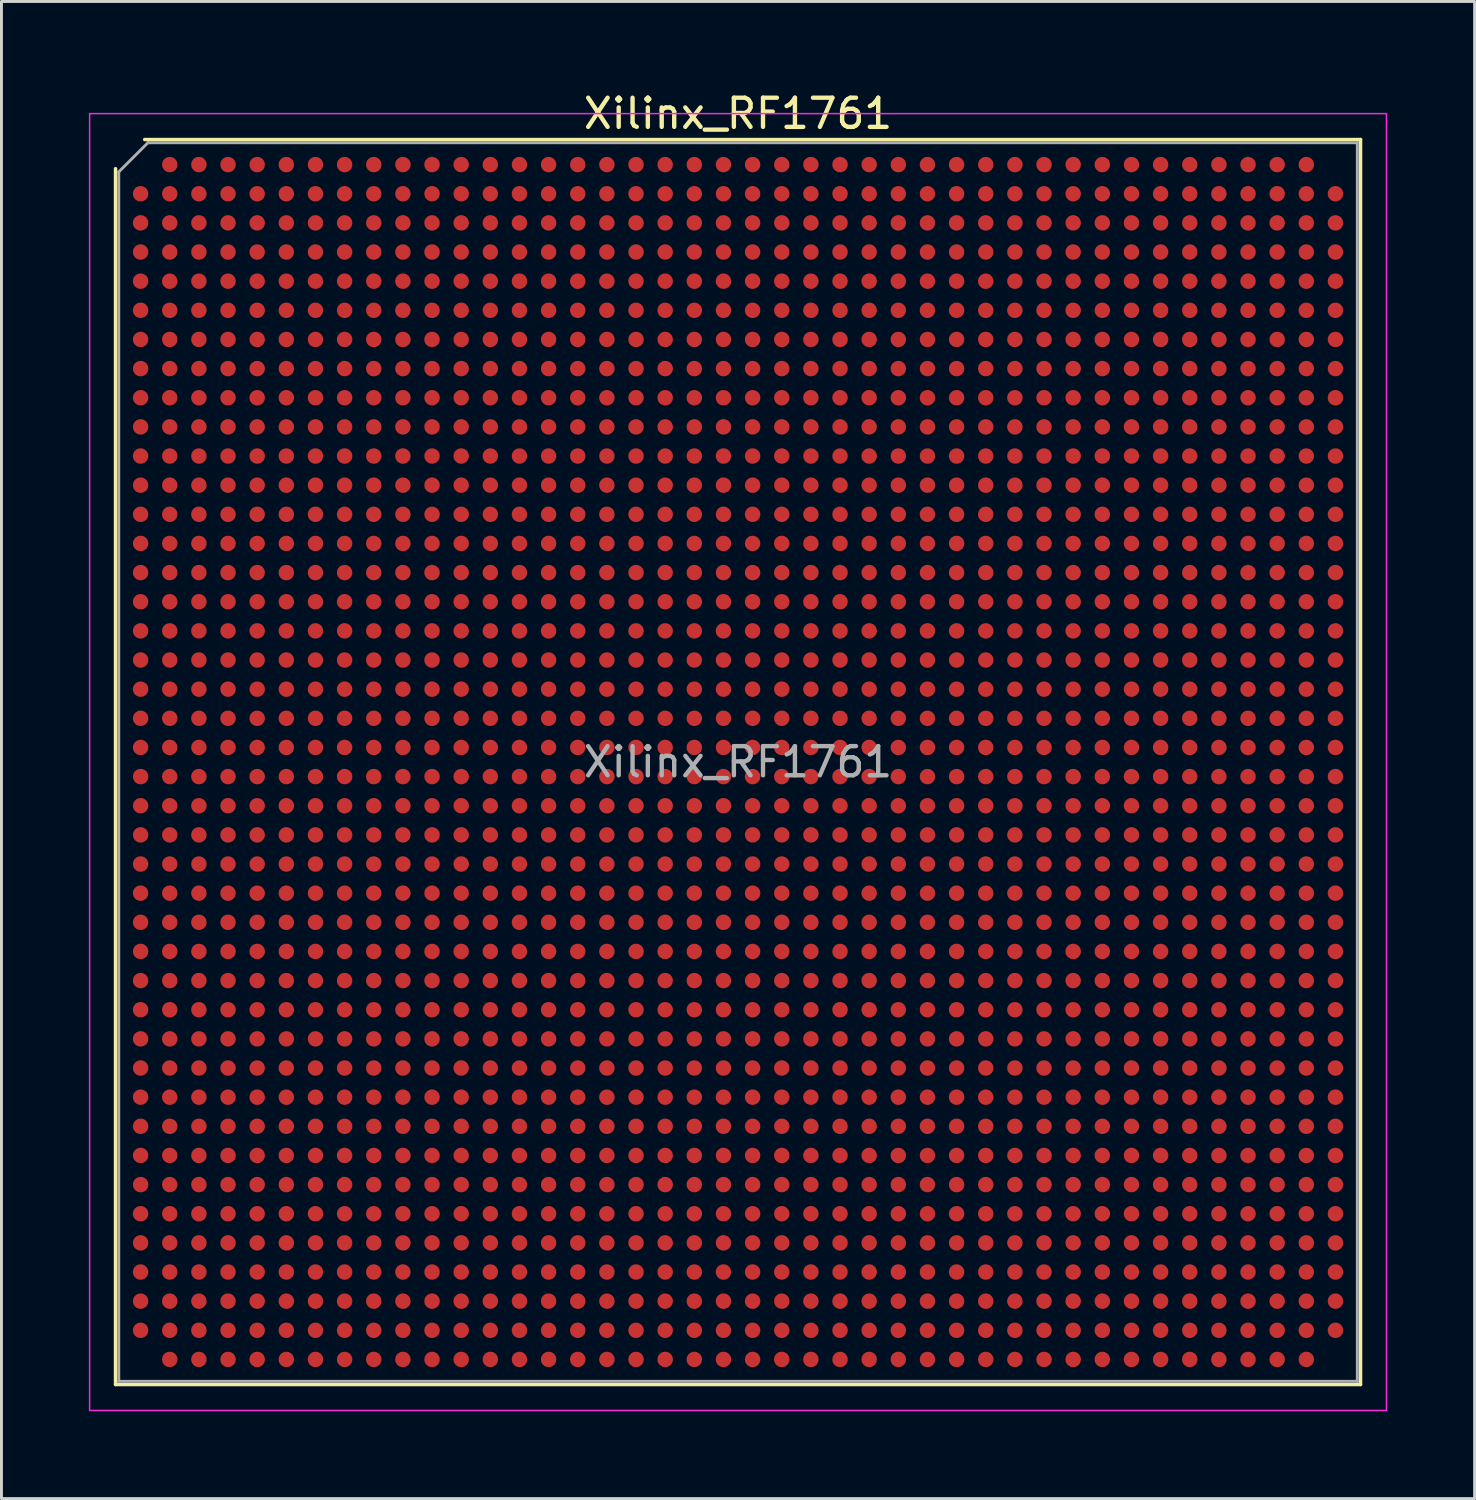
<source format=kicad_pcb>
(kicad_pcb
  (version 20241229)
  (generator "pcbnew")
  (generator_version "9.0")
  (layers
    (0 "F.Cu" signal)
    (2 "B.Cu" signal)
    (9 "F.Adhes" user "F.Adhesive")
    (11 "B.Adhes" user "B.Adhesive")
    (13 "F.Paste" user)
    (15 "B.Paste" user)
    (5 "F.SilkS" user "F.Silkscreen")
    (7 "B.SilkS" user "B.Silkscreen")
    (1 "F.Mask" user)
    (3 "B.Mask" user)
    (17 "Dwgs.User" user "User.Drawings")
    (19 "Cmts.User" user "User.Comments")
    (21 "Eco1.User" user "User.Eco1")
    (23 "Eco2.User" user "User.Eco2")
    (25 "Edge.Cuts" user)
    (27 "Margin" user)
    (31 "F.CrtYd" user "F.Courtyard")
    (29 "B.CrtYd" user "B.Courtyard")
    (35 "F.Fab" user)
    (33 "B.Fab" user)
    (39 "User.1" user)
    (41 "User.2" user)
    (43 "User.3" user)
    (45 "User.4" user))
  (footprint "Xilinx_RF1761"
    (layer "F.Cu")
    (at 22.275 23.098)
    (property "Reference" "Xilinx_RF1761" (at 0 -22.25 0) (layer "F.SilkS") (effects (font (size 1 1) (thickness 0.15))))
    (attr smd)
    (fp_line (start -21.36 21.36) (end -21.36 -20.36) (stroke (width 0.12) (type solid)) (layer "F.SilkS"))
    (fp_line (start -20.36 -21.36) (end 21.36 -21.36) (stroke (width 0.12) (type solid)) (layer "F.SilkS"))
    (fp_line (start 21.36 -21.36) (end 21.36 21.36) (stroke (width 0.12) (type solid)) (layer "F.SilkS"))
    (fp_line (start 21.36 21.36) (end -21.36 21.36) (stroke (width 0.12) (type solid)) (layer "F.SilkS"))
    (fp_line (start -22.25 -22.25) (end -22.25 22.25) (stroke (width 0.05) (type solid)) (layer "F.CrtYd"))
    (fp_line (start -22.25 22.25) (end 22.25 22.25) (stroke (width 0.05) (type solid)) (layer "F.CrtYd"))
    (fp_line (start 22.25 -22.25) (end -22.25 -22.25) (stroke (width 0.05) (type solid)) (layer "F.CrtYd"))
    (fp_line (start 22.25 22.25) (end 22.25 -22.25) (stroke (width 0.05) (type solid)) (layer "F.CrtYd"))
    (fp_line (start -21.25 -20.25) (end -20.25 -21.25) (stroke (width 0.1) (type solid)) (layer "F.Fab"))
    (fp_line (start -21.25 21.25) (end -21.25 -20.25) (stroke (width 0.1) (type solid)) (layer "F.Fab"))
    (fp_line (start -20.25 -21.25) (end 21.25 -21.25) (stroke (width 0.1) (type solid)) (layer "F.Fab"))
    (fp_line (start 21.25 -21.25) (end 21.25 21.25) (stroke (width 0.1) (type solid)) (layer "F.Fab"))
    (fp_line (start 21.25 21.25) (end -21.25 21.25) (stroke (width 0.1) (type solid)) (layer "F.Fab"))
    (fp_text user "${REFERENCE}" (at 0 0 0) (layer "F.Fab") (effects (font (size 1 1) (thickness 0.15))))
    (pad "A2" smd circle (at -19.5 -20.5) (size 0.53 0.53) (layers "F.Cu" "F.Mask" "F.Paste"))
    (pad "A3" smd circle (at -18.5 -20.5) (size 0.53 0.53) (layers "F.Cu" "F.Mask" "F.Paste"))
    (pad "A4" smd circle (at -17.5 -20.5) (size 0.53 0.53) (layers "F.Cu" "F.Mask" "F.Paste"))
    (pad "A5" smd circle (at -16.5 -20.5) (size 0.53 0.53) (layers "F.Cu" "F.Mask" "F.Paste"))
    (pad "A6" smd circle (at -15.5 -20.5) (size 0.53 0.53) (layers "F.Cu" "F.Mask" "F.Paste"))
    (pad "A7" smd circle (at -14.5 -20.5) (size 0.53 0.53) (layers "F.Cu" "F.Mask" "F.Paste"))
    (pad "A8" smd circle (at -13.5 -20.5) (size 0.53 0.53) (layers "F.Cu" "F.Mask" "F.Paste"))
    (pad "A9" smd circle (at -12.5 -20.5) (size 0.53 0.53) (layers "F.Cu" "F.Mask" "F.Paste"))
    (pad "A10" smd circle (at -11.5 -20.5) (size 0.53 0.53) (layers "F.Cu" "F.Mask" "F.Paste"))
    (pad "A11" smd circle (at -10.5 -20.5) (size 0.53 0.53) (layers "F.Cu" "F.Mask" "F.Paste"))
    (pad "A12" smd circle (at -9.5 -20.5) (size 0.53 0.53) (layers "F.Cu" "F.Mask" "F.Paste"))
    (pad "A13" smd circle (at -8.5 -20.5) (size 0.53 0.53) (layers "F.Cu" "F.Mask" "F.Paste"))
    (pad "A14" smd circle (at -7.5 -20.5) (size 0.53 0.53) (layers "F.Cu" "F.Mask" "F.Paste"))
    (pad "A15" smd circle (at -6.5 -20.5) (size 0.53 0.53) (layers "F.Cu" "F.Mask" "F.Paste"))
    (pad "A16" smd circle (at -5.5 -20.5) (size 0.53 0.53) (layers "F.Cu" "F.Mask" "F.Paste"))
    (pad "A17" smd circle (at -4.5 -20.5) (size 0.53 0.53) (layers "F.Cu" "F.Mask" "F.Paste"))
    (pad "A18" smd circle (at -3.5 -20.5) (size 0.53 0.53) (layers "F.Cu" "F.Mask" "F.Paste"))
    (pad "A19" smd circle (at -2.5 -20.5) (size 0.53 0.53) (layers "F.Cu" "F.Mask" "F.Paste"))
    (pad "A20" smd circle (at -1.5 -20.5) (size 0.53 0.53) (layers "F.Cu" "F.Mask" "F.Paste"))
    (pad "A21" smd circle (at -0.5 -20.5) (size 0.53 0.53) (layers "F.Cu" "F.Mask" "F.Paste"))
    (pad "A22" smd circle (at 0.5 -20.5) (size 0.53 0.53) (layers "F.Cu" "F.Mask" "F.Paste"))
    (pad "A23" smd circle (at 1.5 -20.5) (size 0.53 0.53) (layers "F.Cu" "F.Mask" "F.Paste"))
    (pad "A24" smd circle (at 2.5 -20.5) (size 0.53 0.53) (layers "F.Cu" "F.Mask" "F.Paste"))
    (pad "A25" smd circle (at 3.5 -20.5) (size 0.53 0.53) (layers "F.Cu" "F.Mask" "F.Paste"))
    (pad "A26" smd circle (at 4.5 -20.5) (size 0.53 0.53) (layers "F.Cu" "F.Mask" "F.Paste"))
    (pad "A27" smd circle (at 5.5 -20.5) (size 0.53 0.53) (layers "F.Cu" "F.Mask" "F.Paste"))
    (pad "A28" smd circle (at 6.5 -20.5) (size 0.53 0.53) (layers "F.Cu" "F.Mask" "F.Paste"))
    (pad "A29" smd circle (at 7.5 -20.5) (size 0.53 0.53) (layers "F.Cu" "F.Mask" "F.Paste"))
    (pad "A30" smd circle (at 8.5 -20.5) (size 0.53 0.53) (layers "F.Cu" "F.Mask" "F.Paste"))
    (pad "A31" smd circle (at 9.5 -20.5) (size 0.53 0.53) (layers "F.Cu" "F.Mask" "F.Paste"))
    (pad "A32" smd circle (at 10.5 -20.5) (size 0.53 0.53) (layers "F.Cu" "F.Mask" "F.Paste"))
    (pad "A33" smd circle (at 11.5 -20.5) (size 0.53 0.53) (layers "F.Cu" "F.Mask" "F.Paste"))
    (pad "A34" smd circle (at 12.5 -20.5) (size 0.53 0.53) (layers "F.Cu" "F.Mask" "F.Paste"))
    (pad "A35" smd circle (at 13.5 -20.5) (size 0.53 0.53) (layers "F.Cu" "F.Mask" "F.Paste"))
    (pad "A36" smd circle (at 14.5 -20.5) (size 0.53 0.53) (layers "F.Cu" "F.Mask" "F.Paste"))
    (pad "A37" smd circle (at 15.5 -20.5) (size 0.53 0.53) (layers "F.Cu" "F.Mask" "F.Paste"))
    (pad "A38" smd circle (at 16.5 -20.5) (size 0.53 0.53) (layers "F.Cu" "F.Mask" "F.Paste"))
    (pad "A39" smd circle (at 17.5 -20.5) (size 0.53 0.53) (layers "F.Cu" "F.Mask" "F.Paste"))
    (pad "A40" smd circle (at 18.5 -20.5) (size 0.53 0.53) (layers "F.Cu" "F.Mask" "F.Paste"))
    (pad "A41" smd circle (at 19.5 -20.5) (size 0.53 0.53) (layers "F.Cu" "F.Mask" "F.Paste"))
    (pad "AA1" smd circle (at -20.5 -0.5) (size 0.53 0.53) (layers "F.Cu" "F.Mask" "F.Paste"))
    (pad "AA2" smd circle (at -19.5 -0.5) (size 0.53 0.53) (layers "F.Cu" "F.Mask" "F.Paste"))
    (pad "AA3" smd circle (at -18.5 -0.5) (size 0.53 0.53) (layers "F.Cu" "F.Mask" "F.Paste"))
    (pad "AA4" smd circle (at -17.5 -0.5) (size 0.53 0.53) (layers "F.Cu" "F.Mask" "F.Paste"))
    (pad "AA5" smd circle (at -16.5 -0.5) (size 0.53 0.53) (layers "F.Cu" "F.Mask" "F.Paste"))
    (pad "AA6" smd circle (at -15.5 -0.5) (size 0.53 0.53) (layers "F.Cu" "F.Mask" "F.Paste"))
    (pad "AA7" smd circle (at -14.5 -0.5) (size 0.53 0.53) (layers "F.Cu" "F.Mask" "F.Paste"))
    (pad "AA8" smd circle (at -13.5 -0.5) (size 0.53 0.53) (layers "F.Cu" "F.Mask" "F.Paste"))
    (pad "AA9" smd circle (at -12.5 -0.5) (size 0.53 0.53) (layers "F.Cu" "F.Mask" "F.Paste"))
    (pad "AA10" smd circle (at -11.5 -0.5) (size 0.53 0.53) (layers "F.Cu" "F.Mask" "F.Paste"))
    (pad "AA11" smd circle (at -10.5 -0.5) (size 0.53 0.53) (layers "F.Cu" "F.Mask" "F.Paste"))
    (pad "AA12" smd circle (at -9.5 -0.5) (size 0.53 0.53) (layers "F.Cu" "F.Mask" "F.Paste"))
    (pad "AA13" smd circle (at -8.5 -0.5) (size 0.53 0.53) (layers "F.Cu" "F.Mask" "F.Paste"))
    (pad "AA14" smd circle (at -7.5 -0.5) (size 0.53 0.53) (layers "F.Cu" "F.Mask" "F.Paste"))
    (pad "AA15" smd circle (at -6.5 -0.5) (size 0.53 0.53) (layers "F.Cu" "F.Mask" "F.Paste"))
    (pad "AA16" smd circle (at -5.5 -0.5) (size 0.53 0.53) (layers "F.Cu" "F.Mask" "F.Paste"))
    (pad "AA17" smd circle (at -4.5 -0.5) (size 0.53 0.53) (layers "F.Cu" "F.Mask" "F.Paste"))
    (pad "AA18" smd circle (at -3.5 -0.5) (size 0.53 0.53) (layers "F.Cu" "F.Mask" "F.Paste"))
    (pad "AA19" smd circle (at -2.5 -0.5) (size 0.53 0.53) (layers "F.Cu" "F.Mask" "F.Paste"))
    (pad "AA20" smd circle (at -1.5 -0.5) (size 0.53 0.53) (layers "F.Cu" "F.Mask" "F.Paste"))
    (pad "AA21" smd circle (at -0.5 -0.5) (size 0.53 0.53) (layers "F.Cu" "F.Mask" "F.Paste"))
    (pad "AA22" smd circle (at 0.5 -0.5) (size 0.53 0.53) (layers "F.Cu" "F.Mask" "F.Paste"))
    (pad "AA23" smd circle (at 1.5 -0.5) (size 0.53 0.53) (layers "F.Cu" "F.Mask" "F.Paste"))
    (pad "AA24" smd circle (at 2.5 -0.5) (size 0.53 0.53) (layers "F.Cu" "F.Mask" "F.Paste"))
    (pad "AA25" smd circle (at 3.5 -0.5) (size 0.53 0.53) (layers "F.Cu" "F.Mask" "F.Paste"))
    (pad "AA26" smd circle (at 4.5 -0.5) (size 0.53 0.53) (layers "F.Cu" "F.Mask" "F.Paste"))
    (pad "AA27" smd circle (at 5.5 -0.5) (size 0.53 0.53) (layers "F.Cu" "F.Mask" "F.Paste"))
    (pad "AA28" smd circle (at 6.5 -0.5) (size 0.53 0.53) (layers "F.Cu" "F.Mask" "F.Paste"))
    (pad "AA29" smd circle (at 7.5 -0.5) (size 0.53 0.53) (layers "F.Cu" "F.Mask" "F.Paste"))
    (pad "AA30" smd circle (at 8.5 -0.5) (size 0.53 0.53) (layers "F.Cu" "F.Mask" "F.Paste"))
    (pad "AA31" smd circle (at 9.5 -0.5) (size 0.53 0.53) (layers "F.Cu" "F.Mask" "F.Paste"))
    (pad "AA32" smd circle (at 10.5 -0.5) (size 0.53 0.53) (layers "F.Cu" "F.Mask" "F.Paste"))
    (pad "AA33" smd circle (at 11.5 -0.5) (size 0.53 0.53) (layers "F.Cu" "F.Mask" "F.Paste"))
    (pad "AA34" smd circle (at 12.5 -0.5) (size 0.53 0.53) (layers "F.Cu" "F.Mask" "F.Paste"))
    (pad "AA35" smd circle (at 13.5 -0.5) (size 0.53 0.53) (layers "F.Cu" "F.Mask" "F.Paste"))
    (pad "AA36" smd circle (at 14.5 -0.5) (size 0.53 0.53) (layers "F.Cu" "F.Mask" "F.Paste"))
    (pad "AA37" smd circle (at 15.5 -0.5) (size 0.53 0.53) (layers "F.Cu" "F.Mask" "F.Paste"))
    (pad "AA38" smd circle (at 16.5 -0.5) (size 0.53 0.53) (layers "F.Cu" "F.Mask" "F.Paste"))
    (pad "AA39" smd circle (at 17.5 -0.5) (size 0.53 0.53) (layers "F.Cu" "F.Mask" "F.Paste"))
    (pad "AA40" smd circle (at 18.5 -0.5) (size 0.53 0.53) (layers "F.Cu" "F.Mask" "F.Paste"))
    (pad "AA41" smd circle (at 19.5 -0.5) (size 0.53 0.53) (layers "F.Cu" "F.Mask" "F.Paste"))
    (pad "AA42" smd circle (at 20.5 -0.5) (size 0.53 0.53) (layers "F.Cu" "F.Mask" "F.Paste"))
    (pad "AB1" smd circle (at -20.5 0.5) (size 0.53 0.53) (layers "F.Cu" "F.Mask" "F.Paste"))
    (pad "AB2" smd circle (at -19.5 0.5) (size 0.53 0.53) (layers "F.Cu" "F.Mask" "F.Paste"))
    (pad "AB3" smd circle (at -18.5 0.5) (size 0.53 0.53) (layers "F.Cu" "F.Mask" "F.Paste"))
    (pad "AB4" smd circle (at -17.5 0.5) (size 0.53 0.53) (layers "F.Cu" "F.Mask" "F.Paste"))
    (pad "AB5" smd circle (at -16.5 0.5) (size 0.53 0.53) (layers "F.Cu" "F.Mask" "F.Paste"))
    (pad "AB6" smd circle (at -15.5 0.5) (size 0.53 0.53) (layers "F.Cu" "F.Mask" "F.Paste"))
    (pad "AB7" smd circle (at -14.5 0.5) (size 0.53 0.53) (layers "F.Cu" "F.Mask" "F.Paste"))
    (pad "AB8" smd circle (at -13.5 0.5) (size 0.53 0.53) (layers "F.Cu" "F.Mask" "F.Paste"))
    (pad "AB9" smd circle (at -12.5 0.5) (size 0.53 0.53) (layers "F.Cu" "F.Mask" "F.Paste"))
    (pad "AB10" smd circle (at -11.5 0.5) (size 0.53 0.53) (layers "F.Cu" "F.Mask" "F.Paste"))
    (pad "AB11" smd circle (at -10.5 0.5) (size 0.53 0.53) (layers "F.Cu" "F.Mask" "F.Paste"))
    (pad "AB12" smd circle (at -9.5 0.5) (size 0.53 0.53) (layers "F.Cu" "F.Mask" "F.Paste"))
    (pad "AB13" smd circle (at -8.5 0.5) (size 0.53 0.53) (layers "F.Cu" "F.Mask" "F.Paste"))
    (pad "AB14" smd circle (at -7.5 0.5) (size 0.53 0.53) (layers "F.Cu" "F.Mask" "F.Paste"))
    (pad "AB15" smd circle (at -6.5 0.5) (size 0.53 0.53) (layers "F.Cu" "F.Mask" "F.Paste"))
    (pad "AB16" smd circle (at -5.5 0.5) (size 0.53 0.53) (layers "F.Cu" "F.Mask" "F.Paste"))
    (pad "AB17" smd circle (at -4.5 0.5) (size 0.53 0.53) (layers "F.Cu" "F.Mask" "F.Paste"))
    (pad "AB18" smd circle (at -3.5 0.5) (size 0.53 0.53) (layers "F.Cu" "F.Mask" "F.Paste"))
    (pad "AB19" smd circle (at -2.5 0.5) (size 0.53 0.53) (layers "F.Cu" "F.Mask" "F.Paste"))
    (pad "AB20" smd circle (at -1.5 0.5) (size 0.53 0.53) (layers "F.Cu" "F.Mask" "F.Paste"))
    (pad "AB21" smd circle (at -0.5 0.5) (size 0.53 0.53) (layers "F.Cu" "F.Mask" "F.Paste"))
    (pad "AB22" smd circle (at 0.5 0.5) (size 0.53 0.53) (layers "F.Cu" "F.Mask" "F.Paste"))
    (pad "AB23" smd circle (at 1.5 0.5) (size 0.53 0.53) (layers "F.Cu" "F.Mask" "F.Paste"))
    (pad "AB24" smd circle (at 2.5 0.5) (size 0.53 0.53) (layers "F.Cu" "F.Mask" "F.Paste"))
    (pad "AB25" smd circle (at 3.5 0.5) (size 0.53 0.53) (layers "F.Cu" "F.Mask" "F.Paste"))
    (pad "AB26" smd circle (at 4.5 0.5) (size 0.53 0.53) (layers "F.Cu" "F.Mask" "F.Paste"))
    (pad "AB27" smd circle (at 5.5 0.5) (size 0.53 0.53) (layers "F.Cu" "F.Mask" "F.Paste"))
    (pad "AB28" smd circle (at 6.5 0.5) (size 0.53 0.53) (layers "F.Cu" "F.Mask" "F.Paste"))
    (pad "AB29" smd circle (at 7.5 0.5) (size 0.53 0.53) (layers "F.Cu" "F.Mask" "F.Paste"))
    (pad "AB30" smd circle (at 8.5 0.5) (size 0.53 0.53) (layers "F.Cu" "F.Mask" "F.Paste"))
    (pad "AB31" smd circle (at 9.5 0.5) (size 0.53 0.53) (layers "F.Cu" "F.Mask" "F.Paste"))
    (pad "AB32" smd circle (at 10.5 0.5) (size 0.53 0.53) (layers "F.Cu" "F.Mask" "F.Paste"))
    (pad "AB33" smd circle (at 11.5 0.5) (size 0.53 0.53) (layers "F.Cu" "F.Mask" "F.Paste"))
    (pad "AB34" smd circle (at 12.5 0.5) (size 0.53 0.53) (layers "F.Cu" "F.Mask" "F.Paste"))
    (pad "AB35" smd circle (at 13.5 0.5) (size 0.53 0.53) (layers "F.Cu" "F.Mask" "F.Paste"))
    (pad "AB36" smd circle (at 14.5 0.5) (size 0.53 0.53) (layers "F.Cu" "F.Mask" "F.Paste"))
    (pad "AB37" smd circle (at 15.5 0.5) (size 0.53 0.53) (layers "F.Cu" "F.Mask" "F.Paste"))
    (pad "AB38" smd circle (at 16.5 0.5) (size 0.53 0.53) (layers "F.Cu" "F.Mask" "F.Paste"))
    (pad "AB39" smd circle (at 17.5 0.5) (size 0.53 0.53) (layers "F.Cu" "F.Mask" "F.Paste"))
    (pad "AB40" smd circle (at 18.5 0.5) (size 0.53 0.53) (layers "F.Cu" "F.Mask" "F.Paste"))
    (pad "AB41" smd circle (at 19.5 0.5) (size 0.53 0.53) (layers "F.Cu" "F.Mask" "F.Paste"))
    (pad "AB42" smd circle (at 20.5 0.5) (size 0.53 0.53) (layers "F.Cu" "F.Mask" "F.Paste"))
    (pad "AC1" smd circle (at -20.5 1.5) (size 0.53 0.53) (layers "F.Cu" "F.Mask" "F.Paste"))
    (pad "AC2" smd circle (at -19.5 1.5) (size 0.53 0.53) (layers "F.Cu" "F.Mask" "F.Paste"))
    (pad "AC3" smd circle (at -18.5 1.5) (size 0.53 0.53) (layers "F.Cu" "F.Mask" "F.Paste"))
    (pad "AC4" smd circle (at -17.5 1.5) (size 0.53 0.53) (layers "F.Cu" "F.Mask" "F.Paste"))
    (pad "AC5" smd circle (at -16.5 1.5) (size 0.53 0.53) (layers "F.Cu" "F.Mask" "F.Paste"))
    (pad "AC6" smd circle (at -15.5 1.5) (size 0.53 0.53) (layers "F.Cu" "F.Mask" "F.Paste"))
    (pad "AC7" smd circle (at -14.5 1.5) (size 0.53 0.53) (layers "F.Cu" "F.Mask" "F.Paste"))
    (pad "AC8" smd circle (at -13.5 1.5) (size 0.53 0.53) (layers "F.Cu" "F.Mask" "F.Paste"))
    (pad "AC9" smd circle (at -12.5 1.5) (size 0.53 0.53) (layers "F.Cu" "F.Mask" "F.Paste"))
    (pad "AC10" smd circle (at -11.5 1.5) (size 0.53 0.53) (layers "F.Cu" "F.Mask" "F.Paste"))
    (pad "AC11" smd circle (at -10.5 1.5) (size 0.53 0.53) (layers "F.Cu" "F.Mask" "F.Paste"))
    (pad "AC12" smd circle (at -9.5 1.5) (size 0.53 0.53) (layers "F.Cu" "F.Mask" "F.Paste"))
    (pad "AC13" smd circle (at -8.5 1.5) (size 0.53 0.53) (layers "F.Cu" "F.Mask" "F.Paste"))
    (pad "AC14" smd circle (at -7.5 1.5) (size 0.53 0.53) (layers "F.Cu" "F.Mask" "F.Paste"))
    (pad "AC15" smd circle (at -6.5 1.5) (size 0.53 0.53) (layers "F.Cu" "F.Mask" "F.Paste"))
    (pad "AC16" smd circle (at -5.5 1.5) (size 0.53 0.53) (layers "F.Cu" "F.Mask" "F.Paste"))
    (pad "AC17" smd circle (at -4.5 1.5) (size 0.53 0.53) (layers "F.Cu" "F.Mask" "F.Paste"))
    (pad "AC18" smd circle (at -3.5 1.5) (size 0.53 0.53) (layers "F.Cu" "F.Mask" "F.Paste"))
    (pad "AC19" smd circle (at -2.5 1.5) (size 0.53 0.53) (layers "F.Cu" "F.Mask" "F.Paste"))
    (pad "AC20" smd circle (at -1.5 1.5) (size 0.53 0.53) (layers "F.Cu" "F.Mask" "F.Paste"))
    (pad "AC21" smd circle (at -0.5 1.5) (size 0.53 0.53) (layers "F.Cu" "F.Mask" "F.Paste"))
    (pad "AC22" smd circle (at 0.5 1.5) (size 0.53 0.53) (layers "F.Cu" "F.Mask" "F.Paste"))
    (pad "AC23" smd circle (at 1.5 1.5) (size 0.53 0.53) (layers "F.Cu" "F.Mask" "F.Paste"))
    (pad "AC24" smd circle (at 2.5 1.5) (size 0.53 0.53) (layers "F.Cu" "F.Mask" "F.Paste"))
    (pad "AC25" smd circle (at 3.5 1.5) (size 0.53 0.53) (layers "F.Cu" "F.Mask" "F.Paste"))
    (pad "AC26" smd circle (at 4.5 1.5) (size 0.53 0.53) (layers "F.Cu" "F.Mask" "F.Paste"))
    (pad "AC27" smd circle (at 5.5 1.5) (size 0.53 0.53) (layers "F.Cu" "F.Mask" "F.Paste"))
    (pad "AC28" smd circle (at 6.5 1.5) (size 0.53 0.53) (layers "F.Cu" "F.Mask" "F.Paste"))
    (pad "AC29" smd circle (at 7.5 1.5) (size 0.53 0.53) (layers "F.Cu" "F.Mask" "F.Paste"))
    (pad "AC30" smd circle (at 8.5 1.5) (size 0.53 0.53) (layers "F.Cu" "F.Mask" "F.Paste"))
    (pad "AC31" smd circle (at 9.5 1.5) (size 0.53 0.53) (layers "F.Cu" "F.Mask" "F.Paste"))
    (pad "AC32" smd circle (at 10.5 1.5) (size 0.53 0.53) (layers "F.Cu" "F.Mask" "F.Paste"))
    (pad "AC33" smd circle (at 11.5 1.5) (size 0.53 0.53) (layers "F.Cu" "F.Mask" "F.Paste"))
    (pad "AC34" smd circle (at 12.5 1.5) (size 0.53 0.53) (layers "F.Cu" "F.Mask" "F.Paste"))
    (pad "AC35" smd circle (at 13.5 1.5) (size 0.53 0.53) (layers "F.Cu" "F.Mask" "F.Paste"))
    (pad "AC36" smd circle (at 14.5 1.5) (size 0.53 0.53) (layers "F.Cu" "F.Mask" "F.Paste"))
    (pad "AC37" smd circle (at 15.5 1.5) (size 0.53 0.53) (layers "F.Cu" "F.Mask" "F.Paste"))
    (pad "AC38" smd circle (at 16.5 1.5) (size 0.53 0.53) (layers "F.Cu" "F.Mask" "F.Paste"))
    (pad "AC39" smd circle (at 17.5 1.5) (size 0.53 0.53) (layers "F.Cu" "F.Mask" "F.Paste"))
    (pad "AC40" smd circle (at 18.5 1.5) (size 0.53 0.53) (layers "F.Cu" "F.Mask" "F.Paste"))
    (pad "AC41" smd circle (at 19.5 1.5) (size 0.53 0.53) (layers "F.Cu" "F.Mask" "F.Paste"))
    (pad "AC42" smd circle (at 20.5 1.5) (size 0.53 0.53) (layers "F.Cu" "F.Mask" "F.Paste"))
    (pad "AD1" smd circle (at -20.5 2.5) (size 0.53 0.53) (layers "F.Cu" "F.Mask" "F.Paste"))
    (pad "AD2" smd circle (at -19.5 2.5) (size 0.53 0.53) (layers "F.Cu" "F.Mask" "F.Paste"))
    (pad "AD3" smd circle (at -18.5 2.5) (size 0.53 0.53) (layers "F.Cu" "F.Mask" "F.Paste"))
    (pad "AD4" smd circle (at -17.5 2.5) (size 0.53 0.53) (layers "F.Cu" "F.Mask" "F.Paste"))
    (pad "AD5" smd circle (at -16.5 2.5) (size 0.53 0.53) (layers "F.Cu" "F.Mask" "F.Paste"))
    (pad "AD6" smd circle (at -15.5 2.5) (size 0.53 0.53) (layers "F.Cu" "F.Mask" "F.Paste"))
    (pad "AD7" smd circle (at -14.5 2.5) (size 0.53 0.53) (layers "F.Cu" "F.Mask" "F.Paste"))
    (pad "AD8" smd circle (at -13.5 2.5) (size 0.53 0.53) (layers "F.Cu" "F.Mask" "F.Paste"))
    (pad "AD9" smd circle (at -12.5 2.5) (size 0.53 0.53) (layers "F.Cu" "F.Mask" "F.Paste"))
    (pad "AD10" smd circle (at -11.5 2.5) (size 0.53 0.53) (layers "F.Cu" "F.Mask" "F.Paste"))
    (pad "AD11" smd circle (at -10.5 2.5) (size 0.53 0.53) (layers "F.Cu" "F.Mask" "F.Paste"))
    (pad "AD12" smd circle (at -9.5 2.5) (size 0.53 0.53) (layers "F.Cu" "F.Mask" "F.Paste"))
    (pad "AD13" smd circle (at -8.5 2.5) (size 0.53 0.53) (layers "F.Cu" "F.Mask" "F.Paste"))
    (pad "AD14" smd circle (at -7.5 2.5) (size 0.53 0.53) (layers "F.Cu" "F.Mask" "F.Paste"))
    (pad "AD15" smd circle (at -6.5 2.5) (size 0.53 0.53) (layers "F.Cu" "F.Mask" "F.Paste"))
    (pad "AD16" smd circle (at -5.5 2.5) (size 0.53 0.53) (layers "F.Cu" "F.Mask" "F.Paste"))
    (pad "AD17" smd circle (at -4.5 2.5) (size 0.53 0.53) (layers "F.Cu" "F.Mask" "F.Paste"))
    (pad "AD18" smd circle (at -3.5 2.5) (size 0.53 0.53) (layers "F.Cu" "F.Mask" "F.Paste"))
    (pad "AD19" smd circle (at -2.5 2.5) (size 0.53 0.53) (layers "F.Cu" "F.Mask" "F.Paste"))
    (pad "AD20" smd circle (at -1.5 2.5) (size 0.53 0.53) (layers "F.Cu" "F.Mask" "F.Paste"))
    (pad "AD21" smd circle (at -0.5 2.5) (size 0.53 0.53) (layers "F.Cu" "F.Mask" "F.Paste"))
    (pad "AD22" smd circle (at 0.5 2.5) (size 0.53 0.53) (layers "F.Cu" "F.Mask" "F.Paste"))
    (pad "AD23" smd circle (at 1.5 2.5) (size 0.53 0.53) (layers "F.Cu" "F.Mask" "F.Paste"))
    (pad "AD24" smd circle (at 2.5 2.5) (size 0.53 0.53) (layers "F.Cu" "F.Mask" "F.Paste"))
    (pad "AD25" smd circle (at 3.5 2.5) (size 0.53 0.53) (layers "F.Cu" "F.Mask" "F.Paste"))
    (pad "AD26" smd circle (at 4.5 2.5) (size 0.53 0.53) (layers "F.Cu" "F.Mask" "F.Paste"))
    (pad "AD27" smd circle (at 5.5 2.5) (size 0.53 0.53) (layers "F.Cu" "F.Mask" "F.Paste"))
    (pad "AD28" smd circle (at 6.5 2.5) (size 0.53 0.53) (layers "F.Cu" "F.Mask" "F.Paste"))
    (pad "AD29" smd circle (at 7.5 2.5) (size 0.53 0.53) (layers "F.Cu" "F.Mask" "F.Paste"))
    (pad "AD30" smd circle (at 8.5 2.5) (size 0.53 0.53) (layers "F.Cu" "F.Mask" "F.Paste"))
    (pad "AD31" smd circle (at 9.5 2.5) (size 0.53 0.53) (layers "F.Cu" "F.Mask" "F.Paste"))
    (pad "AD32" smd circle (at 10.5 2.5) (size 0.53 0.53) (layers "F.Cu" "F.Mask" "F.Paste"))
    (pad "AD33" smd circle (at 11.5 2.5) (size 0.53 0.53) (layers "F.Cu" "F.Mask" "F.Paste"))
    (pad "AD34" smd circle (at 12.5 2.5) (size 0.53 0.53) (layers "F.Cu" "F.Mask" "F.Paste"))
    (pad "AD35" smd circle (at 13.5 2.5) (size 0.53 0.53) (layers "F.Cu" "F.Mask" "F.Paste"))
    (pad "AD36" smd circle (at 14.5 2.5) (size 0.53 0.53) (layers "F.Cu" "F.Mask" "F.Paste"))
    (pad "AD37" smd circle (at 15.5 2.5) (size 0.53 0.53) (layers "F.Cu" "F.Mask" "F.Paste"))
    (pad "AD38" smd circle (at 16.5 2.5) (size 0.53 0.53) (layers "F.Cu" "F.Mask" "F.Paste"))
    (pad "AD39" smd circle (at 17.5 2.5) (size 0.53 0.53) (layers "F.Cu" "F.Mask" "F.Paste"))
    (pad "AD40" smd circle (at 18.5 2.5) (size 0.53 0.53) (layers "F.Cu" "F.Mask" "F.Paste"))
    (pad "AD41" smd circle (at 19.5 2.5) (size 0.53 0.53) (layers "F.Cu" "F.Mask" "F.Paste"))
    (pad "AD42" smd circle (at 20.5 2.5) (size 0.53 0.53) (layers "F.Cu" "F.Mask" "F.Paste"))
    (pad "AE1" smd circle (at -20.5 3.5) (size 0.53 0.53) (layers "F.Cu" "F.Mask" "F.Paste"))
    (pad "AE2" smd circle (at -19.5 3.5) (size 0.53 0.53) (layers "F.Cu" "F.Mask" "F.Paste"))
    (pad "AE3" smd circle (at -18.5 3.5) (size 0.53 0.53) (layers "F.Cu" "F.Mask" "F.Paste"))
    (pad "AE4" smd circle (at -17.5 3.5) (size 0.53 0.53) (layers "F.Cu" "F.Mask" "F.Paste"))
    (pad "AE5" smd circle (at -16.5 3.5) (size 0.53 0.53) (layers "F.Cu" "F.Mask" "F.Paste"))
    (pad "AE6" smd circle (at -15.5 3.5) (size 0.53 0.53) (layers "F.Cu" "F.Mask" "F.Paste"))
    (pad "AE7" smd circle (at -14.5 3.5) (size 0.53 0.53) (layers "F.Cu" "F.Mask" "F.Paste"))
    (pad "AE8" smd circle (at -13.5 3.5) (size 0.53 0.53) (layers "F.Cu" "F.Mask" "F.Paste"))
    (pad "AE9" smd circle (at -12.5 3.5) (size 0.53 0.53) (layers "F.Cu" "F.Mask" "F.Paste"))
    (pad "AE10" smd circle (at -11.5 3.5) (size 0.53 0.53) (layers "F.Cu" "F.Mask" "F.Paste"))
    (pad "AE11" smd circle (at -10.5 3.5) (size 0.53 0.53) (layers "F.Cu" "F.Mask" "F.Paste"))
    (pad "AE12" smd circle (at -9.5 3.5) (size 0.53 0.53) (layers "F.Cu" "F.Mask" "F.Paste"))
    (pad "AE13" smd circle (at -8.5 3.5) (size 0.53 0.53) (layers "F.Cu" "F.Mask" "F.Paste"))
    (pad "AE14" smd circle (at -7.5 3.5) (size 0.53 0.53) (layers "F.Cu" "F.Mask" "F.Paste"))
    (pad "AE15" smd circle (at -6.5 3.5) (size 0.53 0.53) (layers "F.Cu" "F.Mask" "F.Paste"))
    (pad "AE16" smd circle (at -5.5 3.5) (size 0.53 0.53) (layers "F.Cu" "F.Mask" "F.Paste"))
    (pad "AE17" smd circle (at -4.5 3.5) (size 0.53 0.53) (layers "F.Cu" "F.Mask" "F.Paste"))
    (pad "AE18" smd circle (at -3.5 3.5) (size 0.53 0.53) (layers "F.Cu" "F.Mask" "F.Paste"))
    (pad "AE19" smd circle (at -2.5 3.5) (size 0.53 0.53) (layers "F.Cu" "F.Mask" "F.Paste"))
    (pad "AE20" smd circle (at -1.5 3.5) (size 0.53 0.53) (layers "F.Cu" "F.Mask" "F.Paste"))
    (pad "AE21" smd circle (at -0.5 3.5) (size 0.53 0.53) (layers "F.Cu" "F.Mask" "F.Paste"))
    (pad "AE22" smd circle (at 0.5 3.5) (size 0.53 0.53) (layers "F.Cu" "F.Mask" "F.Paste"))
    (pad "AE23" smd circle (at 1.5 3.5) (size 0.53 0.53) (layers "F.Cu" "F.Mask" "F.Paste"))
    (pad "AE24" smd circle (at 2.5 3.5) (size 0.53 0.53) (layers "F.Cu" "F.Mask" "F.Paste"))
    (pad "AE25" smd circle (at 3.5 3.5) (size 0.53 0.53) (layers "F.Cu" "F.Mask" "F.Paste"))
    (pad "AE26" smd circle (at 4.5 3.5) (size 0.53 0.53) (layers "F.Cu" "F.Mask" "F.Paste"))
    (pad "AE27" smd circle (at 5.5 3.5) (size 0.53 0.53) (layers "F.Cu" "F.Mask" "F.Paste"))
    (pad "AE28" smd circle (at 6.5 3.5) (size 0.53 0.53) (layers "F.Cu" "F.Mask" "F.Paste"))
    (pad "AE29" smd circle (at 7.5 3.5) (size 0.53 0.53) (layers "F.Cu" "F.Mask" "F.Paste"))
    (pad "AE30" smd circle (at 8.5 3.5) (size 0.53 0.53) (layers "F.Cu" "F.Mask" "F.Paste"))
    (pad "AE31" smd circle (at 9.5 3.5) (size 0.53 0.53) (layers "F.Cu" "F.Mask" "F.Paste"))
    (pad "AE32" smd circle (at 10.5 3.5) (size 0.53 0.53) (layers "F.Cu" "F.Mask" "F.Paste"))
    (pad "AE33" smd circle (at 11.5 3.5) (size 0.53 0.53) (layers "F.Cu" "F.Mask" "F.Paste"))
    (pad "AE34" smd circle (at 12.5 3.5) (size 0.53 0.53) (layers "F.Cu" "F.Mask" "F.Paste"))
    (pad "AE35" smd circle (at 13.5 3.5) (size 0.53 0.53) (layers "F.Cu" "F.Mask" "F.Paste"))
    (pad "AE36" smd circle (at 14.5 3.5) (size 0.53 0.53) (layers "F.Cu" "F.Mask" "F.Paste"))
    (pad "AE37" smd circle (at 15.5 3.5) (size 0.53 0.53) (layers "F.Cu" "F.Mask" "F.Paste"))
    (pad "AE38" smd circle (at 16.5 3.5) (size 0.53 0.53) (layers "F.Cu" "F.Mask" "F.Paste"))
    (pad "AE39" smd circle (at 17.5 3.5) (size 0.53 0.53) (layers "F.Cu" "F.Mask" "F.Paste"))
    (pad "AE40" smd circle (at 18.5 3.5) (size 0.53 0.53) (layers "F.Cu" "F.Mask" "F.Paste"))
    (pad "AE41" smd circle (at 19.5 3.5) (size 0.53 0.53) (layers "F.Cu" "F.Mask" "F.Paste"))
    (pad "AE42" smd circle (at 20.5 3.5) (size 0.53 0.53) (layers "F.Cu" "F.Mask" "F.Paste"))
    (pad "AF1" smd circle (at -20.5 4.5) (size 0.53 0.53) (layers "F.Cu" "F.Mask" "F.Paste"))
    (pad "AF2" smd circle (at -19.5 4.5) (size 0.53 0.53) (layers "F.Cu" "F.Mask" "F.Paste"))
    (pad "AF3" smd circle (at -18.5 4.5) (size 0.53 0.53) (layers "F.Cu" "F.Mask" "F.Paste"))
    (pad "AF4" smd circle (at -17.5 4.5) (size 0.53 0.53) (layers "F.Cu" "F.Mask" "F.Paste"))
    (pad "AF5" smd circle (at -16.5 4.5) (size 0.53 0.53) (layers "F.Cu" "F.Mask" "F.Paste"))
    (pad "AF6" smd circle (at -15.5 4.5) (size 0.53 0.53) (layers "F.Cu" "F.Mask" "F.Paste"))
    (pad "AF7" smd circle (at -14.5 4.5) (size 0.53 0.53) (layers "F.Cu" "F.Mask" "F.Paste"))
    (pad "AF8" smd circle (at -13.5 4.5) (size 0.53 0.53) (layers "F.Cu" "F.Mask" "F.Paste"))
    (pad "AF9" smd circle (at -12.5 4.5) (size 0.53 0.53) (layers "F.Cu" "F.Mask" "F.Paste"))
    (pad "AF10" smd circle (at -11.5 4.5) (size 0.53 0.53) (layers "F.Cu" "F.Mask" "F.Paste"))
    (pad "AF11" smd circle (at -10.5 4.5) (size 0.53 0.53) (layers "F.Cu" "F.Mask" "F.Paste"))
    (pad "AF12" smd circle (at -9.5 4.5) (size 0.53 0.53) (layers "F.Cu" "F.Mask" "F.Paste"))
    (pad "AF13" smd circle (at -8.5 4.5) (size 0.53 0.53) (layers "F.Cu" "F.Mask" "F.Paste"))
    (pad "AF14" smd circle (at -7.5 4.5) (size 0.53 0.53) (layers "F.Cu" "F.Mask" "F.Paste"))
    (pad "AF15" smd circle (at -6.5 4.5) (size 0.53 0.53) (layers "F.Cu" "F.Mask" "F.Paste"))
    (pad "AF16" smd circle (at -5.5 4.5) (size 0.53 0.53) (layers "F.Cu" "F.Mask" "F.Paste"))
    (pad "AF17" smd circle (at -4.5 4.5) (size 0.53 0.53) (layers "F.Cu" "F.Mask" "F.Paste"))
    (pad "AF18" smd circle (at -3.5 4.5) (size 0.53 0.53) (layers "F.Cu" "F.Mask" "F.Paste"))
    (pad "AF19" smd circle (at -2.5 4.5) (size 0.53 0.53) (layers "F.Cu" "F.Mask" "F.Paste"))
    (pad "AF20" smd circle (at -1.5 4.5) (size 0.53 0.53) (layers "F.Cu" "F.Mask" "F.Paste"))
    (pad "AF21" smd circle (at -0.5 4.5) (size 0.53 0.53) (layers "F.Cu" "F.Mask" "F.Paste"))
    (pad "AF22" smd circle (at 0.5 4.5) (size 0.53 0.53) (layers "F.Cu" "F.Mask" "F.Paste"))
    (pad "AF23" smd circle (at 1.5 4.5) (size 0.53 0.53) (layers "F.Cu" "F.Mask" "F.Paste"))
    (pad "AF24" smd circle (at 2.5 4.5) (size 0.53 0.53) (layers "F.Cu" "F.Mask" "F.Paste"))
    (pad "AF25" smd circle (at 3.5 4.5) (size 0.53 0.53) (layers "F.Cu" "F.Mask" "F.Paste"))
    (pad "AF26" smd circle (at 4.5 4.5) (size 0.53 0.53) (layers "F.Cu" "F.Mask" "F.Paste"))
    (pad "AF27" smd circle (at 5.5 4.5) (size 0.53 0.53) (layers "F.Cu" "F.Mask" "F.Paste"))
    (pad "AF28" smd circle (at 6.5 4.5) (size 0.53 0.53) (layers "F.Cu" "F.Mask" "F.Paste"))
    (pad "AF29" smd circle (at 7.5 4.5) (size 0.53 0.53) (layers "F.Cu" "F.Mask" "F.Paste"))
    (pad "AF30" smd circle (at 8.5 4.5) (size 0.53 0.53) (layers "F.Cu" "F.Mask" "F.Paste"))
    (pad "AF31" smd circle (at 9.5 4.5) (size 0.53 0.53) (layers "F.Cu" "F.Mask" "F.Paste"))
    (pad "AF32" smd circle (at 10.5 4.5) (size 0.53 0.53) (layers "F.Cu" "F.Mask" "F.Paste"))
    (pad "AF33" smd circle (at 11.5 4.5) (size 0.53 0.53) (layers "F.Cu" "F.Mask" "F.Paste"))
    (pad "AF34" smd circle (at 12.5 4.5) (size 0.53 0.53) (layers "F.Cu" "F.Mask" "F.Paste"))
    (pad "AF35" smd circle (at 13.5 4.5) (size 0.53 0.53) (layers "F.Cu" "F.Mask" "F.Paste"))
    (pad "AF36" smd circle (at 14.5 4.5) (size 0.53 0.53) (layers "F.Cu" "F.Mask" "F.Paste"))
    (pad "AF37" smd circle (at 15.5 4.5) (size 0.53 0.53) (layers "F.Cu" "F.Mask" "F.Paste"))
    (pad "AF38" smd circle (at 16.5 4.5) (size 0.53 0.53) (layers "F.Cu" "F.Mask" "F.Paste"))
    (pad "AF39" smd circle (at 17.5 4.5) (size 0.53 0.53) (layers "F.Cu" "F.Mask" "F.Paste"))
    (pad "AF40" smd circle (at 18.5 4.5) (size 0.53 0.53) (layers "F.Cu" "F.Mask" "F.Paste"))
    (pad "AF41" smd circle (at 19.5 4.5) (size 0.53 0.53) (layers "F.Cu" "F.Mask" "F.Paste"))
    (pad "AF42" smd circle (at 20.5 4.5) (size 0.53 0.53) (layers "F.Cu" "F.Mask" "F.Paste"))
    (pad "AG1" smd circle (at -20.5 5.5) (size 0.53 0.53) (layers "F.Cu" "F.Mask" "F.Paste"))
    (pad "AG2" smd circle (at -19.5 5.5) (size 0.53 0.53) (layers "F.Cu" "F.Mask" "F.Paste"))
    (pad "AG3" smd circle (at -18.5 5.5) (size 0.53 0.53) (layers "F.Cu" "F.Mask" "F.Paste"))
    (pad "AG4" smd circle (at -17.5 5.5) (size 0.53 0.53) (layers "F.Cu" "F.Mask" "F.Paste"))
    (pad "AG5" smd circle (at -16.5 5.5) (size 0.53 0.53) (layers "F.Cu" "F.Mask" "F.Paste"))
    (pad "AG6" smd circle (at -15.5 5.5) (size 0.53 0.53) (layers "F.Cu" "F.Mask" "F.Paste"))
    (pad "AG7" smd circle (at -14.5 5.5) (size 0.53 0.53) (layers "F.Cu" "F.Mask" "F.Paste"))
    (pad "AG8" smd circle (at -13.5 5.5) (size 0.53 0.53) (layers "F.Cu" "F.Mask" "F.Paste"))
    (pad "AG9" smd circle (at -12.5 5.5) (size 0.53 0.53) (layers "F.Cu" "F.Mask" "F.Paste"))
    (pad "AG10" smd circle (at -11.5 5.5) (size 0.53 0.53) (layers "F.Cu" "F.Mask" "F.Paste"))
    (pad "AG11" smd circle (at -10.5 5.5) (size 0.53 0.53) (layers "F.Cu" "F.Mask" "F.Paste"))
    (pad "AG12" smd circle (at -9.5 5.5) (size 0.53 0.53) (layers "F.Cu" "F.Mask" "F.Paste"))
    (pad "AG13" smd circle (at -8.5 5.5) (size 0.53 0.53) (layers "F.Cu" "F.Mask" "F.Paste"))
    (pad "AG14" smd circle (at -7.5 5.5) (size 0.53 0.53) (layers "F.Cu" "F.Mask" "F.Paste"))
    (pad "AG15" smd circle (at -6.5 5.5) (size 0.53 0.53) (layers "F.Cu" "F.Mask" "F.Paste"))
    (pad "AG16" smd circle (at -5.5 5.5) (size 0.53 0.53) (layers "F.Cu" "F.Mask" "F.Paste"))
    (pad "AG17" smd circle (at -4.5 5.5) (size 0.53 0.53) (layers "F.Cu" "F.Mask" "F.Paste"))
    (pad "AG18" smd circle (at -3.5 5.5) (size 0.53 0.53) (layers "F.Cu" "F.Mask" "F.Paste"))
    (pad "AG19" smd circle (at -2.5 5.5) (size 0.53 0.53) (layers "F.Cu" "F.Mask" "F.Paste"))
    (pad "AG20" smd circle (at -1.5 5.5) (size 0.53 0.53) (layers "F.Cu" "F.Mask" "F.Paste"))
    (pad "AG21" smd circle (at -0.5 5.5) (size 0.53 0.53) (layers "F.Cu" "F.Mask" "F.Paste"))
    (pad "AG22" smd circle (at 0.5 5.5) (size 0.53 0.53) (layers "F.Cu" "F.Mask" "F.Paste"))
    (pad "AG23" smd circle (at 1.5 5.5) (size 0.53 0.53) (layers "F.Cu" "F.Mask" "F.Paste"))
    (pad "AG24" smd circle (at 2.5 5.5) (size 0.53 0.53) (layers "F.Cu" "F.Mask" "F.Paste"))
    (pad "AG25" smd circle (at 3.5 5.5) (size 0.53 0.53) (layers "F.Cu" "F.Mask" "F.Paste"))
    (pad "AG26" smd circle (at 4.5 5.5) (size 0.53 0.53) (layers "F.Cu" "F.Mask" "F.Paste"))
    (pad "AG27" smd circle (at 5.5 5.5) (size 0.53 0.53) (layers "F.Cu" "F.Mask" "F.Paste"))
    (pad "AG28" smd circle (at 6.5 5.5) (size 0.53 0.53) (layers "F.Cu" "F.Mask" "F.Paste"))
    (pad "AG29" smd circle (at 7.5 5.5) (size 0.53 0.53) (layers "F.Cu" "F.Mask" "F.Paste"))
    (pad "AG30" smd circle (at 8.5 5.5) (size 0.53 0.53) (layers "F.Cu" "F.Mask" "F.Paste"))
    (pad "AG31" smd circle (at 9.5 5.5) (size 0.53 0.53) (layers "F.Cu" "F.Mask" "F.Paste"))
    (pad "AG32" smd circle (at 10.5 5.5) (size 0.53 0.53) (layers "F.Cu" "F.Mask" "F.Paste"))
    (pad "AG33" smd circle (at 11.5 5.5) (size 0.53 0.53) (layers "F.Cu" "F.Mask" "F.Paste"))
    (pad "AG34" smd circle (at 12.5 5.5) (size 0.53 0.53) (layers "F.Cu" "F.Mask" "F.Paste"))
    (pad "AG35" smd circle (at 13.5 5.5) (size 0.53 0.53) (layers "F.Cu" "F.Mask" "F.Paste"))
    (pad "AG36" smd circle (at 14.5 5.5) (size 0.53 0.53) (layers "F.Cu" "F.Mask" "F.Paste"))
    (pad "AG37" smd circle (at 15.5 5.5) (size 0.53 0.53) (layers "F.Cu" "F.Mask" "F.Paste"))
    (pad "AG38" smd circle (at 16.5 5.5) (size 0.53 0.53) (layers "F.Cu" "F.Mask" "F.Paste"))
    (pad "AG39" smd circle (at 17.5 5.5) (size 0.53 0.53) (layers "F.Cu" "F.Mask" "F.Paste"))
    (pad "AG40" smd circle (at 18.5 5.5) (size 0.53 0.53) (layers "F.Cu" "F.Mask" "F.Paste"))
    (pad "AG41" smd circle (at 19.5 5.5) (size 0.53 0.53) (layers "F.Cu" "F.Mask" "F.Paste"))
    (pad "AG42" smd circle (at 20.5 5.5) (size 0.53 0.53) (layers "F.Cu" "F.Mask" "F.Paste"))
    (pad "AH1" smd circle (at -20.5 6.5) (size 0.53 0.53) (layers "F.Cu" "F.Mask" "F.Paste"))
    (pad "AH2" smd circle (at -19.5 6.5) (size 0.53 0.53) (layers "F.Cu" "F.Mask" "F.Paste"))
    (pad "AH3" smd circle (at -18.5 6.5) (size 0.53 0.53) (layers "F.Cu" "F.Mask" "F.Paste"))
    (pad "AH4" smd circle (at -17.5 6.5) (size 0.53 0.53) (layers "F.Cu" "F.Mask" "F.Paste"))
    (pad "AH5" smd circle (at -16.5 6.5) (size 0.53 0.53) (layers "F.Cu" "F.Mask" "F.Paste"))
    (pad "AH6" smd circle (at -15.5 6.5) (size 0.53 0.53) (layers "F.Cu" "F.Mask" "F.Paste"))
    (pad "AH7" smd circle (at -14.5 6.5) (size 0.53 0.53) (layers "F.Cu" "F.Mask" "F.Paste"))
    (pad "AH8" smd circle (at -13.5 6.5) (size 0.53 0.53) (layers "F.Cu" "F.Mask" "F.Paste"))
    (pad "AH9" smd circle (at -12.5 6.5) (size 0.53 0.53) (layers "F.Cu" "F.Mask" "F.Paste"))
    (pad "AH10" smd circle (at -11.5 6.5) (size 0.53 0.53) (layers "F.Cu" "F.Mask" "F.Paste"))
    (pad "AH11" smd circle (at -10.5 6.5) (size 0.53 0.53) (layers "F.Cu" "F.Mask" "F.Paste"))
    (pad "AH12" smd circle (at -9.5 6.5) (size 0.53 0.53) (layers "F.Cu" "F.Mask" "F.Paste"))
    (pad "AH13" smd circle (at -8.5 6.5) (size 0.53 0.53) (layers "F.Cu" "F.Mask" "F.Paste"))
    (pad "AH14" smd circle (at -7.5 6.5) (size 0.53 0.53) (layers "F.Cu" "F.Mask" "F.Paste"))
    (pad "AH15" smd circle (at -6.5 6.5) (size 0.53 0.53) (layers "F.Cu" "F.Mask" "F.Paste"))
    (pad "AH16" smd circle (at -5.5 6.5) (size 0.53 0.53) (layers "F.Cu" "F.Mask" "F.Paste"))
    (pad "AH17" smd circle (at -4.5 6.5) (size 0.53 0.53) (layers "F.Cu" "F.Mask" "F.Paste"))
    (pad "AH18" smd circle (at -3.5 6.5) (size 0.53 0.53) (layers "F.Cu" "F.Mask" "F.Paste"))
    (pad "AH19" smd circle (at -2.5 6.5) (size 0.53 0.53) (layers "F.Cu" "F.Mask" "F.Paste"))
    (pad "AH20" smd circle (at -1.5 6.5) (size 0.53 0.53) (layers "F.Cu" "F.Mask" "F.Paste"))
    (pad "AH21" smd circle (at -0.5 6.5) (size 0.53 0.53) (layers "F.Cu" "F.Mask" "F.Paste"))
    (pad "AH22" smd circle (at 0.5 6.5) (size 0.53 0.53) (layers "F.Cu" "F.Mask" "F.Paste"))
    (pad "AH23" smd circle (at 1.5 6.5) (size 0.53 0.53) (layers "F.Cu" "F.Mask" "F.Paste"))
    (pad "AH24" smd circle (at 2.5 6.5) (size 0.53 0.53) (layers "F.Cu" "F.Mask" "F.Paste"))
    (pad "AH25" smd circle (at 3.5 6.5) (size 0.53 0.53) (layers "F.Cu" "F.Mask" "F.Paste"))
    (pad "AH26" smd circle (at 4.5 6.5) (size 0.53 0.53) (layers "F.Cu" "F.Mask" "F.Paste"))
    (pad "AH27" smd circle (at 5.5 6.5) (size 0.53 0.53) (layers "F.Cu" "F.Mask" "F.Paste"))
    (pad "AH28" smd circle (at 6.5 6.5) (size 0.53 0.53) (layers "F.Cu" "F.Mask" "F.Paste"))
    (pad "AH29" smd circle (at 7.5 6.5) (size 0.53 0.53) (layers "F.Cu" "F.Mask" "F.Paste"))
    (pad "AH30" smd circle (at 8.5 6.5) (size 0.53 0.53) (layers "F.Cu" "F.Mask" "F.Paste"))
    (pad "AH31" smd circle (at 9.5 6.5) (size 0.53 0.53) (layers "F.Cu" "F.Mask" "F.Paste"))
    (pad "AH32" smd circle (at 10.5 6.5) (size 0.53 0.53) (layers "F.Cu" "F.Mask" "F.Paste"))
    (pad "AH33" smd circle (at 11.5 6.5) (size 0.53 0.53) (layers "F.Cu" "F.Mask" "F.Paste"))
    (pad "AH34" smd circle (at 12.5 6.5) (size 0.53 0.53) (layers "F.Cu" "F.Mask" "F.Paste"))
    (pad "AH35" smd circle (at 13.5 6.5) (size 0.53 0.53) (layers "F.Cu" "F.Mask" "F.Paste"))
    (pad "AH36" smd circle (at 14.5 6.5) (size 0.53 0.53) (layers "F.Cu" "F.Mask" "F.Paste"))
    (pad "AH37" smd circle (at 15.5 6.5) (size 0.53 0.53) (layers "F.Cu" "F.Mask" "F.Paste"))
    (pad "AH38" smd circle (at 16.5 6.5) (size 0.53 0.53) (layers "F.Cu" "F.Mask" "F.Paste"))
    (pad "AH39" smd circle (at 17.5 6.5) (size 0.53 0.53) (layers "F.Cu" "F.Mask" "F.Paste"))
    (pad "AH40" smd circle (at 18.5 6.5) (size 0.53 0.53) (layers "F.Cu" "F.Mask" "F.Paste"))
    (pad "AH41" smd circle (at 19.5 6.5) (size 0.53 0.53) (layers "F.Cu" "F.Mask" "F.Paste"))
    (pad "AH42" smd circle (at 20.5 6.5) (size 0.53 0.53) (layers "F.Cu" "F.Mask" "F.Paste"))
    (pad "AJ1" smd circle (at -20.5 7.5) (size 0.53 0.53) (layers "F.Cu" "F.Mask" "F.Paste"))
    (pad "AJ2" smd circle (at -19.5 7.5) (size 0.53 0.53) (layers "F.Cu" "F.Mask" "F.Paste"))
    (pad "AJ3" smd circle (at -18.5 7.5) (size 0.53 0.53) (layers "F.Cu" "F.Mask" "F.Paste"))
    (pad "AJ4" smd circle (at -17.5 7.5) (size 0.53 0.53) (layers "F.Cu" "F.Mask" "F.Paste"))
    (pad "AJ5" smd circle (at -16.5 7.5) (size 0.53 0.53) (layers "F.Cu" "F.Mask" "F.Paste"))
    (pad "AJ6" smd circle (at -15.5 7.5) (size 0.53 0.53) (layers "F.Cu" "F.Mask" "F.Paste"))
    (pad "AJ7" smd circle (at -14.5 7.5) (size 0.53 0.53) (layers "F.Cu" "F.Mask" "F.Paste"))
    (pad "AJ8" smd circle (at -13.5 7.5) (size 0.53 0.53) (layers "F.Cu" "F.Mask" "F.Paste"))
    (pad "AJ9" smd circle (at -12.5 7.5) (size 0.53 0.53) (layers "F.Cu" "F.Mask" "F.Paste"))
    (pad "AJ10" smd circle (at -11.5 7.5) (size 0.53 0.53) (layers "F.Cu" "F.Mask" "F.Paste"))
    (pad "AJ11" smd circle (at -10.5 7.5) (size 0.53 0.53) (layers "F.Cu" "F.Mask" "F.Paste"))
    (pad "AJ12" smd circle (at -9.5 7.5) (size 0.53 0.53) (layers "F.Cu" "F.Mask" "F.Paste"))
    (pad "AJ13" smd circle (at -8.5 7.5) (size 0.53 0.53) (layers "F.Cu" "F.Mask" "F.Paste"))
    (pad "AJ14" smd circle (at -7.5 7.5) (size 0.53 0.53) (layers "F.Cu" "F.Mask" "F.Paste"))
    (pad "AJ15" smd circle (at -6.5 7.5) (size 0.53 0.53) (layers "F.Cu" "F.Mask" "F.Paste"))
    (pad "AJ16" smd circle (at -5.5 7.5) (size 0.53 0.53) (layers "F.Cu" "F.Mask" "F.Paste"))
    (pad "AJ17" smd circle (at -4.5 7.5) (size 0.53 0.53) (layers "F.Cu" "F.Mask" "F.Paste"))
    (pad "AJ18" smd circle (at -3.5 7.5) (size 0.53 0.53) (layers "F.Cu" "F.Mask" "F.Paste"))
    (pad "AJ19" smd circle (at -2.5 7.5) (size 0.53 0.53) (layers "F.Cu" "F.Mask" "F.Paste"))
    (pad "AJ20" smd circle (at -1.5 7.5) (size 0.53 0.53) (layers "F.Cu" "F.Mask" "F.Paste"))
    (pad "AJ21" smd circle (at -0.5 7.5) (size 0.53 0.53) (layers "F.Cu" "F.Mask" "F.Paste"))
    (pad "AJ22" smd circle (at 0.5 7.5) (size 0.53 0.53) (layers "F.Cu" "F.Mask" "F.Paste"))
    (pad "AJ23" smd circle (at 1.5 7.5) (size 0.53 0.53) (layers "F.Cu" "F.Mask" "F.Paste"))
    (pad "AJ24" smd circle (at 2.5 7.5) (size 0.53 0.53) (layers "F.Cu" "F.Mask" "F.Paste"))
    (pad "AJ25" smd circle (at 3.5 7.5) (size 0.53 0.53) (layers "F.Cu" "F.Mask" "F.Paste"))
    (pad "AJ26" smd circle (at 4.5 7.5) (size 0.53 0.53) (layers "F.Cu" "F.Mask" "F.Paste"))
    (pad "AJ27" smd circle (at 5.5 7.5) (size 0.53 0.53) (layers "F.Cu" "F.Mask" "F.Paste"))
    (pad "AJ28" smd circle (at 6.5 7.5) (size 0.53 0.53) (layers "F.Cu" "F.Mask" "F.Paste"))
    (pad "AJ29" smd circle (at 7.5 7.5) (size 0.53 0.53) (layers "F.Cu" "F.Mask" "F.Paste"))
    (pad "AJ30" smd circle (at 8.5 7.5) (size 0.53 0.53) (layers "F.Cu" "F.Mask" "F.Paste"))
    (pad "AJ31" smd circle (at 9.5 7.5) (size 0.53 0.53) (layers "F.Cu" "F.Mask" "F.Paste"))
    (pad "AJ32" smd circle (at 10.5 7.5) (size 0.53 0.53) (layers "F.Cu" "F.Mask" "F.Paste"))
    (pad "AJ33" smd circle (at 11.5 7.5) (size 0.53 0.53) (layers "F.Cu" "F.Mask" "F.Paste"))
    (pad "AJ34" smd circle (at 12.5 7.5) (size 0.53 0.53) (layers "F.Cu" "F.Mask" "F.Paste"))
    (pad "AJ35" smd circle (at 13.5 7.5) (size 0.53 0.53) (layers "F.Cu" "F.Mask" "F.Paste"))
    (pad "AJ36" smd circle (at 14.5 7.5) (size 0.53 0.53) (layers "F.Cu" "F.Mask" "F.Paste"))
    (pad "AJ37" smd circle (at 15.5 7.5) (size 0.53 0.53) (layers "F.Cu" "F.Mask" "F.Paste"))
    (pad "AJ38" smd circle (at 16.5 7.5) (size 0.53 0.53) (layers "F.Cu" "F.Mask" "F.Paste"))
    (pad "AJ39" smd circle (at 17.5 7.5) (size 0.53 0.53) (layers "F.Cu" "F.Mask" "F.Paste"))
    (pad "AJ40" smd circle (at 18.5 7.5) (size 0.53 0.53) (layers "F.Cu" "F.Mask" "F.Paste"))
    (pad "AJ41" smd circle (at 19.5 7.5) (size 0.53 0.53) (layers "F.Cu" "F.Mask" "F.Paste"))
    (pad "AJ42" smd circle (at 20.5 7.5) (size 0.53 0.53) (layers "F.Cu" "F.Mask" "F.Paste"))
    (pad "AK1" smd circle (at -20.5 8.5) (size 0.53 0.53) (layers "F.Cu" "F.Mask" "F.Paste"))
    (pad "AK2" smd circle (at -19.5 8.5) (size 0.53 0.53) (layers "F.Cu" "F.Mask" "F.Paste"))
    (pad "AK3" smd circle (at -18.5 8.5) (size 0.53 0.53) (layers "F.Cu" "F.Mask" "F.Paste"))
    (pad "AK4" smd circle (at -17.5 8.5) (size 0.53 0.53) (layers "F.Cu" "F.Mask" "F.Paste"))
    (pad "AK5" smd circle (at -16.5 8.5) (size 0.53 0.53) (layers "F.Cu" "F.Mask" "F.Paste"))
    (pad "AK6" smd circle (at -15.5 8.5) (size 0.53 0.53) (layers "F.Cu" "F.Mask" "F.Paste"))
    (pad "AK7" smd circle (at -14.5 8.5) (size 0.53 0.53) (layers "F.Cu" "F.Mask" "F.Paste"))
    (pad "AK8" smd circle (at -13.5 8.5) (size 0.53 0.53) (layers "F.Cu" "F.Mask" "F.Paste"))
    (pad "AK9" smd circle (at -12.5 8.5) (size 0.53 0.53) (layers "F.Cu" "F.Mask" "F.Paste"))
    (pad "AK10" smd circle (at -11.5 8.5) (size 0.53 0.53) (layers "F.Cu" "F.Mask" "F.Paste"))
    (pad "AK11" smd circle (at -10.5 8.5) (size 0.53 0.53) (layers "F.Cu" "F.Mask" "F.Paste"))
    (pad "AK12" smd circle (at -9.5 8.5) (size 0.53 0.53) (layers "F.Cu" "F.Mask" "F.Paste"))
    (pad "AK13" smd circle (at -8.5 8.5) (size 0.53 0.53) (layers "F.Cu" "F.Mask" "F.Paste"))
    (pad "AK14" smd circle (at -7.5 8.5) (size 0.53 0.53) (layers "F.Cu" "F.Mask" "F.Paste"))
    (pad "AK15" smd circle (at -6.5 8.5) (size 0.53 0.53) (layers "F.Cu" "F.Mask" "F.Paste"))
    (pad "AK16" smd circle (at -5.5 8.5) (size 0.53 0.53) (layers "F.Cu" "F.Mask" "F.Paste"))
    (pad "AK17" smd circle (at -4.5 8.5) (size 0.53 0.53) (layers "F.Cu" "F.Mask" "F.Paste"))
    (pad "AK18" smd circle (at -3.5 8.5) (size 0.53 0.53) (layers "F.Cu" "F.Mask" "F.Paste"))
    (pad "AK19" smd circle (at -2.5 8.5) (size 0.53 0.53) (layers "F.Cu" "F.Mask" "F.Paste"))
    (pad "AK20" smd circle (at -1.5 8.5) (size 0.53 0.53) (layers "F.Cu" "F.Mask" "F.Paste"))
    (pad "AK21" smd circle (at -0.5 8.5) (size 0.53 0.53) (layers "F.Cu" "F.Mask" "F.Paste"))
    (pad "AK22" smd circle (at 0.5 8.5) (size 0.53 0.53) (layers "F.Cu" "F.Mask" "F.Paste"))
    (pad "AK23" smd circle (at 1.5 8.5) (size 0.53 0.53) (layers "F.Cu" "F.Mask" "F.Paste"))
    (pad "AK24" smd circle (at 2.5 8.5) (size 0.53 0.53) (layers "F.Cu" "F.Mask" "F.Paste"))
    (pad "AK25" smd circle (at 3.5 8.5) (size 0.53 0.53) (layers "F.Cu" "F.Mask" "F.Paste"))
    (pad "AK26" smd circle (at 4.5 8.5) (size 0.53 0.53) (layers "F.Cu" "F.Mask" "F.Paste"))
    (pad "AK27" smd circle (at 5.5 8.5) (size 0.53 0.53) (layers "F.Cu" "F.Mask" "F.Paste"))
    (pad "AK28" smd circle (at 6.5 8.5) (size 0.53 0.53) (layers "F.Cu" "F.Mask" "F.Paste"))
    (pad "AK29" smd circle (at 7.5 8.5) (size 0.53 0.53) (layers "F.Cu" "F.Mask" "F.Paste"))
    (pad "AK30" smd circle (at 8.5 8.5) (size 0.53 0.53) (layers "F.Cu" "F.Mask" "F.Paste"))
    (pad "AK31" smd circle (at 9.5 8.5) (size 0.53 0.53) (layers "F.Cu" "F.Mask" "F.Paste"))
    (pad "AK32" smd circle (at 10.5 8.5) (size 0.53 0.53) (layers "F.Cu" "F.Mask" "F.Paste"))
    (pad "AK33" smd circle (at 11.5 8.5) (size 0.53 0.53) (layers "F.Cu" "F.Mask" "F.Paste"))
    (pad "AK34" smd circle (at 12.5 8.5) (size 0.53 0.53) (layers "F.Cu" "F.Mask" "F.Paste"))
    (pad "AK35" smd circle (at 13.5 8.5) (size 0.53 0.53) (layers "F.Cu" "F.Mask" "F.Paste"))
    (pad "AK36" smd circle (at 14.5 8.5) (size 0.53 0.53) (layers "F.Cu" "F.Mask" "F.Paste"))
    (pad "AK37" smd circle (at 15.5 8.5) (size 0.53 0.53) (layers "F.Cu" "F.Mask" "F.Paste"))
    (pad "AK38" smd circle (at 16.5 8.5) (size 0.53 0.53) (layers "F.Cu" "F.Mask" "F.Paste"))
    (pad "AK39" smd circle (at 17.5 8.5) (size 0.53 0.53) (layers "F.Cu" "F.Mask" "F.Paste"))
    (pad "AK40" smd circle (at 18.5 8.5) (size 0.53 0.53) (layers "F.Cu" "F.Mask" "F.Paste"))
    (pad "AK41" smd circle (at 19.5 8.5) (size 0.53 0.53) (layers "F.Cu" "F.Mask" "F.Paste"))
    (pad "AK42" smd circle (at 20.5 8.5) (size 0.53 0.53) (layers "F.Cu" "F.Mask" "F.Paste"))
    (pad "AL1" smd circle (at -20.5 9.5) (size 0.53 0.53) (layers "F.Cu" "F.Mask" "F.Paste"))
    (pad "AL2" smd circle (at -19.5 9.5) (size 0.53 0.53) (layers "F.Cu" "F.Mask" "F.Paste"))
    (pad "AL3" smd circle (at -18.5 9.5) (size 0.53 0.53) (layers "F.Cu" "F.Mask" "F.Paste"))
    (pad "AL4" smd circle (at -17.5 9.5) (size 0.53 0.53) (layers "F.Cu" "F.Mask" "F.Paste"))
    (pad "AL5" smd circle (at -16.5 9.5) (size 0.53 0.53) (layers "F.Cu" "F.Mask" "F.Paste"))
    (pad "AL6" smd circle (at -15.5 9.5) (size 0.53 0.53) (layers "F.Cu" "F.Mask" "F.Paste"))
    (pad "AL7" smd circle (at -14.5 9.5) (size 0.53 0.53) (layers "F.Cu" "F.Mask" "F.Paste"))
    (pad "AL8" smd circle (at -13.5 9.5) (size 0.53 0.53) (layers "F.Cu" "F.Mask" "F.Paste"))
    (pad "AL9" smd circle (at -12.5 9.5) (size 0.53 0.53) (layers "F.Cu" "F.Mask" "F.Paste"))
    (pad "AL10" smd circle (at -11.5 9.5) (size 0.53 0.53) (layers "F.Cu" "F.Mask" "F.Paste"))
    (pad "AL11" smd circle (at -10.5 9.5) (size 0.53 0.53) (layers "F.Cu" "F.Mask" "F.Paste"))
    (pad "AL12" smd circle (at -9.5 9.5) (size 0.53 0.53) (layers "F.Cu" "F.Mask" "F.Paste"))
    (pad "AL13" smd circle (at -8.5 9.5) (size 0.53 0.53) (layers "F.Cu" "F.Mask" "F.Paste"))
    (pad "AL14" smd circle (at -7.5 9.5) (size 0.53 0.53) (layers "F.Cu" "F.Mask" "F.Paste"))
    (pad "AL15" smd circle (at -6.5 9.5) (size 0.53 0.53) (layers "F.Cu" "F.Mask" "F.Paste"))
    (pad "AL16" smd circle (at -5.5 9.5) (size 0.53 0.53) (layers "F.Cu" "F.Mask" "F.Paste"))
    (pad "AL17" smd circle (at -4.5 9.5) (size 0.53 0.53) (layers "F.Cu" "F.Mask" "F.Paste"))
    (pad "AL18" smd circle (at -3.5 9.5) (size 0.53 0.53) (layers "F.Cu" "F.Mask" "F.Paste"))
    (pad "AL19" smd circle (at -2.5 9.5) (size 0.53 0.53) (layers "F.Cu" "F.Mask" "F.Paste"))
    (pad "AL20" smd circle (at -1.5 9.5) (size 0.53 0.53) (layers "F.Cu" "F.Mask" "F.Paste"))
    (pad "AL21" smd circle (at -0.5 9.5) (size 0.53 0.53) (layers "F.Cu" "F.Mask" "F.Paste"))
    (pad "AL22" smd circle (at 0.5 9.5) (size 0.53 0.53) (layers "F.Cu" "F.Mask" "F.Paste"))
    (pad "AL23" smd circle (at 1.5 9.5) (size 0.53 0.53) (layers "F.Cu" "F.Mask" "F.Paste"))
    (pad "AL24" smd circle (at 2.5 9.5) (size 0.53 0.53) (layers "F.Cu" "F.Mask" "F.Paste"))
    (pad "AL25" smd circle (at 3.5 9.5) (size 0.53 0.53) (layers "F.Cu" "F.Mask" "F.Paste"))
    (pad "AL26" smd circle (at 4.5 9.5) (size 0.53 0.53) (layers "F.Cu" "F.Mask" "F.Paste"))
    (pad "AL27" smd circle (at 5.5 9.5) (size 0.53 0.53) (layers "F.Cu" "F.Mask" "F.Paste"))
    (pad "AL28" smd circle (at 6.5 9.5) (size 0.53 0.53) (layers "F.Cu" "F.Mask" "F.Paste"))
    (pad "AL29" smd circle (at 7.5 9.5) (size 0.53 0.53) (layers "F.Cu" "F.Mask" "F.Paste"))
    (pad "AL30" smd circle (at 8.5 9.5) (size 0.53 0.53) (layers "F.Cu" "F.Mask" "F.Paste"))
    (pad "AL31" smd circle (at 9.5 9.5) (size 0.53 0.53) (layers "F.Cu" "F.Mask" "F.Paste"))
    (pad "AL32" smd circle (at 10.5 9.5) (size 0.53 0.53) (layers "F.Cu" "F.Mask" "F.Paste"))
    (pad "AL33" smd circle (at 11.5 9.5) (size 0.53 0.53) (layers "F.Cu" "F.Mask" "F.Paste"))
    (pad "AL34" smd circle (at 12.5 9.5) (size 0.53 0.53) (layers "F.Cu" "F.Mask" "F.Paste"))
    (pad "AL35" smd circle (at 13.5 9.5) (size 0.53 0.53) (layers "F.Cu" "F.Mask" "F.Paste"))
    (pad "AL36" smd circle (at 14.5 9.5) (size 0.53 0.53) (layers "F.Cu" "F.Mask" "F.Paste"))
    (pad "AL37" smd circle (at 15.5 9.5) (size 0.53 0.53) (layers "F.Cu" "F.Mask" "F.Paste"))
    (pad "AL38" smd circle (at 16.5 9.5) (size 0.53 0.53) (layers "F.Cu" "F.Mask" "F.Paste"))
    (pad "AL39" smd circle (at 17.5 9.5) (size 0.53 0.53) (layers "F.Cu" "F.Mask" "F.Paste"))
    (pad "AL40" smd circle (at 18.5 9.5) (size 0.53 0.53) (layers "F.Cu" "F.Mask" "F.Paste"))
    (pad "AL41" smd circle (at 19.5 9.5) (size 0.53 0.53) (layers "F.Cu" "F.Mask" "F.Paste"))
    (pad "AL42" smd circle (at 20.5 9.5) (size 0.53 0.53) (layers "F.Cu" "F.Mask" "F.Paste"))
    (pad "AM1" smd circle (at -20.5 10.5) (size 0.53 0.53) (layers "F.Cu" "F.Mask" "F.Paste"))
    (pad "AM2" smd circle (at -19.5 10.5) (size 0.53 0.53) (layers "F.Cu" "F.Mask" "F.Paste"))
    (pad "AM3" smd circle (at -18.5 10.5) (size 0.53 0.53) (layers "F.Cu" "F.Mask" "F.Paste"))
    (pad "AM4" smd circle (at -17.5 10.5) (size 0.53 0.53) (layers "F.Cu" "F.Mask" "F.Paste"))
    (pad "AM5" smd circle (at -16.5 10.5) (size 0.53 0.53) (layers "F.Cu" "F.Mask" "F.Paste"))
    (pad "AM6" smd circle (at -15.5 10.5) (size 0.53 0.53) (layers "F.Cu" "F.Mask" "F.Paste"))
    (pad "AM7" smd circle (at -14.5 10.5) (size 0.53 0.53) (layers "F.Cu" "F.Mask" "F.Paste"))
    (pad "AM8" smd circle (at -13.5 10.5) (size 0.53 0.53) (layers "F.Cu" "F.Mask" "F.Paste"))
    (pad "AM9" smd circle (at -12.5 10.5) (size 0.53 0.53) (layers "F.Cu" "F.Mask" "F.Paste"))
    (pad "AM10" smd circle (at -11.5 10.5) (size 0.53 0.53) (layers "F.Cu" "F.Mask" "F.Paste"))
    (pad "AM11" smd circle (at -10.5 10.5) (size 0.53 0.53) (layers "F.Cu" "F.Mask" "F.Paste"))
    (pad "AM12" smd circle (at -9.5 10.5) (size 0.53 0.53) (layers "F.Cu" "F.Mask" "F.Paste"))
    (pad "AM13" smd circle (at -8.5 10.5) (size 0.53 0.53) (layers "F.Cu" "F.Mask" "F.Paste"))
    (pad "AM14" smd circle (at -7.5 10.5) (size 0.53 0.53) (layers "F.Cu" "F.Mask" "F.Paste"))
    (pad "AM15" smd circle (at -6.5 10.5) (size 0.53 0.53) (layers "F.Cu" "F.Mask" "F.Paste"))
    (pad "AM16" smd circle (at -5.5 10.5) (size 0.53 0.53) (layers "F.Cu" "F.Mask" "F.Paste"))
    (pad "AM17" smd circle (at -4.5 10.5) (size 0.53 0.53) (layers "F.Cu" "F.Mask" "F.Paste"))
    (pad "AM18" smd circle (at -3.5 10.5) (size 0.53 0.53) (layers "F.Cu" "F.Mask" "F.Paste"))
    (pad "AM19" smd circle (at -2.5 10.5) (size 0.53 0.53) (layers "F.Cu" "F.Mask" "F.Paste"))
    (pad "AM20" smd circle (at -1.5 10.5) (size 0.53 0.53) (layers "F.Cu" "F.Mask" "F.Paste"))
    (pad "AM21" smd circle (at -0.5 10.5) (size 0.53 0.53) (layers "F.Cu" "F.Mask" "F.Paste"))
    (pad "AM22" smd circle (at 0.5 10.5) (size 0.53 0.53) (layers "F.Cu" "F.Mask" "F.Paste"))
    (pad "AM23" smd circle (at 1.5 10.5) (size 0.53 0.53) (layers "F.Cu" "F.Mask" "F.Paste"))
    (pad "AM24" smd circle (at 2.5 10.5) (size 0.53 0.53) (layers "F.Cu" "F.Mask" "F.Paste"))
    (pad "AM25" smd circle (at 3.5 10.5) (size 0.53 0.53) (layers "F.Cu" "F.Mask" "F.Paste"))
    (pad "AM26" smd circle (at 4.5 10.5) (size 0.53 0.53) (layers "F.Cu" "F.Mask" "F.Paste"))
    (pad "AM27" smd circle (at 5.5 10.5) (size 0.53 0.53) (layers "F.Cu" "F.Mask" "F.Paste"))
    (pad "AM28" smd circle (at 6.5 10.5) (size 0.53 0.53) (layers "F.Cu" "F.Mask" "F.Paste"))
    (pad "AM29" smd circle (at 7.5 10.5) (size 0.53 0.53) (layers "F.Cu" "F.Mask" "F.Paste"))
    (pad "AM30" smd circle (at 8.5 10.5) (size 0.53 0.53) (layers "F.Cu" "F.Mask" "F.Paste"))
    (pad "AM31" smd circle (at 9.5 10.5) (size 0.53 0.53) (layers "F.Cu" "F.Mask" "F.Paste"))
    (pad "AM32" smd circle (at 10.5 10.5) (size 0.53 0.53) (layers "F.Cu" "F.Mask" "F.Paste"))
    (pad "AM33" smd circle (at 11.5 10.5) (size 0.53 0.53) (layers "F.Cu" "F.Mask" "F.Paste"))
    (pad "AM34" smd circle (at 12.5 10.5) (size 0.53 0.53) (layers "F.Cu" "F.Mask" "F.Paste"))
    (pad "AM35" smd circle (at 13.5 10.5) (size 0.53 0.53) (layers "F.Cu" "F.Mask" "F.Paste"))
    (pad "AM36" smd circle (at 14.5 10.5) (size 0.53 0.53) (layers "F.Cu" "F.Mask" "F.Paste"))
    (pad "AM37" smd circle (at 15.5 10.5) (size 0.53 0.53) (layers "F.Cu" "F.Mask" "F.Paste"))
    (pad "AM38" smd circle (at 16.5 10.5) (size 0.53 0.53) (layers "F.Cu" "F.Mask" "F.Paste"))
    (pad "AM39" smd circle (at 17.5 10.5) (size 0.53 0.53) (layers "F.Cu" "F.Mask" "F.Paste"))
    (pad "AM40" smd circle (at 18.5 10.5) (size 0.53 0.53) (layers "F.Cu" "F.Mask" "F.Paste"))
    (pad "AM41" smd circle (at 19.5 10.5) (size 0.53 0.53) (layers "F.Cu" "F.Mask" "F.Paste"))
    (pad "AM42" smd circle (at 20.5 10.5) (size 0.53 0.53) (layers "F.Cu" "F.Mask" "F.Paste"))
    (pad "AN1" smd circle (at -20.5 11.5) (size 0.53 0.53) (layers "F.Cu" "F.Mask" "F.Paste"))
    (pad "AN2" smd circle (at -19.5 11.5) (size 0.53 0.53) (layers "F.Cu" "F.Mask" "F.Paste"))
    (pad "AN3" smd circle (at -18.5 11.5) (size 0.53 0.53) (layers "F.Cu" "F.Mask" "F.Paste"))
    (pad "AN4" smd circle (at -17.5 11.5) (size 0.53 0.53) (layers "F.Cu" "F.Mask" "F.Paste"))
    (pad "AN5" smd circle (at -16.5 11.5) (size 0.53 0.53) (layers "F.Cu" "F.Mask" "F.Paste"))
    (pad "AN6" smd circle (at -15.5 11.5) (size 0.53 0.53) (layers "F.Cu" "F.Mask" "F.Paste"))
    (pad "AN7" smd circle (at -14.5 11.5) (size 0.53 0.53) (layers "F.Cu" "F.Mask" "F.Paste"))
    (pad "AN8" smd circle (at -13.5 11.5) (size 0.53 0.53) (layers "F.Cu" "F.Mask" "F.Paste"))
    (pad "AN9" smd circle (at -12.5 11.5) (size 0.53 0.53) (layers "F.Cu" "F.Mask" "F.Paste"))
    (pad "AN10" smd circle (at -11.5 11.5) (size 0.53 0.53) (layers "F.Cu" "F.Mask" "F.Paste"))
    (pad "AN11" smd circle (at -10.5 11.5) (size 0.53 0.53) (layers "F.Cu" "F.Mask" "F.Paste"))
    (pad "AN12" smd circle (at -9.5 11.5) (size 0.53 0.53) (layers "F.Cu" "F.Mask" "F.Paste"))
    (pad "AN13" smd circle (at -8.5 11.5) (size 0.53 0.53) (layers "F.Cu" "F.Mask" "F.Paste"))
    (pad "AN14" smd circle (at -7.5 11.5) (size 0.53 0.53) (layers "F.Cu" "F.Mask" "F.Paste"))
    (pad "AN15" smd circle (at -6.5 11.5) (size 0.53 0.53) (layers "F.Cu" "F.Mask" "F.Paste"))
    (pad "AN16" smd circle (at -5.5 11.5) (size 0.53 0.53) (layers "F.Cu" "F.Mask" "F.Paste"))
    (pad "AN17" smd circle (at -4.5 11.5) (size 0.53 0.53) (layers "F.Cu" "F.Mask" "F.Paste"))
    (pad "AN18" smd circle (at -3.5 11.5) (size 0.53 0.53) (layers "F.Cu" "F.Mask" "F.Paste"))
    (pad "AN19" smd circle (at -2.5 11.5) (size 0.53 0.53) (layers "F.Cu" "F.Mask" "F.Paste"))
    (pad "AN20" smd circle (at -1.5 11.5) (size 0.53 0.53) (layers "F.Cu" "F.Mask" "F.Paste"))
    (pad "AN21" smd circle (at -0.5 11.5) (size 0.53 0.53) (layers "F.Cu" "F.Mask" "F.Paste"))
    (pad "AN22" smd circle (at 0.5 11.5) (size 0.53 0.53) (layers "F.Cu" "F.Mask" "F.Paste"))
    (pad "AN23" smd circle (at 1.5 11.5) (size 0.53 0.53) (layers "F.Cu" "F.Mask" "F.Paste"))
    (pad "AN24" smd circle (at 2.5 11.5) (size 0.53 0.53) (layers "F.Cu" "F.Mask" "F.Paste"))
    (pad "AN25" smd circle (at 3.5 11.5) (size 0.53 0.53) (layers "F.Cu" "F.Mask" "F.Paste"))
    (pad "AN26" smd circle (at 4.5 11.5) (size 0.53 0.53) (layers "F.Cu" "F.Mask" "F.Paste"))
    (pad "AN27" smd circle (at 5.5 11.5) (size 0.53 0.53) (layers "F.Cu" "F.Mask" "F.Paste"))
    (pad "AN28" smd circle (at 6.5 11.5) (size 0.53 0.53) (layers "F.Cu" "F.Mask" "F.Paste"))
    (pad "AN29" smd circle (at 7.5 11.5) (size 0.53 0.53) (layers "F.Cu" "F.Mask" "F.Paste"))
    (pad "AN30" smd circle (at 8.5 11.5) (size 0.53 0.53) (layers "F.Cu" "F.Mask" "F.Paste"))
    (pad "AN31" smd circle (at 9.5 11.5) (size 0.53 0.53) (layers "F.Cu" "F.Mask" "F.Paste"))
    (pad "AN32" smd circle (at 10.5 11.5) (size 0.53 0.53) (layers "F.Cu" "F.Mask" "F.Paste"))
    (pad "AN33" smd circle (at 11.5 11.5) (size 0.53 0.53) (layers "F.Cu" "F.Mask" "F.Paste"))
    (pad "AN34" smd circle (at 12.5 11.5) (size 0.53 0.53) (layers "F.Cu" "F.Mask" "F.Paste"))
    (pad "AN35" smd circle (at 13.5 11.5) (size 0.53 0.53) (layers "F.Cu" "F.Mask" "F.Paste"))
    (pad "AN36" smd circle (at 14.5 11.5) (size 0.53 0.53) (layers "F.Cu" "F.Mask" "F.Paste"))
    (pad "AN37" smd circle (at 15.5 11.5) (size 0.53 0.53) (layers "F.Cu" "F.Mask" "F.Paste"))
    (pad "AN38" smd circle (at 16.5 11.5) (size 0.53 0.53) (layers "F.Cu" "F.Mask" "F.Paste"))
    (pad "AN39" smd circle (at 17.5 11.5) (size 0.53 0.53) (layers "F.Cu" "F.Mask" "F.Paste"))
    (pad "AN40" smd circle (at 18.5 11.5) (size 0.53 0.53) (layers "F.Cu" "F.Mask" "F.Paste"))
    (pad "AN41" smd circle (at 19.5 11.5) (size 0.53 0.53) (layers "F.Cu" "F.Mask" "F.Paste"))
    (pad "AN42" smd circle (at 20.5 11.5) (size 0.53 0.53) (layers "F.Cu" "F.Mask" "F.Paste"))
    (pad "AP1" smd circle (at -20.5 12.5) (size 0.53 0.53) (layers "F.Cu" "F.Mask" "F.Paste"))
    (pad "AP2" smd circle (at -19.5 12.5) (size 0.53 0.53) (layers "F.Cu" "F.Mask" "F.Paste"))
    (pad "AP3" smd circle (at -18.5 12.5) (size 0.53 0.53) (layers "F.Cu" "F.Mask" "F.Paste"))
    (pad "AP4" smd circle (at -17.5 12.5) (size 0.53 0.53) (layers "F.Cu" "F.Mask" "F.Paste"))
    (pad "AP5" smd circle (at -16.5 12.5) (size 0.53 0.53) (layers "F.Cu" "F.Mask" "F.Paste"))
    (pad "AP6" smd circle (at -15.5 12.5) (size 0.53 0.53) (layers "F.Cu" "F.Mask" "F.Paste"))
    (pad "AP7" smd circle (at -14.5 12.5) (size 0.53 0.53) (layers "F.Cu" "F.Mask" "F.Paste"))
    (pad "AP8" smd circle (at -13.5 12.5) (size 0.53 0.53) (layers "F.Cu" "F.Mask" "F.Paste"))
    (pad "AP9" smd circle (at -12.5 12.5) (size 0.53 0.53) (layers "F.Cu" "F.Mask" "F.Paste"))
    (pad "AP10" smd circle (at -11.5 12.5) (size 0.53 0.53) (layers "F.Cu" "F.Mask" "F.Paste"))
    (pad "AP11" smd circle (at -10.5 12.5) (size 0.53 0.53) (layers "F.Cu" "F.Mask" "F.Paste"))
    (pad "AP12" smd circle (at -9.5 12.5) (size 0.53 0.53) (layers "F.Cu" "F.Mask" "F.Paste"))
    (pad "AP13" smd circle (at -8.5 12.5) (size 0.53 0.53) (layers "F.Cu" "F.Mask" "F.Paste"))
    (pad "AP14" smd circle (at -7.5 12.5) (size 0.53 0.53) (layers "F.Cu" "F.Mask" "F.Paste"))
    (pad "AP15" smd circle (at -6.5 12.5) (size 0.53 0.53) (layers "F.Cu" "F.Mask" "F.Paste"))
    (pad "AP16" smd circle (at -5.5 12.5) (size 0.53 0.53) (layers "F.Cu" "F.Mask" "F.Paste"))
    (pad "AP17" smd circle (at -4.5 12.5) (size 0.53 0.53) (layers "F.Cu" "F.Mask" "F.Paste"))
    (pad "AP18" smd circle (at -3.5 12.5) (size 0.53 0.53) (layers "F.Cu" "F.Mask" "F.Paste"))
    (pad "AP19" smd circle (at -2.5 12.5) (size 0.53 0.53) (layers "F.Cu" "F.Mask" "F.Paste"))
    (pad "AP20" smd circle (at -1.5 12.5) (size 0.53 0.53) (layers "F.Cu" "F.Mask" "F.Paste"))
    (pad "AP21" smd circle (at -0.5 12.5) (size 0.53 0.53) (layers "F.Cu" "F.Mask" "F.Paste"))
    (pad "AP22" smd circle (at 0.5 12.5) (size 0.53 0.53) (layers "F.Cu" "F.Mask" "F.Paste"))
    (pad "AP23" smd circle (at 1.5 12.5) (size 0.53 0.53) (layers "F.Cu" "F.Mask" "F.Paste"))
    (pad "AP24" smd circle (at 2.5 12.5) (size 0.53 0.53) (layers "F.Cu" "F.Mask" "F.Paste"))
    (pad "AP25" smd circle (at 3.5 12.5) (size 0.53 0.53) (layers "F.Cu" "F.Mask" "F.Paste"))
    (pad "AP26" smd circle (at 4.5 12.5) (size 0.53 0.53) (layers "F.Cu" "F.Mask" "F.Paste"))
    (pad "AP27" smd circle (at 5.5 12.5) (size 0.53 0.53) (layers "F.Cu" "F.Mask" "F.Paste"))
    (pad "AP28" smd circle (at 6.5 12.5) (size 0.53 0.53) (layers "F.Cu" "F.Mask" "F.Paste"))
    (pad "AP29" smd circle (at 7.5 12.5) (size 0.53 0.53) (layers "F.Cu" "F.Mask" "F.Paste"))
    (pad "AP30" smd circle (at 8.5 12.5) (size 0.53 0.53) (layers "F.Cu" "F.Mask" "F.Paste"))
    (pad "AP31" smd circle (at 9.5 12.5) (size 0.53 0.53) (layers "F.Cu" "F.Mask" "F.Paste"))
    (pad "AP32" smd circle (at 10.5 12.5) (size 0.53 0.53) (layers "F.Cu" "F.Mask" "F.Paste"))
    (pad "AP33" smd circle (at 11.5 12.5) (size 0.53 0.53) (layers "F.Cu" "F.Mask" "F.Paste"))
    (pad "AP34" smd circle (at 12.5 12.5) (size 0.53 0.53) (layers "F.Cu" "F.Mask" "F.Paste"))
    (pad "AP35" smd circle (at 13.5 12.5) (size 0.53 0.53) (layers "F.Cu" "F.Mask" "F.Paste"))
    (pad "AP36" smd circle (at 14.5 12.5) (size 0.53 0.53) (layers "F.Cu" "F.Mask" "F.Paste"))
    (pad "AP37" smd circle (at 15.5 12.5) (size 0.53 0.53) (layers "F.Cu" "F.Mask" "F.Paste"))
    (pad "AP38" smd circle (at 16.5 12.5) (size 0.53 0.53) (layers "F.Cu" "F.Mask" "F.Paste"))
    (pad "AP39" smd circle (at 17.5 12.5) (size 0.53 0.53) (layers "F.Cu" "F.Mask" "F.Paste"))
    (pad "AP40" smd circle (at 18.5 12.5) (size 0.53 0.53) (layers "F.Cu" "F.Mask" "F.Paste"))
    (pad "AP41" smd circle (at 19.5 12.5) (size 0.53 0.53) (layers "F.Cu" "F.Mask" "F.Paste"))
    (pad "AP42" smd circle (at 20.5 12.5) (size 0.53 0.53) (layers "F.Cu" "F.Mask" "F.Paste"))
    (pad "AR1" smd circle (at -20.5 13.5) (size 0.53 0.53) (layers "F.Cu" "F.Mask" "F.Paste"))
    (pad "AR2" smd circle (at -19.5 13.5) (size 0.53 0.53) (layers "F.Cu" "F.Mask" "F.Paste"))
    (pad "AR3" smd circle (at -18.5 13.5) (size 0.53 0.53) (layers "F.Cu" "F.Mask" "F.Paste"))
    (pad "AR4" smd circle (at -17.5 13.5) (size 0.53 0.53) (layers "F.Cu" "F.Mask" "F.Paste"))
    (pad "AR5" smd circle (at -16.5 13.5) (size 0.53 0.53) (layers "F.Cu" "F.Mask" "F.Paste"))
    (pad "AR6" smd circle (at -15.5 13.5) (size 0.53 0.53) (layers "F.Cu" "F.Mask" "F.Paste"))
    (pad "AR7" smd circle (at -14.5 13.5) (size 0.53 0.53) (layers "F.Cu" "F.Mask" "F.Paste"))
    (pad "AR8" smd circle (at -13.5 13.5) (size 0.53 0.53) (layers "F.Cu" "F.Mask" "F.Paste"))
    (pad "AR9" smd circle (at -12.5 13.5) (size 0.53 0.53) (layers "F.Cu" "F.Mask" "F.Paste"))
    (pad "AR10" smd circle (at -11.5 13.5) (size 0.53 0.53) (layers "F.Cu" "F.Mask" "F.Paste"))
    (pad "AR11" smd circle (at -10.5 13.5) (size 0.53 0.53) (layers "F.Cu" "F.Mask" "F.Paste"))
    (pad "AR12" smd circle (at -9.5 13.5) (size 0.53 0.53) (layers "F.Cu" "F.Mask" "F.Paste"))
    (pad "AR13" smd circle (at -8.5 13.5) (size 0.53 0.53) (layers "F.Cu" "F.Mask" "F.Paste"))
    (pad "AR14" smd circle (at -7.5 13.5) (size 0.53 0.53) (layers "F.Cu" "F.Mask" "F.Paste"))
    (pad "AR15" smd circle (at -6.5 13.5) (size 0.53 0.53) (layers "F.Cu" "F.Mask" "F.Paste"))
    (pad "AR16" smd circle (at -5.5 13.5) (size 0.53 0.53) (layers "F.Cu" "F.Mask" "F.Paste"))
    (pad "AR17" smd circle (at -4.5 13.5) (size 0.53 0.53) (layers "F.Cu" "F.Mask" "F.Paste"))
    (pad "AR18" smd circle (at -3.5 13.5) (size 0.53 0.53) (layers "F.Cu" "F.Mask" "F.Paste"))
    (pad "AR19" smd circle (at -2.5 13.5) (size 0.53 0.53) (layers "F.Cu" "F.Mask" "F.Paste"))
    (pad "AR20" smd circle (at -1.5 13.5) (size 0.53 0.53) (layers "F.Cu" "F.Mask" "F.Paste"))
    (pad "AR21" smd circle (at -0.5 13.5) (size 0.53 0.53) (layers "F.Cu" "F.Mask" "F.Paste"))
    (pad "AR22" smd circle (at 0.5 13.5) (size 0.53 0.53) (layers "F.Cu" "F.Mask" "F.Paste"))
    (pad "AR23" smd circle (at 1.5 13.5) (size 0.53 0.53) (layers "F.Cu" "F.Mask" "F.Paste"))
    (pad "AR24" smd circle (at 2.5 13.5) (size 0.53 0.53) (layers "F.Cu" "F.Mask" "F.Paste"))
    (pad "AR25" smd circle (at 3.5 13.5) (size 0.53 0.53) (layers "F.Cu" "F.Mask" "F.Paste"))
    (pad "AR26" smd circle (at 4.5 13.5) (size 0.53 0.53) (layers "F.Cu" "F.Mask" "F.Paste"))
    (pad "AR27" smd circle (at 5.5 13.5) (size 0.53 0.53) (layers "F.Cu" "F.Mask" "F.Paste"))
    (pad "AR28" smd circle (at 6.5 13.5) (size 0.53 0.53) (layers "F.Cu" "F.Mask" "F.Paste"))
    (pad "AR29" smd circle (at 7.5 13.5) (size 0.53 0.53) (layers "F.Cu" "F.Mask" "F.Paste"))
    (pad "AR30" smd circle (at 8.5 13.5) (size 0.53 0.53) (layers "F.Cu" "F.Mask" "F.Paste"))
    (pad "AR31" smd circle (at 9.5 13.5) (size 0.53 0.53) (layers "F.Cu" "F.Mask" "F.Paste"))
    (pad "AR32" smd circle (at 10.5 13.5) (size 0.53 0.53) (layers "F.Cu" "F.Mask" "F.Paste"))
    (pad "AR33" smd circle (at 11.5 13.5) (size 0.53 0.53) (layers "F.Cu" "F.Mask" "F.Paste"))
    (pad "AR34" smd circle (at 12.5 13.5) (size 0.53 0.53) (layers "F.Cu" "F.Mask" "F.Paste"))
    (pad "AR35" smd circle (at 13.5 13.5) (size 0.53 0.53) (layers "F.Cu" "F.Mask" "F.Paste"))
    (pad "AR36" smd circle (at 14.5 13.5) (size 0.53 0.53) (layers "F.Cu" "F.Mask" "F.Paste"))
    (pad "AR37" smd circle (at 15.5 13.5) (size 0.53 0.53) (layers "F.Cu" "F.Mask" "F.Paste"))
    (pad "AR38" smd circle (at 16.5 13.5) (size 0.53 0.53) (layers "F.Cu" "F.Mask" "F.Paste"))
    (pad "AR39" smd circle (at 17.5 13.5) (size 0.53 0.53) (layers "F.Cu" "F.Mask" "F.Paste"))
    (pad "AR40" smd circle (at 18.5 13.5) (size 0.53 0.53) (layers "F.Cu" "F.Mask" "F.Paste"))
    (pad "AR41" smd circle (at 19.5 13.5) (size 0.53 0.53) (layers "F.Cu" "F.Mask" "F.Paste"))
    (pad "AR42" smd circle (at 20.5 13.5) (size 0.53 0.53) (layers "F.Cu" "F.Mask" "F.Paste"))
    (pad "AT1" smd circle (at -20.5 14.5) (size 0.53 0.53) (layers "F.Cu" "F.Mask" "F.Paste"))
    (pad "AT2" smd circle (at -19.5 14.5) (size 0.53 0.53) (layers "F.Cu" "F.Mask" "F.Paste"))
    (pad "AT3" smd circle (at -18.5 14.5) (size 0.53 0.53) (layers "F.Cu" "F.Mask" "F.Paste"))
    (pad "AT4" smd circle (at -17.5 14.5) (size 0.53 0.53) (layers "F.Cu" "F.Mask" "F.Paste"))
    (pad "AT5" smd circle (at -16.5 14.5) (size 0.53 0.53) (layers "F.Cu" "F.Mask" "F.Paste"))
    (pad "AT6" smd circle (at -15.5 14.5) (size 0.53 0.53) (layers "F.Cu" "F.Mask" "F.Paste"))
    (pad "AT7" smd circle (at -14.5 14.5) (size 0.53 0.53) (layers "F.Cu" "F.Mask" "F.Paste"))
    (pad "AT8" smd circle (at -13.5 14.5) (size 0.53 0.53) (layers "F.Cu" "F.Mask" "F.Paste"))
    (pad "AT9" smd circle (at -12.5 14.5) (size 0.53 0.53) (layers "F.Cu" "F.Mask" "F.Paste"))
    (pad "AT10" smd circle (at -11.5 14.5) (size 0.53 0.53) (layers "F.Cu" "F.Mask" "F.Paste"))
    (pad "AT11" smd circle (at -10.5 14.5) (size 0.53 0.53) (layers "F.Cu" "F.Mask" "F.Paste"))
    (pad "AT12" smd circle (at -9.5 14.5) (size 0.53 0.53) (layers "F.Cu" "F.Mask" "F.Paste"))
    (pad "AT13" smd circle (at -8.5 14.5) (size 0.53 0.53) (layers "F.Cu" "F.Mask" "F.Paste"))
    (pad "AT14" smd circle (at -7.5 14.5) (size 0.53 0.53) (layers "F.Cu" "F.Mask" "F.Paste"))
    (pad "AT15" smd circle (at -6.5 14.5) (size 0.53 0.53) (layers "F.Cu" "F.Mask" "F.Paste"))
    (pad "AT16" smd circle (at -5.5 14.5) (size 0.53 0.53) (layers "F.Cu" "F.Mask" "F.Paste"))
    (pad "AT17" smd circle (at -4.5 14.5) (size 0.53 0.53) (layers "F.Cu" "F.Mask" "F.Paste"))
    (pad "AT18" smd circle (at -3.5 14.5) (size 0.53 0.53) (layers "F.Cu" "F.Mask" "F.Paste"))
    (pad "AT19" smd circle (at -2.5 14.5) (size 0.53 0.53) (layers "F.Cu" "F.Mask" "F.Paste"))
    (pad "AT20" smd circle (at -1.5 14.5) (size 0.53 0.53) (layers "F.Cu" "F.Mask" "F.Paste"))
    (pad "AT21" smd circle (at -0.5 14.5) (size 0.53 0.53) (layers "F.Cu" "F.Mask" "F.Paste"))
    (pad "AT22" smd circle (at 0.5 14.5) (size 0.53 0.53) (layers "F.Cu" "F.Mask" "F.Paste"))
    (pad "AT23" smd circle (at 1.5 14.5) (size 0.53 0.53) (layers "F.Cu" "F.Mask" "F.Paste"))
    (pad "AT24" smd circle (at 2.5 14.5) (size 0.53 0.53) (layers "F.Cu" "F.Mask" "F.Paste"))
    (pad "AT25" smd circle (at 3.5 14.5) (size 0.53 0.53) (layers "F.Cu" "F.Mask" "F.Paste"))
    (pad "AT26" smd circle (at 4.5 14.5) (size 0.53 0.53) (layers "F.Cu" "F.Mask" "F.Paste"))
    (pad "AT27" smd circle (at 5.5 14.5) (size 0.53 0.53) (layers "F.Cu" "F.Mask" "F.Paste"))
    (pad "AT28" smd circle (at 6.5 14.5) (size 0.53 0.53) (layers "F.Cu" "F.Mask" "F.Paste"))
    (pad "AT29" smd circle (at 7.5 14.5) (size 0.53 0.53) (layers "F.Cu" "F.Mask" "F.Paste"))
    (pad "AT30" smd circle (at 8.5 14.5) (size 0.53 0.53) (layers "F.Cu" "F.Mask" "F.Paste"))
    (pad "AT31" smd circle (at 9.5 14.5) (size 0.53 0.53) (layers "F.Cu" "F.Mask" "F.Paste"))
    (pad "AT32" smd circle (at 10.5 14.5) (size 0.53 0.53) (layers "F.Cu" "F.Mask" "F.Paste"))
    (pad "AT33" smd circle (at 11.5 14.5) (size 0.53 0.53) (layers "F.Cu" "F.Mask" "F.Paste"))
    (pad "AT34" smd circle (at 12.5 14.5) (size 0.53 0.53) (layers "F.Cu" "F.Mask" "F.Paste"))
    (pad "AT35" smd circle (at 13.5 14.5) (size 0.53 0.53) (layers "F.Cu" "F.Mask" "F.Paste"))
    (pad "AT36" smd circle (at 14.5 14.5) (size 0.53 0.53) (layers "F.Cu" "F.Mask" "F.Paste"))
    (pad "AT37" smd circle (at 15.5 14.5) (size 0.53 0.53) (layers "F.Cu" "F.Mask" "F.Paste"))
    (pad "AT38" smd circle (at 16.5 14.5) (size 0.53 0.53) (layers "F.Cu" "F.Mask" "F.Paste"))
    (pad "AT39" smd circle (at 17.5 14.5) (size 0.53 0.53) (layers "F.Cu" "F.Mask" "F.Paste"))
    (pad "AT40" smd circle (at 18.5 14.5) (size 0.53 0.53) (layers "F.Cu" "F.Mask" "F.Paste"))
    (pad "AT41" smd circle (at 19.5 14.5) (size 0.53 0.53) (layers "F.Cu" "F.Mask" "F.Paste"))
    (pad "AT42" smd circle (at 20.5 14.5) (size 0.53 0.53) (layers "F.Cu" "F.Mask" "F.Paste"))
    (pad "AU1" smd circle (at -20.5 15.5) (size 0.53 0.53) (layers "F.Cu" "F.Mask" "F.Paste"))
    (pad "AU2" smd circle (at -19.5 15.5) (size 0.53 0.53) (layers "F.Cu" "F.Mask" "F.Paste"))
    (pad "AU3" smd circle (at -18.5 15.5) (size 0.53 0.53) (layers "F.Cu" "F.Mask" "F.Paste"))
    (pad "AU4" smd circle (at -17.5 15.5) (size 0.53 0.53) (layers "F.Cu" "F.Mask" "F.Paste"))
    (pad "AU5" smd circle (at -16.5 15.5) (size 0.53 0.53) (layers "F.Cu" "F.Mask" "F.Paste"))
    (pad "AU6" smd circle (at -15.5 15.5) (size 0.53 0.53) (layers "F.Cu" "F.Mask" "F.Paste"))
    (pad "AU7" smd circle (at -14.5 15.5) (size 0.53 0.53) (layers "F.Cu" "F.Mask" "F.Paste"))
    (pad "AU8" smd circle (at -13.5 15.5) (size 0.53 0.53) (layers "F.Cu" "F.Mask" "F.Paste"))
    (pad "AU9" smd circle (at -12.5 15.5) (size 0.53 0.53) (layers "F.Cu" "F.Mask" "F.Paste"))
    (pad "AU10" smd circle (at -11.5 15.5) (size 0.53 0.53) (layers "F.Cu" "F.Mask" "F.Paste"))
    (pad "AU11" smd circle (at -10.5 15.5) (size 0.53 0.53) (layers "F.Cu" "F.Mask" "F.Paste"))
    (pad "AU12" smd circle (at -9.5 15.5) (size 0.53 0.53) (layers "F.Cu" "F.Mask" "F.Paste"))
    (pad "AU13" smd circle (at -8.5 15.5) (size 0.53 0.53) (layers "F.Cu" "F.Mask" "F.Paste"))
    (pad "AU14" smd circle (at -7.5 15.5) (size 0.53 0.53) (layers "F.Cu" "F.Mask" "F.Paste"))
    (pad "AU15" smd circle (at -6.5 15.5) (size 0.53 0.53) (layers "F.Cu" "F.Mask" "F.Paste"))
    (pad "AU16" smd circle (at -5.5 15.5) (size 0.53 0.53) (layers "F.Cu" "F.Mask" "F.Paste"))
    (pad "AU17" smd circle (at -4.5 15.5) (size 0.53 0.53) (layers "F.Cu" "F.Mask" "F.Paste"))
    (pad "AU18" smd circle (at -3.5 15.5) (size 0.53 0.53) (layers "F.Cu" "F.Mask" "F.Paste"))
    (pad "AU19" smd circle (at -2.5 15.5) (size 0.53 0.53) (layers "F.Cu" "F.Mask" "F.Paste"))
    (pad "AU20" smd circle (at -1.5 15.5) (size 0.53 0.53) (layers "F.Cu" "F.Mask" "F.Paste"))
    (pad "AU21" smd circle (at -0.5 15.5) (size 0.53 0.53) (layers "F.Cu" "F.Mask" "F.Paste"))
    (pad "AU22" smd circle (at 0.5 15.5) (size 0.53 0.53) (layers "F.Cu" "F.Mask" "F.Paste"))
    (pad "AU23" smd circle (at 1.5 15.5) (size 0.53 0.53) (layers "F.Cu" "F.Mask" "F.Paste"))
    (pad "AU24" smd circle (at 2.5 15.5) (size 0.53 0.53) (layers "F.Cu" "F.Mask" "F.Paste"))
    (pad "AU25" smd circle (at 3.5 15.5) (size 0.53 0.53) (layers "F.Cu" "F.Mask" "F.Paste"))
    (pad "AU26" smd circle (at 4.5 15.5) (size 0.53 0.53) (layers "F.Cu" "F.Mask" "F.Paste"))
    (pad "AU27" smd circle (at 5.5 15.5) (size 0.53 0.53) (layers "F.Cu" "F.Mask" "F.Paste"))
    (pad "AU28" smd circle (at 6.5 15.5) (size 0.53 0.53) (layers "F.Cu" "F.Mask" "F.Paste"))
    (pad "AU29" smd circle (at 7.5 15.5) (size 0.53 0.53) (layers "F.Cu" "F.Mask" "F.Paste"))
    (pad "AU30" smd circle (at 8.5 15.5) (size 0.53 0.53) (layers "F.Cu" "F.Mask" "F.Paste"))
    (pad "AU31" smd circle (at 9.5 15.5) (size 0.53 0.53) (layers "F.Cu" "F.Mask" "F.Paste"))
    (pad "AU32" smd circle (at 10.5 15.5) (size 0.53 0.53) (layers "F.Cu" "F.Mask" "F.Paste"))
    (pad "AU33" smd circle (at 11.5 15.5) (size 0.53 0.53) (layers "F.Cu" "F.Mask" "F.Paste"))
    (pad "AU34" smd circle (at 12.5 15.5) (size 0.53 0.53) (layers "F.Cu" "F.Mask" "F.Paste"))
    (pad "AU35" smd circle (at 13.5 15.5) (size 0.53 0.53) (layers "F.Cu" "F.Mask" "F.Paste"))
    (pad "AU36" smd circle (at 14.5 15.5) (size 0.53 0.53) (layers "F.Cu" "F.Mask" "F.Paste"))
    (pad "AU37" smd circle (at 15.5 15.5) (size 0.53 0.53) (layers "F.Cu" "F.Mask" "F.Paste"))
    (pad "AU38" smd circle (at 16.5 15.5) (size 0.53 0.53) (layers "F.Cu" "F.Mask" "F.Paste"))
    (pad "AU39" smd circle (at 17.5 15.5) (size 0.53 0.53) (layers "F.Cu" "F.Mask" "F.Paste"))
    (pad "AU40" smd circle (at 18.5 15.5) (size 0.53 0.53) (layers "F.Cu" "F.Mask" "F.Paste"))
    (pad "AU41" smd circle (at 19.5 15.5) (size 0.53 0.53) (layers "F.Cu" "F.Mask" "F.Paste"))
    (pad "AU42" smd circle (at 20.5 15.5) (size 0.53 0.53) (layers "F.Cu" "F.Mask" "F.Paste"))
    (pad "AV1" smd circle (at -20.5 16.5) (size 0.53 0.53) (layers "F.Cu" "F.Mask" "F.Paste"))
    (pad "AV2" smd circle (at -19.5 16.5) (size 0.53 0.53) (layers "F.Cu" "F.Mask" "F.Paste"))
    (pad "AV3" smd circle (at -18.5 16.5) (size 0.53 0.53) (layers "F.Cu" "F.Mask" "F.Paste"))
    (pad "AV4" smd circle (at -17.5 16.5) (size 0.53 0.53) (layers "F.Cu" "F.Mask" "F.Paste"))
    (pad "AV5" smd circle (at -16.5 16.5) (size 0.53 0.53) (layers "F.Cu" "F.Mask" "F.Paste"))
    (pad "AV6" smd circle (at -15.5 16.5) (size 0.53 0.53) (layers "F.Cu" "F.Mask" "F.Paste"))
    (pad "AV7" smd circle (at -14.5 16.5) (size 0.53 0.53) (layers "F.Cu" "F.Mask" "F.Paste"))
    (pad "AV8" smd circle (at -13.5 16.5) (size 0.53 0.53) (layers "F.Cu" "F.Mask" "F.Paste"))
    (pad "AV9" smd circle (at -12.5 16.5) (size 0.53 0.53) (layers "F.Cu" "F.Mask" "F.Paste"))
    (pad "AV10" smd circle (at -11.5 16.5) (size 0.53 0.53) (layers "F.Cu" "F.Mask" "F.Paste"))
    (pad "AV11" smd circle (at -10.5 16.5) (size 0.53 0.53) (layers "F.Cu" "F.Mask" "F.Paste"))
    (pad "AV12" smd circle (at -9.5 16.5) (size 0.53 0.53) (layers "F.Cu" "F.Mask" "F.Paste"))
    (pad "AV13" smd circle (at -8.5 16.5) (size 0.53 0.53) (layers "F.Cu" "F.Mask" "F.Paste"))
    (pad "AV14" smd circle (at -7.5 16.5) (size 0.53 0.53) (layers "F.Cu" "F.Mask" "F.Paste"))
    (pad "AV15" smd circle (at -6.5 16.5) (size 0.53 0.53) (layers "F.Cu" "F.Mask" "F.Paste"))
    (pad "AV16" smd circle (at -5.5 16.5) (size 0.53 0.53) (layers "F.Cu" "F.Mask" "F.Paste"))
    (pad "AV17" smd circle (at -4.5 16.5) (size 0.53 0.53) (layers "F.Cu" "F.Mask" "F.Paste"))
    (pad "AV18" smd circle (at -3.5 16.5) (size 0.53 0.53) (layers "F.Cu" "F.Mask" "F.Paste"))
    (pad "AV19" smd circle (at -2.5 16.5) (size 0.53 0.53) (layers "F.Cu" "F.Mask" "F.Paste"))
    (pad "AV20" smd circle (at -1.5 16.5) (size 0.53 0.53) (layers "F.Cu" "F.Mask" "F.Paste"))
    (pad "AV21" smd circle (at -0.5 16.5) (size 0.53 0.53) (layers "F.Cu" "F.Mask" "F.Paste"))
    (pad "AV22" smd circle (at 0.5 16.5) (size 0.53 0.53) (layers "F.Cu" "F.Mask" "F.Paste"))
    (pad "AV23" smd circle (at 1.5 16.5) (size 0.53 0.53) (layers "F.Cu" "F.Mask" "F.Paste"))
    (pad "AV24" smd circle (at 2.5 16.5) (size 0.53 0.53) (layers "F.Cu" "F.Mask" "F.Paste"))
    (pad "AV25" smd circle (at 3.5 16.5) (size 0.53 0.53) (layers "F.Cu" "F.Mask" "F.Paste"))
    (pad "AV26" smd circle (at 4.5 16.5) (size 0.53 0.53) (layers "F.Cu" "F.Mask" "F.Paste"))
    (pad "AV27" smd circle (at 5.5 16.5) (size 0.53 0.53) (layers "F.Cu" "F.Mask" "F.Paste"))
    (pad "AV28" smd circle (at 6.5 16.5) (size 0.53 0.53) (layers "F.Cu" "F.Mask" "F.Paste"))
    (pad "AV29" smd circle (at 7.5 16.5) (size 0.53 0.53) (layers "F.Cu" "F.Mask" "F.Paste"))
    (pad "AV30" smd circle (at 8.5 16.5) (size 0.53 0.53) (layers "F.Cu" "F.Mask" "F.Paste"))
    (pad "AV31" smd circle (at 9.5 16.5) (size 0.53 0.53) (layers "F.Cu" "F.Mask" "F.Paste"))
    (pad "AV32" smd circle (at 10.5 16.5) (size 0.53 0.53) (layers "F.Cu" "F.Mask" "F.Paste"))
    (pad "AV33" smd circle (at 11.5 16.5) (size 0.53 0.53) (layers "F.Cu" "F.Mask" "F.Paste"))
    (pad "AV34" smd circle (at 12.5 16.5) (size 0.53 0.53) (layers "F.Cu" "F.Mask" "F.Paste"))
    (pad "AV35" smd circle (at 13.5 16.5) (size 0.53 0.53) (layers "F.Cu" "F.Mask" "F.Paste"))
    (pad "AV36" smd circle (at 14.5 16.5) (size 0.53 0.53) (layers "F.Cu" "F.Mask" "F.Paste"))
    (pad "AV37" smd circle (at 15.5 16.5) (size 0.53 0.53) (layers "F.Cu" "F.Mask" "F.Paste"))
    (pad "AV38" smd circle (at 16.5 16.5) (size 0.53 0.53) (layers "F.Cu" "F.Mask" "F.Paste"))
    (pad "AV39" smd circle (at 17.5 16.5) (size 0.53 0.53) (layers "F.Cu" "F.Mask" "F.Paste"))
    (pad "AV40" smd circle (at 18.5 16.5) (size 0.53 0.53) (layers "F.Cu" "F.Mask" "F.Paste"))
    (pad "AV41" smd circle (at 19.5 16.5) (size 0.53 0.53) (layers "F.Cu" "F.Mask" "F.Paste"))
    (pad "AV42" smd circle (at 20.5 16.5) (size 0.53 0.53) (layers "F.Cu" "F.Mask" "F.Paste"))
    (pad "AW1" smd circle (at -20.5 17.5) (size 0.53 0.53) (layers "F.Cu" "F.Mask" "F.Paste"))
    (pad "AW2" smd circle (at -19.5 17.5) (size 0.53 0.53) (layers "F.Cu" "F.Mask" "F.Paste"))
    (pad "AW3" smd circle (at -18.5 17.5) (size 0.53 0.53) (layers "F.Cu" "F.Mask" "F.Paste"))
    (pad "AW4" smd circle (at -17.5 17.5) (size 0.53 0.53) (layers "F.Cu" "F.Mask" "F.Paste"))
    (pad "AW5" smd circle (at -16.5 17.5) (size 0.53 0.53) (layers "F.Cu" "F.Mask" "F.Paste"))
    (pad "AW6" smd circle (at -15.5 17.5) (size 0.53 0.53) (layers "F.Cu" "F.Mask" "F.Paste"))
    (pad "AW7" smd circle (at -14.5 17.5) (size 0.53 0.53) (layers "F.Cu" "F.Mask" "F.Paste"))
    (pad "AW8" smd circle (at -13.5 17.5) (size 0.53 0.53) (layers "F.Cu" "F.Mask" "F.Paste"))
    (pad "AW9" smd circle (at -12.5 17.5) (size 0.53 0.53) (layers "F.Cu" "F.Mask" "F.Paste"))
    (pad "AW10" smd circle (at -11.5 17.5) (size 0.53 0.53) (layers "F.Cu" "F.Mask" "F.Paste"))
    (pad "AW11" smd circle (at -10.5 17.5) (size 0.53 0.53) (layers "F.Cu" "F.Mask" "F.Paste"))
    (pad "AW12" smd circle (at -9.5 17.5) (size 0.53 0.53) (layers "F.Cu" "F.Mask" "F.Paste"))
    (pad "AW13" smd circle (at -8.5 17.5) (size 0.53 0.53) (layers "F.Cu" "F.Mask" "F.Paste"))
    (pad "AW14" smd circle (at -7.5 17.5) (size 0.53 0.53) (layers "F.Cu" "F.Mask" "F.Paste"))
    (pad "AW15" smd circle (at -6.5 17.5) (size 0.53 0.53) (layers "F.Cu" "F.Mask" "F.Paste"))
    (pad "AW16" smd circle (at -5.5 17.5) (size 0.53 0.53) (layers "F.Cu" "F.Mask" "F.Paste"))
    (pad "AW17" smd circle (at -4.5 17.5) (size 0.53 0.53) (layers "F.Cu" "F.Mask" "F.Paste"))
    (pad "AW18" smd circle (at -3.5 17.5) (size 0.53 0.53) (layers "F.Cu" "F.Mask" "F.Paste"))
    (pad "AW19" smd circle (at -2.5 17.5) (size 0.53 0.53) (layers "F.Cu" "F.Mask" "F.Paste"))
    (pad "AW20" smd circle (at -1.5 17.5) (size 0.53 0.53) (layers "F.Cu" "F.Mask" "F.Paste"))
    (pad "AW21" smd circle (at -0.5 17.5) (size 0.53 0.53) (layers "F.Cu" "F.Mask" "F.Paste"))
    (pad "AW22" smd circle (at 0.5 17.5) (size 0.53 0.53) (layers "F.Cu" "F.Mask" "F.Paste"))
    (pad "AW23" smd circle (at 1.5 17.5) (size 0.53 0.53) (layers "F.Cu" "F.Mask" "F.Paste"))
    (pad "AW24" smd circle (at 2.5 17.5) (size 0.53 0.53) (layers "F.Cu" "F.Mask" "F.Paste"))
    (pad "AW25" smd circle (at 3.5 17.5) (size 0.53 0.53) (layers "F.Cu" "F.Mask" "F.Paste"))
    (pad "AW26" smd circle (at 4.5 17.5) (size 0.53 0.53) (layers "F.Cu" "F.Mask" "F.Paste"))
    (pad "AW27" smd circle (at 5.5 17.5) (size 0.53 0.53) (layers "F.Cu" "F.Mask" "F.Paste"))
    (pad "AW28" smd circle (at 6.5 17.5) (size 0.53 0.53) (layers "F.Cu" "F.Mask" "F.Paste"))
    (pad "AW29" smd circle (at 7.5 17.5) (size 0.53 0.53) (layers "F.Cu" "F.Mask" "F.Paste"))
    (pad "AW30" smd circle (at 8.5 17.5) (size 0.53 0.53) (layers "F.Cu" "F.Mask" "F.Paste"))
    (pad "AW31" smd circle (at 9.5 17.5) (size 0.53 0.53) (layers "F.Cu" "F.Mask" "F.Paste"))
    (pad "AW32" smd circle (at 10.5 17.5) (size 0.53 0.53) (layers "F.Cu" "F.Mask" "F.Paste"))
    (pad "AW33" smd circle (at 11.5 17.5) (size 0.53 0.53) (layers "F.Cu" "F.Mask" "F.Paste"))
    (pad "AW34" smd circle (at 12.5 17.5) (size 0.53 0.53) (layers "F.Cu" "F.Mask" "F.Paste"))
    (pad "AW35" smd circle (at 13.5 17.5) (size 0.53 0.53) (layers "F.Cu" "F.Mask" "F.Paste"))
    (pad "AW36" smd circle (at 14.5 17.5) (size 0.53 0.53) (layers "F.Cu" "F.Mask" "F.Paste"))
    (pad "AW37" smd circle (at 15.5 17.5) (size 0.53 0.53) (layers "F.Cu" "F.Mask" "F.Paste"))
    (pad "AW38" smd circle (at 16.5 17.5) (size 0.53 0.53) (layers "F.Cu" "F.Mask" "F.Paste"))
    (pad "AW39" smd circle (at 17.5 17.5) (size 0.53 0.53) (layers "F.Cu" "F.Mask" "F.Paste"))
    (pad "AW40" smd circle (at 18.5 17.5) (size 0.53 0.53) (layers "F.Cu" "F.Mask" "F.Paste"))
    (pad "AW41" smd circle (at 19.5 17.5) (size 0.53 0.53) (layers "F.Cu" "F.Mask" "F.Paste"))
    (pad "AW42" smd circle (at 20.5 17.5) (size 0.53 0.53) (layers "F.Cu" "F.Mask" "F.Paste"))
    (pad "AY1" smd circle (at -20.5 18.5) (size 0.53 0.53) (layers "F.Cu" "F.Mask" "F.Paste"))
    (pad "AY2" smd circle (at -19.5 18.5) (size 0.53 0.53) (layers "F.Cu" "F.Mask" "F.Paste"))
    (pad "AY3" smd circle (at -18.5 18.5) (size 0.53 0.53) (layers "F.Cu" "F.Mask" "F.Paste"))
    (pad "AY4" smd circle (at -17.5 18.5) (size 0.53 0.53) (layers "F.Cu" "F.Mask" "F.Paste"))
    (pad "AY5" smd circle (at -16.5 18.5) (size 0.53 0.53) (layers "F.Cu" "F.Mask" "F.Paste"))
    (pad "AY6" smd circle (at -15.5 18.5) (size 0.53 0.53) (layers "F.Cu" "F.Mask" "F.Paste"))
    (pad "AY7" smd circle (at -14.5 18.5) (size 0.53 0.53) (layers "F.Cu" "F.Mask" "F.Paste"))
    (pad "AY8" smd circle (at -13.5 18.5) (size 0.53 0.53) (layers "F.Cu" "F.Mask" "F.Paste"))
    (pad "AY9" smd circle (at -12.5 18.5) (size 0.53 0.53) (layers "F.Cu" "F.Mask" "F.Paste"))
    (pad "AY10" smd circle (at -11.5 18.5) (size 0.53 0.53) (layers "F.Cu" "F.Mask" "F.Paste"))
    (pad "AY11" smd circle (at -10.5 18.5) (size 0.53 0.53) (layers "F.Cu" "F.Mask" "F.Paste"))
    (pad "AY12" smd circle (at -9.5 18.5) (size 0.53 0.53) (layers "F.Cu" "F.Mask" "F.Paste"))
    (pad "AY13" smd circle (at -8.5 18.5) (size 0.53 0.53) (layers "F.Cu" "F.Mask" "F.Paste"))
    (pad "AY14" smd circle (at -7.5 18.5) (size 0.53 0.53) (layers "F.Cu" "F.Mask" "F.Paste"))
    (pad "AY15" smd circle (at -6.5 18.5) (size 0.53 0.53) (layers "F.Cu" "F.Mask" "F.Paste"))
    (pad "AY16" smd circle (at -5.5 18.5) (size 0.53 0.53) (layers "F.Cu" "F.Mask" "F.Paste"))
    (pad "AY17" smd circle (at -4.5 18.5) (size 0.53 0.53) (layers "F.Cu" "F.Mask" "F.Paste"))
    (pad "AY18" smd circle (at -3.5 18.5) (size 0.53 0.53) (layers "F.Cu" "F.Mask" "F.Paste"))
    (pad "AY19" smd circle (at -2.5 18.5) (size 0.53 0.53) (layers "F.Cu" "F.Mask" "F.Paste"))
    (pad "AY20" smd circle (at -1.5 18.5) (size 0.53 0.53) (layers "F.Cu" "F.Mask" "F.Paste"))
    (pad "AY21" smd circle (at -0.5 18.5) (size 0.53 0.53) (layers "F.Cu" "F.Mask" "F.Paste"))
    (pad "AY22" smd circle (at 0.5 18.5) (size 0.53 0.53) (layers "F.Cu" "F.Mask" "F.Paste"))
    (pad "AY23" smd circle (at 1.5 18.5) (size 0.53 0.53) (layers "F.Cu" "F.Mask" "F.Paste"))
    (pad "AY24" smd circle (at 2.5 18.5) (size 0.53 0.53) (layers "F.Cu" "F.Mask" "F.Paste"))
    (pad "AY25" smd circle (at 3.5 18.5) (size 0.53 0.53) (layers "F.Cu" "F.Mask" "F.Paste"))
    (pad "AY26" smd circle (at 4.5 18.5) (size 0.53 0.53) (layers "F.Cu" "F.Mask" "F.Paste"))
    (pad "AY27" smd circle (at 5.5 18.5) (size 0.53 0.53) (layers "F.Cu" "F.Mask" "F.Paste"))
    (pad "AY28" smd circle (at 6.5 18.5) (size 0.53 0.53) (layers "F.Cu" "F.Mask" "F.Paste"))
    (pad "AY29" smd circle (at 7.5 18.5) (size 0.53 0.53) (layers "F.Cu" "F.Mask" "F.Paste"))
    (pad "AY30" smd circle (at 8.5 18.5) (size 0.53 0.53) (layers "F.Cu" "F.Mask" "F.Paste"))
    (pad "AY31" smd circle (at 9.5 18.5) (size 0.53 0.53) (layers "F.Cu" "F.Mask" "F.Paste"))
    (pad "AY32" smd circle (at 10.5 18.5) (size 0.53 0.53) (layers "F.Cu" "F.Mask" "F.Paste"))
    (pad "AY33" smd circle (at 11.5 18.5) (size 0.53 0.53) (layers "F.Cu" "F.Mask" "F.Paste"))
    (pad "AY34" smd circle (at 12.5 18.5) (size 0.53 0.53) (layers "F.Cu" "F.Mask" "F.Paste"))
    (pad "AY35" smd circle (at 13.5 18.5) (size 0.53 0.53) (layers "F.Cu" "F.Mask" "F.Paste"))
    (pad "AY36" smd circle (at 14.5 18.5) (size 0.53 0.53) (layers "F.Cu" "F.Mask" "F.Paste"))
    (pad "AY37" smd circle (at 15.5 18.5) (size 0.53 0.53) (layers "F.Cu" "F.Mask" "F.Paste"))
    (pad "AY38" smd circle (at 16.5 18.5) (size 0.53 0.53) (layers "F.Cu" "F.Mask" "F.Paste"))
    (pad "AY39" smd circle (at 17.5 18.5) (size 0.53 0.53) (layers "F.Cu" "F.Mask" "F.Paste"))
    (pad "AY40" smd circle (at 18.5 18.5) (size 0.53 0.53) (layers "F.Cu" "F.Mask" "F.Paste"))
    (pad "AY41" smd circle (at 19.5 18.5) (size 0.53 0.53) (layers "F.Cu" "F.Mask" "F.Paste"))
    (pad "AY42" smd circle (at 20.5 18.5) (size 0.53 0.53) (layers "F.Cu" "F.Mask" "F.Paste"))
    (pad "B1" smd circle (at -20.5 -19.5) (size 0.53 0.53) (layers "F.Cu" "F.Mask" "F.Paste"))
    (pad "B2" smd circle (at -19.5 -19.5) (size 0.53 0.53) (layers "F.Cu" "F.Mask" "F.Paste"))
    (pad "B3" smd circle (at -18.5 -19.5) (size 0.53 0.53) (layers "F.Cu" "F.Mask" "F.Paste"))
    (pad "B4" smd circle (at -17.5 -19.5) (size 0.53 0.53) (layers "F.Cu" "F.Mask" "F.Paste"))
    (pad "B5" smd circle (at -16.5 -19.5) (size 0.53 0.53) (layers "F.Cu" "F.Mask" "F.Paste"))
    (pad "B6" smd circle (at -15.5 -19.5) (size 0.53 0.53) (layers "F.Cu" "F.Mask" "F.Paste"))
    (pad "B7" smd circle (at -14.5 -19.5) (size 0.53 0.53) (layers "F.Cu" "F.Mask" "F.Paste"))
    (pad "B8" smd circle (at -13.5 -19.5) (size 0.53 0.53) (layers "F.Cu" "F.Mask" "F.Paste"))
    (pad "B9" smd circle (at -12.5 -19.5) (size 0.53 0.53) (layers "F.Cu" "F.Mask" "F.Paste"))
    (pad "B10" smd circle (at -11.5 -19.5) (size 0.53 0.53) (layers "F.Cu" "F.Mask" "F.Paste"))
    (pad "B11" smd circle (at -10.5 -19.5) (size 0.53 0.53) (layers "F.Cu" "F.Mask" "F.Paste"))
    (pad "B12" smd circle (at -9.5 -19.5) (size 0.53 0.53) (layers "F.Cu" "F.Mask" "F.Paste"))
    (pad "B13" smd circle (at -8.5 -19.5) (size 0.53 0.53) (layers "F.Cu" "F.Mask" "F.Paste"))
    (pad "B14" smd circle (at -7.5 -19.5) (size 0.53 0.53) (layers "F.Cu" "F.Mask" "F.Paste"))
    (pad "B15" smd circle (at -6.5 -19.5) (size 0.53 0.53) (layers "F.Cu" "F.Mask" "F.Paste"))
    (pad "B16" smd circle (at -5.5 -19.5) (size 0.53 0.53) (layers "F.Cu" "F.Mask" "F.Paste"))
    (pad "B17" smd circle (at -4.5 -19.5) (size 0.53 0.53) (layers "F.Cu" "F.Mask" "F.Paste"))
    (pad "B18" smd circle (at -3.5 -19.5) (size 0.53 0.53) (layers "F.Cu" "F.Mask" "F.Paste"))
    (pad "B19" smd circle (at -2.5 -19.5) (size 0.53 0.53) (layers "F.Cu" "F.Mask" "F.Paste"))
    (pad "B20" smd circle (at -1.5 -19.5) (size 0.53 0.53) (layers "F.Cu" "F.Mask" "F.Paste"))
    (pad "B21" smd circle (at -0.5 -19.5) (size 0.53 0.53) (layers "F.Cu" "F.Mask" "F.Paste"))
    (pad "B22" smd circle (at 0.5 -19.5) (size 0.53 0.53) (layers "F.Cu" "F.Mask" "F.Paste"))
    (pad "B23" smd circle (at 1.5 -19.5) (size 0.53 0.53) (layers "F.Cu" "F.Mask" "F.Paste"))
    (pad "B24" smd circle (at 2.5 -19.5) (size 0.53 0.53) (layers "F.Cu" "F.Mask" "F.Paste"))
    (pad "B25" smd circle (at 3.5 -19.5) (size 0.53 0.53) (layers "F.Cu" "F.Mask" "F.Paste"))
    (pad "B26" smd circle (at 4.5 -19.5) (size 0.53 0.53) (layers "F.Cu" "F.Mask" "F.Paste"))
    (pad "B27" smd circle (at 5.5 -19.5) (size 0.53 0.53) (layers "F.Cu" "F.Mask" "F.Paste"))
    (pad "B28" smd circle (at 6.5 -19.5) (size 0.53 0.53) (layers "F.Cu" "F.Mask" "F.Paste"))
    (pad "B29" smd circle (at 7.5 -19.5) (size 0.53 0.53) (layers "F.Cu" "F.Mask" "F.Paste"))
    (pad "B30" smd circle (at 8.5 -19.5) (size 0.53 0.53) (layers "F.Cu" "F.Mask" "F.Paste"))
    (pad "B31" smd circle (at 9.5 -19.5) (size 0.53 0.53) (layers "F.Cu" "F.Mask" "F.Paste"))
    (pad "B32" smd circle (at 10.5 -19.5) (size 0.53 0.53) (layers "F.Cu" "F.Mask" "F.Paste"))
    (pad "B33" smd circle (at 11.5 -19.5) (size 0.53 0.53) (layers "F.Cu" "F.Mask" "F.Paste"))
    (pad "B34" smd circle (at 12.5 -19.5) (size 0.53 0.53) (layers "F.Cu" "F.Mask" "F.Paste"))
    (pad "B35" smd circle (at 13.5 -19.5) (size 0.53 0.53) (layers "F.Cu" "F.Mask" "F.Paste"))
    (pad "B36" smd circle (at 14.5 -19.5) (size 0.53 0.53) (layers "F.Cu" "F.Mask" "F.Paste"))
    (pad "B37" smd circle (at 15.5 -19.5) (size 0.53 0.53) (layers "F.Cu" "F.Mask" "F.Paste"))
    (pad "B38" smd circle (at 16.5 -19.5) (size 0.53 0.53) (layers "F.Cu" "F.Mask" "F.Paste"))
    (pad "B39" smd circle (at 17.5 -19.5) (size 0.53 0.53) (layers "F.Cu" "F.Mask" "F.Paste"))
    (pad "B40" smd circle (at 18.5 -19.5) (size 0.53 0.53) (layers "F.Cu" "F.Mask" "F.Paste"))
    (pad "B41" smd circle (at 19.5 -19.5) (size 0.53 0.53) (layers "F.Cu" "F.Mask" "F.Paste"))
    (pad "B42" smd circle (at 20.5 -19.5) (size 0.53 0.53) (layers "F.Cu" "F.Mask" "F.Paste"))
    (pad "BA1" smd circle (at -20.5 19.5) (size 0.53 0.53) (layers "F.Cu" "F.Mask" "F.Paste"))
    (pad "BA2" smd circle (at -19.5 19.5) (size 0.53 0.53) (layers "F.Cu" "F.Mask" "F.Paste"))
    (pad "BA3" smd circle (at -18.5 19.5) (size 0.53 0.53) (layers "F.Cu" "F.Mask" "F.Paste"))
    (pad "BA4" smd circle (at -17.5 19.5) (size 0.53 0.53) (layers "F.Cu" "F.Mask" "F.Paste"))
    (pad "BA5" smd circle (at -16.5 19.5) (size 0.53 0.53) (layers "F.Cu" "F.Mask" "F.Paste"))
    (pad "BA6" smd circle (at -15.5 19.5) (size 0.53 0.53) (layers "F.Cu" "F.Mask" "F.Paste"))
    (pad "BA7" smd circle (at -14.5 19.5) (size 0.53 0.53) (layers "F.Cu" "F.Mask" "F.Paste"))
    (pad "BA8" smd circle (at -13.5 19.5) (size 0.53 0.53) (layers "F.Cu" "F.Mask" "F.Paste"))
    (pad "BA9" smd circle (at -12.5 19.5) (size 0.53 0.53) (layers "F.Cu" "F.Mask" "F.Paste"))
    (pad "BA10" smd circle (at -11.5 19.5) (size 0.53 0.53) (layers "F.Cu" "F.Mask" "F.Paste"))
    (pad "BA11" smd circle (at -10.5 19.5) (size 0.53 0.53) (layers "F.Cu" "F.Mask" "F.Paste"))
    (pad "BA12" smd circle (at -9.5 19.5) (size 0.53 0.53) (layers "F.Cu" "F.Mask" "F.Paste"))
    (pad "BA13" smd circle (at -8.5 19.5) (size 0.53 0.53) (layers "F.Cu" "F.Mask" "F.Paste"))
    (pad "BA14" smd circle (at -7.5 19.5) (size 0.53 0.53) (layers "F.Cu" "F.Mask" "F.Paste"))
    (pad "BA15" smd circle (at -6.5 19.5) (size 0.53 0.53) (layers "F.Cu" "F.Mask" "F.Paste"))
    (pad "BA16" smd circle (at -5.5 19.5) (size 0.53 0.53) (layers "F.Cu" "F.Mask" "F.Paste"))
    (pad "BA17" smd circle (at -4.5 19.5) (size 0.53 0.53) (layers "F.Cu" "F.Mask" "F.Paste"))
    (pad "BA18" smd circle (at -3.5 19.5) (size 0.53 0.53) (layers "F.Cu" "F.Mask" "F.Paste"))
    (pad "BA19" smd circle (at -2.5 19.5) (size 0.53 0.53) (layers "F.Cu" "F.Mask" "F.Paste"))
    (pad "BA20" smd circle (at -1.5 19.5) (size 0.53 0.53) (layers "F.Cu" "F.Mask" "F.Paste"))
    (pad "BA21" smd circle (at -0.5 19.5) (size 0.53 0.53) (layers "F.Cu" "F.Mask" "F.Paste"))
    (pad "BA22" smd circle (at 0.5 19.5) (size 0.53 0.53) (layers "F.Cu" "F.Mask" "F.Paste"))
    (pad "BA23" smd circle (at 1.5 19.5) (size 0.53 0.53) (layers "F.Cu" "F.Mask" "F.Paste"))
    (pad "BA24" smd circle (at 2.5 19.5) (size 0.53 0.53) (layers "F.Cu" "F.Mask" "F.Paste"))
    (pad "BA25" smd circle (at 3.5 19.5) (size 0.53 0.53) (layers "F.Cu" "F.Mask" "F.Paste"))
    (pad "BA26" smd circle (at 4.5 19.5) (size 0.53 0.53) (layers "F.Cu" "F.Mask" "F.Paste"))
    (pad "BA27" smd circle (at 5.5 19.5) (size 0.53 0.53) (layers "F.Cu" "F.Mask" "F.Paste"))
    (pad "BA28" smd circle (at 6.5 19.5) (size 0.53 0.53) (layers "F.Cu" "F.Mask" "F.Paste"))
    (pad "BA29" smd circle (at 7.5 19.5) (size 0.53 0.53) (layers "F.Cu" "F.Mask" "F.Paste"))
    (pad "BA30" smd circle (at 8.5 19.5) (size 0.53 0.53) (layers "F.Cu" "F.Mask" "F.Paste"))
    (pad "BA31" smd circle (at 9.5 19.5) (size 0.53 0.53) (layers "F.Cu" "F.Mask" "F.Paste"))
    (pad "BA32" smd circle (at 10.5 19.5) (size 0.53 0.53) (layers "F.Cu" "F.Mask" "F.Paste"))
    (pad "BA33" smd circle (at 11.5 19.5) (size 0.53 0.53) (layers "F.Cu" "F.Mask" "F.Paste"))
    (pad "BA34" smd circle (at 12.5 19.5) (size 0.53 0.53) (layers "F.Cu" "F.Mask" "F.Paste"))
    (pad "BA35" smd circle (at 13.5 19.5) (size 0.53 0.53) (layers "F.Cu" "F.Mask" "F.Paste"))
    (pad "BA36" smd circle (at 14.5 19.5) (size 0.53 0.53) (layers "F.Cu" "F.Mask" "F.Paste"))
    (pad "BA37" smd circle (at 15.5 19.5) (size 0.53 0.53) (layers "F.Cu" "F.Mask" "F.Paste"))
    (pad "BA38" smd circle (at 16.5 19.5) (size 0.53 0.53) (layers "F.Cu" "F.Mask" "F.Paste"))
    (pad "BA39" smd circle (at 17.5 19.5) (size 0.53 0.53) (layers "F.Cu" "F.Mask" "F.Paste"))
    (pad "BA40" smd circle (at 18.5 19.5) (size 0.53 0.53) (layers "F.Cu" "F.Mask" "F.Paste"))
    (pad "BA41" smd circle (at 19.5 19.5) (size 0.53 0.53) (layers "F.Cu" "F.Mask" "F.Paste"))
    (pad "BA42" smd circle (at 20.5 19.5) (size 0.53 0.53) (layers "F.Cu" "F.Mask" "F.Paste"))
    (pad "BB2" smd circle (at -19.5 20.5) (size 0.53 0.53) (layers "F.Cu" "F.Mask" "F.Paste"))
    (pad "BB3" smd circle (at -18.5 20.5) (size 0.53 0.53) (layers "F.Cu" "F.Mask" "F.Paste"))
    (pad "BB4" smd circle (at -17.5 20.5) (size 0.53 0.53) (layers "F.Cu" "F.Mask" "F.Paste"))
    (pad "BB5" smd circle (at -16.5 20.5) (size 0.53 0.53) (layers "F.Cu" "F.Mask" "F.Paste"))
    (pad "BB6" smd circle (at -15.5 20.5) (size 0.53 0.53) (layers "F.Cu" "F.Mask" "F.Paste"))
    (pad "BB7" smd circle (at -14.5 20.5) (size 0.53 0.53) (layers "F.Cu" "F.Mask" "F.Paste"))
    (pad "BB8" smd circle (at -13.5 20.5) (size 0.53 0.53) (layers "F.Cu" "F.Mask" "F.Paste"))
    (pad "BB9" smd circle (at -12.5 20.5) (size 0.53 0.53) (layers "F.Cu" "F.Mask" "F.Paste"))
    (pad "BB10" smd circle (at -11.5 20.5) (size 0.53 0.53) (layers "F.Cu" "F.Mask" "F.Paste"))
    (pad "BB11" smd circle (at -10.5 20.5) (size 0.53 0.53) (layers "F.Cu" "F.Mask" "F.Paste"))
    (pad "BB12" smd circle (at -9.5 20.5) (size 0.53 0.53) (layers "F.Cu" "F.Mask" "F.Paste"))
    (pad "BB13" smd circle (at -8.5 20.5) (size 0.53 0.53) (layers "F.Cu" "F.Mask" "F.Paste"))
    (pad "BB14" smd circle (at -7.5 20.5) (size 0.53 0.53) (layers "F.Cu" "F.Mask" "F.Paste"))
    (pad "BB15" smd circle (at -6.5 20.5) (size 0.53 0.53) (layers "F.Cu" "F.Mask" "F.Paste"))
    (pad "BB16" smd circle (at -5.5 20.5) (size 0.53 0.53) (layers "F.Cu" "F.Mask" "F.Paste"))
    (pad "BB17" smd circle (at -4.5 20.5) (size 0.53 0.53) (layers "F.Cu" "F.Mask" "F.Paste"))
    (pad "BB18" smd circle (at -3.5 20.5) (size 0.53 0.53) (layers "F.Cu" "F.Mask" "F.Paste"))
    (pad "BB19" smd circle (at -2.5 20.5) (size 0.53 0.53) (layers "F.Cu" "F.Mask" "F.Paste"))
    (pad "BB20" smd circle (at -1.5 20.5) (size 0.53 0.53) (layers "F.Cu" "F.Mask" "F.Paste"))
    (pad "BB21" smd circle (at -0.5 20.5) (size 0.53 0.53) (layers "F.Cu" "F.Mask" "F.Paste"))
    (pad "BB22" smd circle (at 0.5 20.5) (size 0.53 0.53) (layers "F.Cu" "F.Mask" "F.Paste"))
    (pad "BB23" smd circle (at 1.5 20.5) (size 0.53 0.53) (layers "F.Cu" "F.Mask" "F.Paste"))
    (pad "BB24" smd circle (at 2.5 20.5) (size 0.53 0.53) (layers "F.Cu" "F.Mask" "F.Paste"))
    (pad "BB25" smd circle (at 3.5 20.5) (size 0.53 0.53) (layers "F.Cu" "F.Mask" "F.Paste"))
    (pad "BB26" smd circle (at 4.5 20.5) (size 0.53 0.53) (layers "F.Cu" "F.Mask" "F.Paste"))
    (pad "BB27" smd circle (at 5.5 20.5) (size 0.53 0.53) (layers "F.Cu" "F.Mask" "F.Paste"))
    (pad "BB28" smd circle (at 6.5 20.5) (size 0.53 0.53) (layers "F.Cu" "F.Mask" "F.Paste"))
    (pad "BB29" smd circle (at 7.5 20.5) (size 0.53 0.53) (layers "F.Cu" "F.Mask" "F.Paste"))
    (pad "BB30" smd circle (at 8.5 20.5) (size 0.53 0.53) (layers "F.Cu" "F.Mask" "F.Paste"))
    (pad "BB31" smd circle (at 9.5 20.5) (size 0.53 0.53) (layers "F.Cu" "F.Mask" "F.Paste"))
    (pad "BB32" smd circle (at 10.5 20.5) (size 0.53 0.53) (layers "F.Cu" "F.Mask" "F.Paste"))
    (pad "BB33" smd circle (at 11.5 20.5) (size 0.53 0.53) (layers "F.Cu" "F.Mask" "F.Paste"))
    (pad "BB34" smd circle (at 12.5 20.5) (size 0.53 0.53) (layers "F.Cu" "F.Mask" "F.Paste"))
    (pad "BB35" smd circle (at 13.5 20.5) (size 0.53 0.53) (layers "F.Cu" "F.Mask" "F.Paste"))
    (pad "BB36" smd circle (at 14.5 20.5) (size 0.53 0.53) (layers "F.Cu" "F.Mask" "F.Paste"))
    (pad "BB37" smd circle (at 15.5 20.5) (size 0.53 0.53) (layers "F.Cu" "F.Mask" "F.Paste"))
    (pad "BB38" smd circle (at 16.5 20.5) (size 0.53 0.53) (layers "F.Cu" "F.Mask" "F.Paste"))
    (pad "BB39" smd circle (at 17.5 20.5) (size 0.53 0.53) (layers "F.Cu" "F.Mask" "F.Paste"))
    (pad "BB40" smd circle (at 18.5 20.5) (size 0.53 0.53) (layers "F.Cu" "F.Mask" "F.Paste"))
    (pad "BB41" smd circle (at 19.5 20.5) (size 0.53 0.53) (layers "F.Cu" "F.Mask" "F.Paste"))
    (pad "C1" smd circle (at -20.5 -18.5) (size 0.53 0.53) (layers "F.Cu" "F.Mask" "F.Paste"))
    (pad "C2" smd circle (at -19.5 -18.5) (size 0.53 0.53) (layers "F.Cu" "F.Mask" "F.Paste"))
    (pad "C3" smd circle (at -18.5 -18.5) (size 0.53 0.53) (layers "F.Cu" "F.Mask" "F.Paste"))
    (pad "C4" smd circle (at -17.5 -18.5) (size 0.53 0.53) (layers "F.Cu" "F.Mask" "F.Paste"))
    (pad "C5" smd circle (at -16.5 -18.5) (size 0.53 0.53) (layers "F.Cu" "F.Mask" "F.Paste"))
    (pad "C6" smd circle (at -15.5 -18.5) (size 0.53 0.53) (layers "F.Cu" "F.Mask" "F.Paste"))
    (pad "C7" smd circle (at -14.5 -18.5) (size 0.53 0.53) (layers "F.Cu" "F.Mask" "F.Paste"))
    (pad "C8" smd circle (at -13.5 -18.5) (size 0.53 0.53) (layers "F.Cu" "F.Mask" "F.Paste"))
    (pad "C9" smd circle (at -12.5 -18.5) (size 0.53 0.53) (layers "F.Cu" "F.Mask" "F.Paste"))
    (pad "C10" smd circle (at -11.5 -18.5) (size 0.53 0.53) (layers "F.Cu" "F.Mask" "F.Paste"))
    (pad "C11" smd circle (at -10.5 -18.5) (size 0.53 0.53) (layers "F.Cu" "F.Mask" "F.Paste"))
    (pad "C12" smd circle (at -9.5 -18.5) (size 0.53 0.53) (layers "F.Cu" "F.Mask" "F.Paste"))
    (pad "C13" smd circle (at -8.5 -18.5) (size 0.53 0.53) (layers "F.Cu" "F.Mask" "F.Paste"))
    (pad "C14" smd circle (at -7.5 -18.5) (size 0.53 0.53) (layers "F.Cu" "F.Mask" "F.Paste"))
    (pad "C15" smd circle (at -6.5 -18.5) (size 0.53 0.53) (layers "F.Cu" "F.Mask" "F.Paste"))
    (pad "C16" smd circle (at -5.5 -18.5) (size 0.53 0.53) (layers "F.Cu" "F.Mask" "F.Paste"))
    (pad "C17" smd circle (at -4.5 -18.5) (size 0.53 0.53) (layers "F.Cu" "F.Mask" "F.Paste"))
    (pad "C18" smd circle (at -3.5 -18.5) (size 0.53 0.53) (layers "F.Cu" "F.Mask" "F.Paste"))
    (pad "C19" smd circle (at -2.5 -18.5) (size 0.53 0.53) (layers "F.Cu" "F.Mask" "F.Paste"))
    (pad "C20" smd circle (at -1.5 -18.5) (size 0.53 0.53) (layers "F.Cu" "F.Mask" "F.Paste"))
    (pad "C21" smd circle (at -0.5 -18.5) (size 0.53 0.53) (layers "F.Cu" "F.Mask" "F.Paste"))
    (pad "C22" smd circle (at 0.5 -18.5) (size 0.53 0.53) (layers "F.Cu" "F.Mask" "F.Paste"))
    (pad "C23" smd circle (at 1.5 -18.5) (size 0.53 0.53) (layers "F.Cu" "F.Mask" "F.Paste"))
    (pad "C24" smd circle (at 2.5 -18.5) (size 0.53 0.53) (layers "F.Cu" "F.Mask" "F.Paste"))
    (pad "C25" smd circle (at 3.5 -18.5) (size 0.53 0.53) (layers "F.Cu" "F.Mask" "F.Paste"))
    (pad "C26" smd circle (at 4.5 -18.5) (size 0.53 0.53) (layers "F.Cu" "F.Mask" "F.Paste"))
    (pad "C27" smd circle (at 5.5 -18.5) (size 0.53 0.53) (layers "F.Cu" "F.Mask" "F.Paste"))
    (pad "C28" smd circle (at 6.5 -18.5) (size 0.53 0.53) (layers "F.Cu" "F.Mask" "F.Paste"))
    (pad "C29" smd circle (at 7.5 -18.5) (size 0.53 0.53) (layers "F.Cu" "F.Mask" "F.Paste"))
    (pad "C30" smd circle (at 8.5 -18.5) (size 0.53 0.53) (layers "F.Cu" "F.Mask" "F.Paste"))
    (pad "C31" smd circle (at 9.5 -18.5) (size 0.53 0.53) (layers "F.Cu" "F.Mask" "F.Paste"))
    (pad "C32" smd circle (at 10.5 -18.5) (size 0.53 0.53) (layers "F.Cu" "F.Mask" "F.Paste"))
    (pad "C33" smd circle (at 11.5 -18.5) (size 0.53 0.53) (layers "F.Cu" "F.Mask" "F.Paste"))
    (pad "C34" smd circle (at 12.5 -18.5) (size 0.53 0.53) (layers "F.Cu" "F.Mask" "F.Paste"))
    (pad "C35" smd circle (at 13.5 -18.5) (size 0.53 0.53) (layers "F.Cu" "F.Mask" "F.Paste"))
    (pad "C36" smd circle (at 14.5 -18.5) (size 0.53 0.53) (layers "F.Cu" "F.Mask" "F.Paste"))
    (pad "C37" smd circle (at 15.5 -18.5) (size 0.53 0.53) (layers "F.Cu" "F.Mask" "F.Paste"))
    (pad "C38" smd circle (at 16.5 -18.5) (size 0.53 0.53) (layers "F.Cu" "F.Mask" "F.Paste"))
    (pad "C39" smd circle (at 17.5 -18.5) (size 0.53 0.53) (layers "F.Cu" "F.Mask" "F.Paste"))
    (pad "C40" smd circle (at 18.5 -18.5) (size 0.53 0.53) (layers "F.Cu" "F.Mask" "F.Paste"))
    (pad "C41" smd circle (at 19.5 -18.5) (size 0.53 0.53) (layers "F.Cu" "F.Mask" "F.Paste"))
    (pad "C42" smd circle (at 20.5 -18.5) (size 0.53 0.53) (layers "F.Cu" "F.Mask" "F.Paste"))
    (pad "D1" smd circle (at -20.5 -17.5) (size 0.53 0.53) (layers "F.Cu" "F.Mask" "F.Paste"))
    (pad "D2" smd circle (at -19.5 -17.5) (size 0.53 0.53) (layers "F.Cu" "F.Mask" "F.Paste"))
    (pad "D3" smd circle (at -18.5 -17.5) (size 0.53 0.53) (layers "F.Cu" "F.Mask" "F.Paste"))
    (pad "D4" smd circle (at -17.5 -17.5) (size 0.53 0.53) (layers "F.Cu" "F.Mask" "F.Paste"))
    (pad "D5" smd circle (at -16.5 -17.5) (size 0.53 0.53) (layers "F.Cu" "F.Mask" "F.Paste"))
    (pad "D6" smd circle (at -15.5 -17.5) (size 0.53 0.53) (layers "F.Cu" "F.Mask" "F.Paste"))
    (pad "D7" smd circle (at -14.5 -17.5) (size 0.53 0.53) (layers "F.Cu" "F.Mask" "F.Paste"))
    (pad "D8" smd circle (at -13.5 -17.5) (size 0.53 0.53) (layers "F.Cu" "F.Mask" "F.Paste"))
    (pad "D9" smd circle (at -12.5 -17.5) (size 0.53 0.53) (layers "F.Cu" "F.Mask" "F.Paste"))
    (pad "D10" smd circle (at -11.5 -17.5) (size 0.53 0.53) (layers "F.Cu" "F.Mask" "F.Paste"))
    (pad "D11" smd circle (at -10.5 -17.5) (size 0.53 0.53) (layers "F.Cu" "F.Mask" "F.Paste"))
    (pad "D12" smd circle (at -9.5 -17.5) (size 0.53 0.53) (layers "F.Cu" "F.Mask" "F.Paste"))
    (pad "D13" smd circle (at -8.5 -17.5) (size 0.53 0.53) (layers "F.Cu" "F.Mask" "F.Paste"))
    (pad "D14" smd circle (at -7.5 -17.5) (size 0.53 0.53) (layers "F.Cu" "F.Mask" "F.Paste"))
    (pad "D15" smd circle (at -6.5 -17.5) (size 0.53 0.53) (layers "F.Cu" "F.Mask" "F.Paste"))
    (pad "D16" smd circle (at -5.5 -17.5) (size 0.53 0.53) (layers "F.Cu" "F.Mask" "F.Paste"))
    (pad "D17" smd circle (at -4.5 -17.5) (size 0.53 0.53) (layers "F.Cu" "F.Mask" "F.Paste"))
    (pad "D18" smd circle (at -3.5 -17.5) (size 0.53 0.53) (layers "F.Cu" "F.Mask" "F.Paste"))
    (pad "D19" smd circle (at -2.5 -17.5) (size 0.53 0.53) (layers "F.Cu" "F.Mask" "F.Paste"))
    (pad "D20" smd circle (at -1.5 -17.5) (size 0.53 0.53) (layers "F.Cu" "F.Mask" "F.Paste"))
    (pad "D21" smd circle (at -0.5 -17.5) (size 0.53 0.53) (layers "F.Cu" "F.Mask" "F.Paste"))
    (pad "D22" smd circle (at 0.5 -17.5) (size 0.53 0.53) (layers "F.Cu" "F.Mask" "F.Paste"))
    (pad "D23" smd circle (at 1.5 -17.5) (size 0.53 0.53) (layers "F.Cu" "F.Mask" "F.Paste"))
    (pad "D24" smd circle (at 2.5 -17.5) (size 0.53 0.53) (layers "F.Cu" "F.Mask" "F.Paste"))
    (pad "D25" smd circle (at 3.5 -17.5) (size 0.53 0.53) (layers "F.Cu" "F.Mask" "F.Paste"))
    (pad "D26" smd circle (at 4.5 -17.5) (size 0.53 0.53) (layers "F.Cu" "F.Mask" "F.Paste"))
    (pad "D27" smd circle (at 5.5 -17.5) (size 0.53 0.53) (layers "F.Cu" "F.Mask" "F.Paste"))
    (pad "D28" smd circle (at 6.5 -17.5) (size 0.53 0.53) (layers "F.Cu" "F.Mask" "F.Paste"))
    (pad "D29" smd circle (at 7.5 -17.5) (size 0.53 0.53) (layers "F.Cu" "F.Mask" "F.Paste"))
    (pad "D30" smd circle (at 8.5 -17.5) (size 0.53 0.53) (layers "F.Cu" "F.Mask" "F.Paste"))
    (pad "D31" smd circle (at 9.5 -17.5) (size 0.53 0.53) (layers "F.Cu" "F.Mask" "F.Paste"))
    (pad "D32" smd circle (at 10.5 -17.5) (size 0.53 0.53) (layers "F.Cu" "F.Mask" "F.Paste"))
    (pad "D33" smd circle (at 11.5 -17.5) (size 0.53 0.53) (layers "F.Cu" "F.Mask" "F.Paste"))
    (pad "D34" smd circle (at 12.5 -17.5) (size 0.53 0.53) (layers "F.Cu" "F.Mask" "F.Paste"))
    (pad "D35" smd circle (at 13.5 -17.5) (size 0.53 0.53) (layers "F.Cu" "F.Mask" "F.Paste"))
    (pad "D36" smd circle (at 14.5 -17.5) (size 0.53 0.53) (layers "F.Cu" "F.Mask" "F.Paste"))
    (pad "D37" smd circle (at 15.5 -17.5) (size 0.53 0.53) (layers "F.Cu" "F.Mask" "F.Paste"))
    (pad "D38" smd circle (at 16.5 -17.5) (size 0.53 0.53) (layers "F.Cu" "F.Mask" "F.Paste"))
    (pad "D39" smd circle (at 17.5 -17.5) (size 0.53 0.53) (layers "F.Cu" "F.Mask" "F.Paste"))
    (pad "D40" smd circle (at 18.5 -17.5) (size 0.53 0.53) (layers "F.Cu" "F.Mask" "F.Paste"))
    (pad "D41" smd circle (at 19.5 -17.5) (size 0.53 0.53) (layers "F.Cu" "F.Mask" "F.Paste"))
    (pad "D42" smd circle (at 20.5 -17.5) (size 0.53 0.53) (layers "F.Cu" "F.Mask" "F.Paste"))
    (pad "E1" smd circle (at -20.5 -16.5) (size 0.53 0.53) (layers "F.Cu" "F.Mask" "F.Paste"))
    (pad "E2" smd circle (at -19.5 -16.5) (size 0.53 0.53) (layers "F.Cu" "F.Mask" "F.Paste"))
    (pad "E3" smd circle (at -18.5 -16.5) (size 0.53 0.53) (layers "F.Cu" "F.Mask" "F.Paste"))
    (pad "E4" smd circle (at -17.5 -16.5) (size 0.53 0.53) (layers "F.Cu" "F.Mask" "F.Paste"))
    (pad "E5" smd circle (at -16.5 -16.5) (size 0.53 0.53) (layers "F.Cu" "F.Mask" "F.Paste"))
    (pad "E6" smd circle (at -15.5 -16.5) (size 0.53 0.53) (layers "F.Cu" "F.Mask" "F.Paste"))
    (pad "E7" smd circle (at -14.5 -16.5) (size 0.53 0.53) (layers "F.Cu" "F.Mask" "F.Paste"))
    (pad "E8" smd circle (at -13.5 -16.5) (size 0.53 0.53) (layers "F.Cu" "F.Mask" "F.Paste"))
    (pad "E9" smd circle (at -12.5 -16.5) (size 0.53 0.53) (layers "F.Cu" "F.Mask" "F.Paste"))
    (pad "E10" smd circle (at -11.5 -16.5) (size 0.53 0.53) (layers "F.Cu" "F.Mask" "F.Paste"))
    (pad "E11" smd circle (at -10.5 -16.5) (size 0.53 0.53) (layers "F.Cu" "F.Mask" "F.Paste"))
    (pad "E12" smd circle (at -9.5 -16.5) (size 0.53 0.53) (layers "F.Cu" "F.Mask" "F.Paste"))
    (pad "E13" smd circle (at -8.5 -16.5) (size 0.53 0.53) (layers "F.Cu" "F.Mask" "F.Paste"))
    (pad "E14" smd circle (at -7.5 -16.5) (size 0.53 0.53) (layers "F.Cu" "F.Mask" "F.Paste"))
    (pad "E15" smd circle (at -6.5 -16.5) (size 0.53 0.53) (layers "F.Cu" "F.Mask" "F.Paste"))
    (pad "E16" smd circle (at -5.5 -16.5) (size 0.53 0.53) (layers "F.Cu" "F.Mask" "F.Paste"))
    (pad "E17" smd circle (at -4.5 -16.5) (size 0.53 0.53) (layers "F.Cu" "F.Mask" "F.Paste"))
    (pad "E18" smd circle (at -3.5 -16.5) (size 0.53 0.53) (layers "F.Cu" "F.Mask" "F.Paste"))
    (pad "E19" smd circle (at -2.5 -16.5) (size 0.53 0.53) (layers "F.Cu" "F.Mask" "F.Paste"))
    (pad "E20" smd circle (at -1.5 -16.5) (size 0.53 0.53) (layers "F.Cu" "F.Mask" "F.Paste"))
    (pad "E21" smd circle (at -0.5 -16.5) (size 0.53 0.53) (layers "F.Cu" "F.Mask" "F.Paste"))
    (pad "E22" smd circle (at 0.5 -16.5) (size 0.53 0.53) (layers "F.Cu" "F.Mask" "F.Paste"))
    (pad "E23" smd circle (at 1.5 -16.5) (size 0.53 0.53) (layers "F.Cu" "F.Mask" "F.Paste"))
    (pad "E24" smd circle (at 2.5 -16.5) (size 0.53 0.53) (layers "F.Cu" "F.Mask" "F.Paste"))
    (pad "E25" smd circle (at 3.5 -16.5) (size 0.53 0.53) (layers "F.Cu" "F.Mask" "F.Paste"))
    (pad "E26" smd circle (at 4.5 -16.5) (size 0.53 0.53) (layers "F.Cu" "F.Mask" "F.Paste"))
    (pad "E27" smd circle (at 5.5 -16.5) (size 0.53 0.53) (layers "F.Cu" "F.Mask" "F.Paste"))
    (pad "E28" smd circle (at 6.5 -16.5) (size 0.53 0.53) (layers "F.Cu" "F.Mask" "F.Paste"))
    (pad "E29" smd circle (at 7.5 -16.5) (size 0.53 0.53) (layers "F.Cu" "F.Mask" "F.Paste"))
    (pad "E30" smd circle (at 8.5 -16.5) (size 0.53 0.53) (layers "F.Cu" "F.Mask" "F.Paste"))
    (pad "E31" smd circle (at 9.5 -16.5) (size 0.53 0.53) (layers "F.Cu" "F.Mask" "F.Paste"))
    (pad "E32" smd circle (at 10.5 -16.5) (size 0.53 0.53) (layers "F.Cu" "F.Mask" "F.Paste"))
    (pad "E33" smd circle (at 11.5 -16.5) (size 0.53 0.53) (layers "F.Cu" "F.Mask" "F.Paste"))
    (pad "E34" smd circle (at 12.5 -16.5) (size 0.53 0.53) (layers "F.Cu" "F.Mask" "F.Paste"))
    (pad "E35" smd circle (at 13.5 -16.5) (size 0.53 0.53) (layers "F.Cu" "F.Mask" "F.Paste"))
    (pad "E36" smd circle (at 14.5 -16.5) (size 0.53 0.53) (layers "F.Cu" "F.Mask" "F.Paste"))
    (pad "E37" smd circle (at 15.5 -16.5) (size 0.53 0.53) (layers "F.Cu" "F.Mask" "F.Paste"))
    (pad "E38" smd circle (at 16.5 -16.5) (size 0.53 0.53) (layers "F.Cu" "F.Mask" "F.Paste"))
    (pad "E39" smd circle (at 17.5 -16.5) (size 0.53 0.53) (layers "F.Cu" "F.Mask" "F.Paste"))
    (pad "E40" smd circle (at 18.5 -16.5) (size 0.53 0.53) (layers "F.Cu" "F.Mask" "F.Paste"))
    (pad "E41" smd circle (at 19.5 -16.5) (size 0.53 0.53) (layers "F.Cu" "F.Mask" "F.Paste"))
    (pad "E42" smd circle (at 20.5 -16.5) (size 0.53 0.53) (layers "F.Cu" "F.Mask" "F.Paste"))
    (pad "F1" smd circle (at -20.5 -15.5) (size 0.53 0.53) (layers "F.Cu" "F.Mask" "F.Paste"))
    (pad "F2" smd circle (at -19.5 -15.5) (size 0.53 0.53) (layers "F.Cu" "F.Mask" "F.Paste"))
    (pad "F3" smd circle (at -18.5 -15.5) (size 0.53 0.53) (layers "F.Cu" "F.Mask" "F.Paste"))
    (pad "F4" smd circle (at -17.5 -15.5) (size 0.53 0.53) (layers "F.Cu" "F.Mask" "F.Paste"))
    (pad "F5" smd circle (at -16.5 -15.5) (size 0.53 0.53) (layers "F.Cu" "F.Mask" "F.Paste"))
    (pad "F6" smd circle (at -15.5 -15.5) (size 0.53 0.53) (layers "F.Cu" "F.Mask" "F.Paste"))
    (pad "F7" smd circle (at -14.5 -15.5) (size 0.53 0.53) (layers "F.Cu" "F.Mask" "F.Paste"))
    (pad "F8" smd circle (at -13.5 -15.5) (size 0.53 0.53) (layers "F.Cu" "F.Mask" "F.Paste"))
    (pad "F9" smd circle (at -12.5 -15.5) (size 0.53 0.53) (layers "F.Cu" "F.Mask" "F.Paste"))
    (pad "F10" smd circle (at -11.5 -15.5) (size 0.53 0.53) (layers "F.Cu" "F.Mask" "F.Paste"))
    (pad "F11" smd circle (at -10.5 -15.5) (size 0.53 0.53) (layers "F.Cu" "F.Mask" "F.Paste"))
    (pad "F12" smd circle (at -9.5 -15.5) (size 0.53 0.53) (layers "F.Cu" "F.Mask" "F.Paste"))
    (pad "F13" smd circle (at -8.5 -15.5) (size 0.53 0.53) (layers "F.Cu" "F.Mask" "F.Paste"))
    (pad "F14" smd circle (at -7.5 -15.5) (size 0.53 0.53) (layers "F.Cu" "F.Mask" "F.Paste"))
    (pad "F15" smd circle (at -6.5 -15.5) (size 0.53 0.53) (layers "F.Cu" "F.Mask" "F.Paste"))
    (pad "F16" smd circle (at -5.5 -15.5) (size 0.53 0.53) (layers "F.Cu" "F.Mask" "F.Paste"))
    (pad "F17" smd circle (at -4.5 -15.5) (size 0.53 0.53) (layers "F.Cu" "F.Mask" "F.Paste"))
    (pad "F18" smd circle (at -3.5 -15.5) (size 0.53 0.53) (layers "F.Cu" "F.Mask" "F.Paste"))
    (pad "F19" smd circle (at -2.5 -15.5) (size 0.53 0.53) (layers "F.Cu" "F.Mask" "F.Paste"))
    (pad "F20" smd circle (at -1.5 -15.5) (size 0.53 0.53) (layers "F.Cu" "F.Mask" "F.Paste"))
    (pad "F21" smd circle (at -0.5 -15.5) (size 0.53 0.53) (layers "F.Cu" "F.Mask" "F.Paste"))
    (pad "F22" smd circle (at 0.5 -15.5) (size 0.53 0.53) (layers "F.Cu" "F.Mask" "F.Paste"))
    (pad "F23" smd circle (at 1.5 -15.5) (size 0.53 0.53) (layers "F.Cu" "F.Mask" "F.Paste"))
    (pad "F24" smd circle (at 2.5 -15.5) (size 0.53 0.53) (layers "F.Cu" "F.Mask" "F.Paste"))
    (pad "F25" smd circle (at 3.5 -15.5) (size 0.53 0.53) (layers "F.Cu" "F.Mask" "F.Paste"))
    (pad "F26" smd circle (at 4.5 -15.5) (size 0.53 0.53) (layers "F.Cu" "F.Mask" "F.Paste"))
    (pad "F27" smd circle (at 5.5 -15.5) (size 0.53 0.53) (layers "F.Cu" "F.Mask" "F.Paste"))
    (pad "F28" smd circle (at 6.5 -15.5) (size 0.53 0.53) (layers "F.Cu" "F.Mask" "F.Paste"))
    (pad "F29" smd circle (at 7.5 -15.5) (size 0.53 0.53) (layers "F.Cu" "F.Mask" "F.Paste"))
    (pad "F30" smd circle (at 8.5 -15.5) (size 0.53 0.53) (layers "F.Cu" "F.Mask" "F.Paste"))
    (pad "F31" smd circle (at 9.5 -15.5) (size 0.53 0.53) (layers "F.Cu" "F.Mask" "F.Paste"))
    (pad "F32" smd circle (at 10.5 -15.5) (size 0.53 0.53) (layers "F.Cu" "F.Mask" "F.Paste"))
    (pad "F33" smd circle (at 11.5 -15.5) (size 0.53 0.53) (layers "F.Cu" "F.Mask" "F.Paste"))
    (pad "F34" smd circle (at 12.5 -15.5) (size 0.53 0.53) (layers "F.Cu" "F.Mask" "F.Paste"))
    (pad "F35" smd circle (at 13.5 -15.5) (size 0.53 0.53) (layers "F.Cu" "F.Mask" "F.Paste"))
    (pad "F36" smd circle (at 14.5 -15.5) (size 0.53 0.53) (layers "F.Cu" "F.Mask" "F.Paste"))
    (pad "F37" smd circle (at 15.5 -15.5) (size 0.53 0.53) (layers "F.Cu" "F.Mask" "F.Paste"))
    (pad "F38" smd circle (at 16.5 -15.5) (size 0.53 0.53) (layers "F.Cu" "F.Mask" "F.Paste"))
    (pad "F39" smd circle (at 17.5 -15.5) (size 0.53 0.53) (layers "F.Cu" "F.Mask" "F.Paste"))
    (pad "F40" smd circle (at 18.5 -15.5) (size 0.53 0.53) (layers "F.Cu" "F.Mask" "F.Paste"))
    (pad "F41" smd circle (at 19.5 -15.5) (size 0.53 0.53) (layers "F.Cu" "F.Mask" "F.Paste"))
    (pad "F42" smd circle (at 20.5 -15.5) (size 0.53 0.53) (layers "F.Cu" "F.Mask" "F.Paste"))
    (pad "G1" smd circle (at -20.5 -14.5) (size 0.53 0.53) (layers "F.Cu" "F.Mask" "F.Paste"))
    (pad "G2" smd circle (at -19.5 -14.5) (size 0.53 0.53) (layers "F.Cu" "F.Mask" "F.Paste"))
    (pad "G3" smd circle (at -18.5 -14.5) (size 0.53 0.53) (layers "F.Cu" "F.Mask" "F.Paste"))
    (pad "G4" smd circle (at -17.5 -14.5) (size 0.53 0.53) (layers "F.Cu" "F.Mask" "F.Paste"))
    (pad "G5" smd circle (at -16.5 -14.5) (size 0.53 0.53) (layers "F.Cu" "F.Mask" "F.Paste"))
    (pad "G6" smd circle (at -15.5 -14.5) (size 0.53 0.53) (layers "F.Cu" "F.Mask" "F.Paste"))
    (pad "G7" smd circle (at -14.5 -14.5) (size 0.53 0.53) (layers "F.Cu" "F.Mask" "F.Paste"))
    (pad "G8" smd circle (at -13.5 -14.5) (size 0.53 0.53) (layers "F.Cu" "F.Mask" "F.Paste"))
    (pad "G9" smd circle (at -12.5 -14.5) (size 0.53 0.53) (layers "F.Cu" "F.Mask" "F.Paste"))
    (pad "G10" smd circle (at -11.5 -14.5) (size 0.53 0.53) (layers "F.Cu" "F.Mask" "F.Paste"))
    (pad "G11" smd circle (at -10.5 -14.5) (size 0.53 0.53) (layers "F.Cu" "F.Mask" "F.Paste"))
    (pad "G12" smd circle (at -9.5 -14.5) (size 0.53 0.53) (layers "F.Cu" "F.Mask" "F.Paste"))
    (pad "G13" smd circle (at -8.5 -14.5) (size 0.53 0.53) (layers "F.Cu" "F.Mask" "F.Paste"))
    (pad "G14" smd circle (at -7.5 -14.5) (size 0.53 0.53) (layers "F.Cu" "F.Mask" "F.Paste"))
    (pad "G15" smd circle (at -6.5 -14.5) (size 0.53 0.53) (layers "F.Cu" "F.Mask" "F.Paste"))
    (pad "G16" smd circle (at -5.5 -14.5) (size 0.53 0.53) (layers "F.Cu" "F.Mask" "F.Paste"))
    (pad "G17" smd circle (at -4.5 -14.5) (size 0.53 0.53) (layers "F.Cu" "F.Mask" "F.Paste"))
    (pad "G18" smd circle (at -3.5 -14.5) (size 0.53 0.53) (layers "F.Cu" "F.Mask" "F.Paste"))
    (pad "G19" smd circle (at -2.5 -14.5) (size 0.53 0.53) (layers "F.Cu" "F.Mask" "F.Paste"))
    (pad "G20" smd circle (at -1.5 -14.5) (size 0.53 0.53) (layers "F.Cu" "F.Mask" "F.Paste"))
    (pad "G21" smd circle (at -0.5 -14.5) (size 0.53 0.53) (layers "F.Cu" "F.Mask" "F.Paste"))
    (pad "G22" smd circle (at 0.5 -14.5) (size 0.53 0.53) (layers "F.Cu" "F.Mask" "F.Paste"))
    (pad "G23" smd circle (at 1.5 -14.5) (size 0.53 0.53) (layers "F.Cu" "F.Mask" "F.Paste"))
    (pad "G24" smd circle (at 2.5 -14.5) (size 0.53 0.53) (layers "F.Cu" "F.Mask" "F.Paste"))
    (pad "G25" smd circle (at 3.5 -14.5) (size 0.53 0.53) (layers "F.Cu" "F.Mask" "F.Paste"))
    (pad "G26" smd circle (at 4.5 -14.5) (size 0.53 0.53) (layers "F.Cu" "F.Mask" "F.Paste"))
    (pad "G27" smd circle (at 5.5 -14.5) (size 0.53 0.53) (layers "F.Cu" "F.Mask" "F.Paste"))
    (pad "G28" smd circle (at 6.5 -14.5) (size 0.53 0.53) (layers "F.Cu" "F.Mask" "F.Paste"))
    (pad "G29" smd circle (at 7.5 -14.5) (size 0.53 0.53) (layers "F.Cu" "F.Mask" "F.Paste"))
    (pad "G30" smd circle (at 8.5 -14.5) (size 0.53 0.53) (layers "F.Cu" "F.Mask" "F.Paste"))
    (pad "G31" smd circle (at 9.5 -14.5) (size 0.53 0.53) (layers "F.Cu" "F.Mask" "F.Paste"))
    (pad "G32" smd circle (at 10.5 -14.5) (size 0.53 0.53) (layers "F.Cu" "F.Mask" "F.Paste"))
    (pad "G33" smd circle (at 11.5 -14.5) (size 0.53 0.53) (layers "F.Cu" "F.Mask" "F.Paste"))
    (pad "G34" smd circle (at 12.5 -14.5) (size 0.53 0.53) (layers "F.Cu" "F.Mask" "F.Paste"))
    (pad "G35" smd circle (at 13.5 -14.5) (size 0.53 0.53) (layers "F.Cu" "F.Mask" "F.Paste"))
    (pad "G36" smd circle (at 14.5 -14.5) (size 0.53 0.53) (layers "F.Cu" "F.Mask" "F.Paste"))
    (pad "G37" smd circle (at 15.5 -14.5) (size 0.53 0.53) (layers "F.Cu" "F.Mask" "F.Paste"))
    (pad "G38" smd circle (at 16.5 -14.5) (size 0.53 0.53) (layers "F.Cu" "F.Mask" "F.Paste"))
    (pad "G39" smd circle (at 17.5 -14.5) (size 0.53 0.53) (layers "F.Cu" "F.Mask" "F.Paste"))
    (pad "G40" smd circle (at 18.5 -14.5) (size 0.53 0.53) (layers "F.Cu" "F.Mask" "F.Paste"))
    (pad "G41" smd circle (at 19.5 -14.5) (size 0.53 0.53) (layers "F.Cu" "F.Mask" "F.Paste"))
    (pad "G42" smd circle (at 20.5 -14.5) (size 0.53 0.53) (layers "F.Cu" "F.Mask" "F.Paste"))
    (pad "H1" smd circle (at -20.5 -13.5) (size 0.53 0.53) (layers "F.Cu" "F.Mask" "F.Paste"))
    (pad "H2" smd circle (at -19.5 -13.5) (size 0.53 0.53) (layers "F.Cu" "F.Mask" "F.Paste"))
    (pad "H3" smd circle (at -18.5 -13.5) (size 0.53 0.53) (layers "F.Cu" "F.Mask" "F.Paste"))
    (pad "H4" smd circle (at -17.5 -13.5) (size 0.53 0.53) (layers "F.Cu" "F.Mask" "F.Paste"))
    (pad "H5" smd circle (at -16.5 -13.5) (size 0.53 0.53) (layers "F.Cu" "F.Mask" "F.Paste"))
    (pad "H6" smd circle (at -15.5 -13.5) (size 0.53 0.53) (layers "F.Cu" "F.Mask" "F.Paste"))
    (pad "H7" smd circle (at -14.5 -13.5) (size 0.53 0.53) (layers "F.Cu" "F.Mask" "F.Paste"))
    (pad "H8" smd circle (at -13.5 -13.5) (size 0.53 0.53) (layers "F.Cu" "F.Mask" "F.Paste"))
    (pad "H9" smd circle (at -12.5 -13.5) (size 0.53 0.53) (layers "F.Cu" "F.Mask" "F.Paste"))
    (pad "H10" smd circle (at -11.5 -13.5) (size 0.53 0.53) (layers "F.Cu" "F.Mask" "F.Paste"))
    (pad "H11" smd circle (at -10.5 -13.5) (size 0.53 0.53) (layers "F.Cu" "F.Mask" "F.Paste"))
    (pad "H12" smd circle (at -9.5 -13.5) (size 0.53 0.53) (layers "F.Cu" "F.Mask" "F.Paste"))
    (pad "H13" smd circle (at -8.5 -13.5) (size 0.53 0.53) (layers "F.Cu" "F.Mask" "F.Paste"))
    (pad "H14" smd circle (at -7.5 -13.5) (size 0.53 0.53) (layers "F.Cu" "F.Mask" "F.Paste"))
    (pad "H15" smd circle (at -6.5 -13.5) (size 0.53 0.53) (layers "F.Cu" "F.Mask" "F.Paste"))
    (pad "H16" smd circle (at -5.5 -13.5) (size 0.53 0.53) (layers "F.Cu" "F.Mask" "F.Paste"))
    (pad "H17" smd circle (at -4.5 -13.5) (size 0.53 0.53) (layers "F.Cu" "F.Mask" "F.Paste"))
    (pad "H18" smd circle (at -3.5 -13.5) (size 0.53 0.53) (layers "F.Cu" "F.Mask" "F.Paste"))
    (pad "H19" smd circle (at -2.5 -13.5) (size 0.53 0.53) (layers "F.Cu" "F.Mask" "F.Paste"))
    (pad "H20" smd circle (at -1.5 -13.5) (size 0.53 0.53) (layers "F.Cu" "F.Mask" "F.Paste"))
    (pad "H21" smd circle (at -0.5 -13.5) (size 0.53 0.53) (layers "F.Cu" "F.Mask" "F.Paste"))
    (pad "H22" smd circle (at 0.5 -13.5) (size 0.53 0.53) (layers "F.Cu" "F.Mask" "F.Paste"))
    (pad "H23" smd circle (at 1.5 -13.5) (size 0.53 0.53) (layers "F.Cu" "F.Mask" "F.Paste"))
    (pad "H24" smd circle (at 2.5 -13.5) (size 0.53 0.53) (layers "F.Cu" "F.Mask" "F.Paste"))
    (pad "H25" smd circle (at 3.5 -13.5) (size 0.53 0.53) (layers "F.Cu" "F.Mask" "F.Paste"))
    (pad "H26" smd circle (at 4.5 -13.5) (size 0.53 0.53) (layers "F.Cu" "F.Mask" "F.Paste"))
    (pad "H27" smd circle (at 5.5 -13.5) (size 0.53 0.53) (layers "F.Cu" "F.Mask" "F.Paste"))
    (pad "H28" smd circle (at 6.5 -13.5) (size 0.53 0.53) (layers "F.Cu" "F.Mask" "F.Paste"))
    (pad "H29" smd circle (at 7.5 -13.5) (size 0.53 0.53) (layers "F.Cu" "F.Mask" "F.Paste"))
    (pad "H30" smd circle (at 8.5 -13.5) (size 0.53 0.53) (layers "F.Cu" "F.Mask" "F.Paste"))
    (pad "H31" smd circle (at 9.5 -13.5) (size 0.53 0.53) (layers "F.Cu" "F.Mask" "F.Paste"))
    (pad "H32" smd circle (at 10.5 -13.5) (size 0.53 0.53) (layers "F.Cu" "F.Mask" "F.Paste"))
    (pad "H33" smd circle (at 11.5 -13.5) (size 0.53 0.53) (layers "F.Cu" "F.Mask" "F.Paste"))
    (pad "H34" smd circle (at 12.5 -13.5) (size 0.53 0.53) (layers "F.Cu" "F.Mask" "F.Paste"))
    (pad "H35" smd circle (at 13.5 -13.5) (size 0.53 0.53) (layers "F.Cu" "F.Mask" "F.Paste"))
    (pad "H36" smd circle (at 14.5 -13.5) (size 0.53 0.53) (layers "F.Cu" "F.Mask" "F.Paste"))
    (pad "H37" smd circle (at 15.5 -13.5) (size 0.53 0.53) (layers "F.Cu" "F.Mask" "F.Paste"))
    (pad "H38" smd circle (at 16.5 -13.5) (size 0.53 0.53) (layers "F.Cu" "F.Mask" "F.Paste"))
    (pad "H39" smd circle (at 17.5 -13.5) (size 0.53 0.53) (layers "F.Cu" "F.Mask" "F.Paste"))
    (pad "H40" smd circle (at 18.5 -13.5) (size 0.53 0.53) (layers "F.Cu" "F.Mask" "F.Paste"))
    (pad "H41" smd circle (at 19.5 -13.5) (size 0.53 0.53) (layers "F.Cu" "F.Mask" "F.Paste"))
    (pad "H42" smd circle (at 20.5 -13.5) (size 0.53 0.53) (layers "F.Cu" "F.Mask" "F.Paste"))
    (pad "J1" smd circle (at -20.5 -12.5) (size 0.53 0.53) (layers "F.Cu" "F.Mask" "F.Paste"))
    (pad "J2" smd circle (at -19.5 -12.5) (size 0.53 0.53) (layers "F.Cu" "F.Mask" "F.Paste"))
    (pad "J3" smd circle (at -18.5 -12.5) (size 0.53 0.53) (layers "F.Cu" "F.Mask" "F.Paste"))
    (pad "J4" smd circle (at -17.5 -12.5) (size 0.53 0.53) (layers "F.Cu" "F.Mask" "F.Paste"))
    (pad "J5" smd circle (at -16.5 -12.5) (size 0.53 0.53) (layers "F.Cu" "F.Mask" "F.Paste"))
    (pad "J6" smd circle (at -15.5 -12.5) (size 0.53 0.53) (layers "F.Cu" "F.Mask" "F.Paste"))
    (pad "J7" smd circle (at -14.5 -12.5) (size 0.53 0.53) (layers "F.Cu" "F.Mask" "F.Paste"))
    (pad "J8" smd circle (at -13.5 -12.5) (size 0.53 0.53) (layers "F.Cu" "F.Mask" "F.Paste"))
    (pad "J9" smd circle (at -12.5 -12.5) (size 0.53 0.53) (layers "F.Cu" "F.Mask" "F.Paste"))
    (pad "J10" smd circle (at -11.5 -12.5) (size 0.53 0.53) (layers "F.Cu" "F.Mask" "F.Paste"))
    (pad "J11" smd circle (at -10.5 -12.5) (size 0.53 0.53) (layers "F.Cu" "F.Mask" "F.Paste"))
    (pad "J12" smd circle (at -9.5 -12.5) (size 0.53 0.53) (layers "F.Cu" "F.Mask" "F.Paste"))
    (pad "J13" smd circle (at -8.5 -12.5) (size 0.53 0.53) (layers "F.Cu" "F.Mask" "F.Paste"))
    (pad "J14" smd circle (at -7.5 -12.5) (size 0.53 0.53) (layers "F.Cu" "F.Mask" "F.Paste"))
    (pad "J15" smd circle (at -6.5 -12.5) (size 0.53 0.53) (layers "F.Cu" "F.Mask" "F.Paste"))
    (pad "J16" smd circle (at -5.5 -12.5) (size 0.53 0.53) (layers "F.Cu" "F.Mask" "F.Paste"))
    (pad "J17" smd circle (at -4.5 -12.5) (size 0.53 0.53) (layers "F.Cu" "F.Mask" "F.Paste"))
    (pad "J18" smd circle (at -3.5 -12.5) (size 0.53 0.53) (layers "F.Cu" "F.Mask" "F.Paste"))
    (pad "J19" smd circle (at -2.5 -12.5) (size 0.53 0.53) (layers "F.Cu" "F.Mask" "F.Paste"))
    (pad "J20" smd circle (at -1.5 -12.5) (size 0.53 0.53) (layers "F.Cu" "F.Mask" "F.Paste"))
    (pad "J21" smd circle (at -0.5 -12.5) (size 0.53 0.53) (layers "F.Cu" "F.Mask" "F.Paste"))
    (pad "J22" smd circle (at 0.5 -12.5) (size 0.53 0.53) (layers "F.Cu" "F.Mask" "F.Paste"))
    (pad "J23" smd circle (at 1.5 -12.5) (size 0.53 0.53) (layers "F.Cu" "F.Mask" "F.Paste"))
    (pad "J24" smd circle (at 2.5 -12.5) (size 0.53 0.53) (layers "F.Cu" "F.Mask" "F.Paste"))
    (pad "J25" smd circle (at 3.5 -12.5) (size 0.53 0.53) (layers "F.Cu" "F.Mask" "F.Paste"))
    (pad "J26" smd circle (at 4.5 -12.5) (size 0.53 0.53) (layers "F.Cu" "F.Mask" "F.Paste"))
    (pad "J27" smd circle (at 5.5 -12.5) (size 0.53 0.53) (layers "F.Cu" "F.Mask" "F.Paste"))
    (pad "J28" smd circle (at 6.5 -12.5) (size 0.53 0.53) (layers "F.Cu" "F.Mask" "F.Paste"))
    (pad "J29" smd circle (at 7.5 -12.5) (size 0.53 0.53) (layers "F.Cu" "F.Mask" "F.Paste"))
    (pad "J30" smd circle (at 8.5 -12.5) (size 0.53 0.53) (layers "F.Cu" "F.Mask" "F.Paste"))
    (pad "J31" smd circle (at 9.5 -12.5) (size 0.53 0.53) (layers "F.Cu" "F.Mask" "F.Paste"))
    (pad "J32" smd circle (at 10.5 -12.5) (size 0.53 0.53) (layers "F.Cu" "F.Mask" "F.Paste"))
    (pad "J33" smd circle (at 11.5 -12.5) (size 0.53 0.53) (layers "F.Cu" "F.Mask" "F.Paste"))
    (pad "J34" smd circle (at 12.5 -12.5) (size 0.53 0.53) (layers "F.Cu" "F.Mask" "F.Paste"))
    (pad "J35" smd circle (at 13.5 -12.5) (size 0.53 0.53) (layers "F.Cu" "F.Mask" "F.Paste"))
    (pad "J36" smd circle (at 14.5 -12.5) (size 0.53 0.53) (layers "F.Cu" "F.Mask" "F.Paste"))
    (pad "J37" smd circle (at 15.5 -12.5) (size 0.53 0.53) (layers "F.Cu" "F.Mask" "F.Paste"))
    (pad "J38" smd circle (at 16.5 -12.5) (size 0.53 0.53) (layers "F.Cu" "F.Mask" "F.Paste"))
    (pad "J39" smd circle (at 17.5 -12.5) (size 0.53 0.53) (layers "F.Cu" "F.Mask" "F.Paste"))
    (pad "J40" smd circle (at 18.5 -12.5) (size 0.53 0.53) (layers "F.Cu" "F.Mask" "F.Paste"))
    (pad "J41" smd circle (at 19.5 -12.5) (size 0.53 0.53) (layers "F.Cu" "F.Mask" "F.Paste"))
    (pad "J42" smd circle (at 20.5 -12.5) (size 0.53 0.53) (layers "F.Cu" "F.Mask" "F.Paste"))
    (pad "K1" smd circle (at -20.5 -11.5) (size 0.53 0.53) (layers "F.Cu" "F.Mask" "F.Paste"))
    (pad "K2" smd circle (at -19.5 -11.5) (size 0.53 0.53) (layers "F.Cu" "F.Mask" "F.Paste"))
    (pad "K3" smd circle (at -18.5 -11.5) (size 0.53 0.53) (layers "F.Cu" "F.Mask" "F.Paste"))
    (pad "K4" smd circle (at -17.5 -11.5) (size 0.53 0.53) (layers "F.Cu" "F.Mask" "F.Paste"))
    (pad "K5" smd circle (at -16.5 -11.5) (size 0.53 0.53) (layers "F.Cu" "F.Mask" "F.Paste"))
    (pad "K6" smd circle (at -15.5 -11.5) (size 0.53 0.53) (layers "F.Cu" "F.Mask" "F.Paste"))
    (pad "K7" smd circle (at -14.5 -11.5) (size 0.53 0.53) (layers "F.Cu" "F.Mask" "F.Paste"))
    (pad "K8" smd circle (at -13.5 -11.5) (size 0.53 0.53) (layers "F.Cu" "F.Mask" "F.Paste"))
    (pad "K9" smd circle (at -12.5 -11.5) (size 0.53 0.53) (layers "F.Cu" "F.Mask" "F.Paste"))
    (pad "K10" smd circle (at -11.5 -11.5) (size 0.53 0.53) (layers "F.Cu" "F.Mask" "F.Paste"))
    (pad "K11" smd circle (at -10.5 -11.5) (size 0.53 0.53) (layers "F.Cu" "F.Mask" "F.Paste"))
    (pad "K12" smd circle (at -9.5 -11.5) (size 0.53 0.53) (layers "F.Cu" "F.Mask" "F.Paste"))
    (pad "K13" smd circle (at -8.5 -11.5) (size 0.53 0.53) (layers "F.Cu" "F.Mask" "F.Paste"))
    (pad "K14" smd circle (at -7.5 -11.5) (size 0.53 0.53) (layers "F.Cu" "F.Mask" "F.Paste"))
    (pad "K15" smd circle (at -6.5 -11.5) (size 0.53 0.53) (layers "F.Cu" "F.Mask" "F.Paste"))
    (pad "K16" smd circle (at -5.5 -11.5) (size 0.53 0.53) (layers "F.Cu" "F.Mask" "F.Paste"))
    (pad "K17" smd circle (at -4.5 -11.5) (size 0.53 0.53) (layers "F.Cu" "F.Mask" "F.Paste"))
    (pad "K18" smd circle (at -3.5 -11.5) (size 0.53 0.53) (layers "F.Cu" "F.Mask" "F.Paste"))
    (pad "K19" smd circle (at -2.5 -11.5) (size 0.53 0.53) (layers "F.Cu" "F.Mask" "F.Paste"))
    (pad "K20" smd circle (at -1.5 -11.5) (size 0.53 0.53) (layers "F.Cu" "F.Mask" "F.Paste"))
    (pad "K21" smd circle (at -0.5 -11.5) (size 0.53 0.53) (layers "F.Cu" "F.Mask" "F.Paste"))
    (pad "K22" smd circle (at 0.5 -11.5) (size 0.53 0.53) (layers "F.Cu" "F.Mask" "F.Paste"))
    (pad "K23" smd circle (at 1.5 -11.5) (size 0.53 0.53) (layers "F.Cu" "F.Mask" "F.Paste"))
    (pad "K24" smd circle (at 2.5 -11.5) (size 0.53 0.53) (layers "F.Cu" "F.Mask" "F.Paste"))
    (pad "K25" smd circle (at 3.5 -11.5) (size 0.53 0.53) (layers "F.Cu" "F.Mask" "F.Paste"))
    (pad "K26" smd circle (at 4.5 -11.5) (size 0.53 0.53) (layers "F.Cu" "F.Mask" "F.Paste"))
    (pad "K27" smd circle (at 5.5 -11.5) (size 0.53 0.53) (layers "F.Cu" "F.Mask" "F.Paste"))
    (pad "K28" smd circle (at 6.5 -11.5) (size 0.53 0.53) (layers "F.Cu" "F.Mask" "F.Paste"))
    (pad "K29" smd circle (at 7.5 -11.5) (size 0.53 0.53) (layers "F.Cu" "F.Mask" "F.Paste"))
    (pad "K30" smd circle (at 8.5 -11.5) (size 0.53 0.53) (layers "F.Cu" "F.Mask" "F.Paste"))
    (pad "K31" smd circle (at 9.5 -11.5) (size 0.53 0.53) (layers "F.Cu" "F.Mask" "F.Paste"))
    (pad "K32" smd circle (at 10.5 -11.5) (size 0.53 0.53) (layers "F.Cu" "F.Mask" "F.Paste"))
    (pad "K33" smd circle (at 11.5 -11.5) (size 0.53 0.53) (layers "F.Cu" "F.Mask" "F.Paste"))
    (pad "K34" smd circle (at 12.5 -11.5) (size 0.53 0.53) (layers "F.Cu" "F.Mask" "F.Paste"))
    (pad "K35" smd circle (at 13.5 -11.5) (size 0.53 0.53) (layers "F.Cu" "F.Mask" "F.Paste"))
    (pad "K36" smd circle (at 14.5 -11.5) (size 0.53 0.53) (layers "F.Cu" "F.Mask" "F.Paste"))
    (pad "K37" smd circle (at 15.5 -11.5) (size 0.53 0.53) (layers "F.Cu" "F.Mask" "F.Paste"))
    (pad "K38" smd circle (at 16.5 -11.5) (size 0.53 0.53) (layers "F.Cu" "F.Mask" "F.Paste"))
    (pad "K39" smd circle (at 17.5 -11.5) (size 0.53 0.53) (layers "F.Cu" "F.Mask" "F.Paste"))
    (pad "K40" smd circle (at 18.5 -11.5) (size 0.53 0.53) (layers "F.Cu" "F.Mask" "F.Paste"))
    (pad "K41" smd circle (at 19.5 -11.5) (size 0.53 0.53) (layers "F.Cu" "F.Mask" "F.Paste"))
    (pad "K42" smd circle (at 20.5 -11.5) (size 0.53 0.53) (layers "F.Cu" "F.Mask" "F.Paste"))
    (pad "L1" smd circle (at -20.5 -10.5) (size 0.53 0.53) (layers "F.Cu" "F.Mask" "F.Paste"))
    (pad "L2" smd circle (at -19.5 -10.5) (size 0.53 0.53) (layers "F.Cu" "F.Mask" "F.Paste"))
    (pad "L3" smd circle (at -18.5 -10.5) (size 0.53 0.53) (layers "F.Cu" "F.Mask" "F.Paste"))
    (pad "L4" smd circle (at -17.5 -10.5) (size 0.53 0.53) (layers "F.Cu" "F.Mask" "F.Paste"))
    (pad "L5" smd circle (at -16.5 -10.5) (size 0.53 0.53) (layers "F.Cu" "F.Mask" "F.Paste"))
    (pad "L6" smd circle (at -15.5 -10.5) (size 0.53 0.53) (layers "F.Cu" "F.Mask" "F.Paste"))
    (pad "L7" smd circle (at -14.5 -10.5) (size 0.53 0.53) (layers "F.Cu" "F.Mask" "F.Paste"))
    (pad "L8" smd circle (at -13.5 -10.5) (size 0.53 0.53) (layers "F.Cu" "F.Mask" "F.Paste"))
    (pad "L9" smd circle (at -12.5 -10.5) (size 0.53 0.53) (layers "F.Cu" "F.Mask" "F.Paste"))
    (pad "L10" smd circle (at -11.5 -10.5) (size 0.53 0.53) (layers "F.Cu" "F.Mask" "F.Paste"))
    (pad "L11" smd circle (at -10.5 -10.5) (size 0.53 0.53) (layers "F.Cu" "F.Mask" "F.Paste"))
    (pad "L12" smd circle (at -9.5 -10.5) (size 0.53 0.53) (layers "F.Cu" "F.Mask" "F.Paste"))
    (pad "L13" smd circle (at -8.5 -10.5) (size 0.53 0.53) (layers "F.Cu" "F.Mask" "F.Paste"))
    (pad "L14" smd circle (at -7.5 -10.5) (size 0.53 0.53) (layers "F.Cu" "F.Mask" "F.Paste"))
    (pad "L15" smd circle (at -6.5 -10.5) (size 0.53 0.53) (layers "F.Cu" "F.Mask" "F.Paste"))
    (pad "L16" smd circle (at -5.5 -10.5) (size 0.53 0.53) (layers "F.Cu" "F.Mask" "F.Paste"))
    (pad "L17" smd circle (at -4.5 -10.5) (size 0.53 0.53) (layers "F.Cu" "F.Mask" "F.Paste"))
    (pad "L18" smd circle (at -3.5 -10.5) (size 0.53 0.53) (layers "F.Cu" "F.Mask" "F.Paste"))
    (pad "L19" smd circle (at -2.5 -10.5) (size 0.53 0.53) (layers "F.Cu" "F.Mask" "F.Paste"))
    (pad "L20" smd circle (at -1.5 -10.5) (size 0.53 0.53) (layers "F.Cu" "F.Mask" "F.Paste"))
    (pad "L21" smd circle (at -0.5 -10.5) (size 0.53 0.53) (layers "F.Cu" "F.Mask" "F.Paste"))
    (pad "L22" smd circle (at 0.5 -10.5) (size 0.53 0.53) (layers "F.Cu" "F.Mask" "F.Paste"))
    (pad "L23" smd circle (at 1.5 -10.5) (size 0.53 0.53) (layers "F.Cu" "F.Mask" "F.Paste"))
    (pad "L24" smd circle (at 2.5 -10.5) (size 0.53 0.53) (layers "F.Cu" "F.Mask" "F.Paste"))
    (pad "L25" smd circle (at 3.5 -10.5) (size 0.53 0.53) (layers "F.Cu" "F.Mask" "F.Paste"))
    (pad "L26" smd circle (at 4.5 -10.5) (size 0.53 0.53) (layers "F.Cu" "F.Mask" "F.Paste"))
    (pad "L27" smd circle (at 5.5 -10.5) (size 0.53 0.53) (layers "F.Cu" "F.Mask" "F.Paste"))
    (pad "L28" smd circle (at 6.5 -10.5) (size 0.53 0.53) (layers "F.Cu" "F.Mask" "F.Paste"))
    (pad "L29" smd circle (at 7.5 -10.5) (size 0.53 0.53) (layers "F.Cu" "F.Mask" "F.Paste"))
    (pad "L30" smd circle (at 8.5 -10.5) (size 0.53 0.53) (layers "F.Cu" "F.Mask" "F.Paste"))
    (pad "L31" smd circle (at 9.5 -10.5) (size 0.53 0.53) (layers "F.Cu" "F.Mask" "F.Paste"))
    (pad "L32" smd circle (at 10.5 -10.5) (size 0.53 0.53) (layers "F.Cu" "F.Mask" "F.Paste"))
    (pad "L33" smd circle (at 11.5 -10.5) (size 0.53 0.53) (layers "F.Cu" "F.Mask" "F.Paste"))
    (pad "L34" smd circle (at 12.5 -10.5) (size 0.53 0.53) (layers "F.Cu" "F.Mask" "F.Paste"))
    (pad "L35" smd circle (at 13.5 -10.5) (size 0.53 0.53) (layers "F.Cu" "F.Mask" "F.Paste"))
    (pad "L36" smd circle (at 14.5 -10.5) (size 0.53 0.53) (layers "F.Cu" "F.Mask" "F.Paste"))
    (pad "L37" smd circle (at 15.5 -10.5) (size 0.53 0.53) (layers "F.Cu" "F.Mask" "F.Paste"))
    (pad "L38" smd circle (at 16.5 -10.5) (size 0.53 0.53) (layers "F.Cu" "F.Mask" "F.Paste"))
    (pad "L39" smd circle (at 17.5 -10.5) (size 0.53 0.53) (layers "F.Cu" "F.Mask" "F.Paste"))
    (pad "L40" smd circle (at 18.5 -10.5) (size 0.53 0.53) (layers "F.Cu" "F.Mask" "F.Paste"))
    (pad "L41" smd circle (at 19.5 -10.5) (size 0.53 0.53) (layers "F.Cu" "F.Mask" "F.Paste"))
    (pad "L42" smd circle (at 20.5 -10.5) (size 0.53 0.53) (layers "F.Cu" "F.Mask" "F.Paste"))
    (pad "M1" smd circle (at -20.5 -9.5) (size 0.53 0.53) (layers "F.Cu" "F.Mask" "F.Paste"))
    (pad "M2" smd circle (at -19.5 -9.5) (size 0.53 0.53) (layers "F.Cu" "F.Mask" "F.Paste"))
    (pad "M3" smd circle (at -18.5 -9.5) (size 0.53 0.53) (layers "F.Cu" "F.Mask" "F.Paste"))
    (pad "M4" smd circle (at -17.5 -9.5) (size 0.53 0.53) (layers "F.Cu" "F.Mask" "F.Paste"))
    (pad "M5" smd circle (at -16.5 -9.5) (size 0.53 0.53) (layers "F.Cu" "F.Mask" "F.Paste"))
    (pad "M6" smd circle (at -15.5 -9.5) (size 0.53 0.53) (layers "F.Cu" "F.Mask" "F.Paste"))
    (pad "M7" smd circle (at -14.5 -9.5) (size 0.53 0.53) (layers "F.Cu" "F.Mask" "F.Paste"))
    (pad "M8" smd circle (at -13.5 -9.5) (size 0.53 0.53) (layers "F.Cu" "F.Mask" "F.Paste"))
    (pad "M9" smd circle (at -12.5 -9.5) (size 0.53 0.53) (layers "F.Cu" "F.Mask" "F.Paste"))
    (pad "M10" smd circle (at -11.5 -9.5) (size 0.53 0.53) (layers "F.Cu" "F.Mask" "F.Paste"))
    (pad "M11" smd circle (at -10.5 -9.5) (size 0.53 0.53) (layers "F.Cu" "F.Mask" "F.Paste"))
    (pad "M12" smd circle (at -9.5 -9.5) (size 0.53 0.53) (layers "F.Cu" "F.Mask" "F.Paste"))
    (pad "M13" smd circle (at -8.5 -9.5) (size 0.53 0.53) (layers "F.Cu" "F.Mask" "F.Paste"))
    (pad "M14" smd circle (at -7.5 -9.5) (size 0.53 0.53) (layers "F.Cu" "F.Mask" "F.Paste"))
    (pad "M15" smd circle (at -6.5 -9.5) (size 0.53 0.53) (layers "F.Cu" "F.Mask" "F.Paste"))
    (pad "M16" smd circle (at -5.5 -9.5) (size 0.53 0.53) (layers "F.Cu" "F.Mask" "F.Paste"))
    (pad "M17" smd circle (at -4.5 -9.5) (size 0.53 0.53) (layers "F.Cu" "F.Mask" "F.Paste"))
    (pad "M18" smd circle (at -3.5 -9.5) (size 0.53 0.53) (layers "F.Cu" "F.Mask" "F.Paste"))
    (pad "M19" smd circle (at -2.5 -9.5) (size 0.53 0.53) (layers "F.Cu" "F.Mask" "F.Paste"))
    (pad "M20" smd circle (at -1.5 -9.5) (size 0.53 0.53) (layers "F.Cu" "F.Mask" "F.Paste"))
    (pad "M21" smd circle (at -0.5 -9.5) (size 0.53 0.53) (layers "F.Cu" "F.Mask" "F.Paste"))
    (pad "M22" smd circle (at 0.5 -9.5) (size 0.53 0.53) (layers "F.Cu" "F.Mask" "F.Paste"))
    (pad "M23" smd circle (at 1.5 -9.5) (size 0.53 0.53) (layers "F.Cu" "F.Mask" "F.Paste"))
    (pad "M24" smd circle (at 2.5 -9.5) (size 0.53 0.53) (layers "F.Cu" "F.Mask" "F.Paste"))
    (pad "M25" smd circle (at 3.5 -9.5) (size 0.53 0.53) (layers "F.Cu" "F.Mask" "F.Paste"))
    (pad "M26" smd circle (at 4.5 -9.5) (size 0.53 0.53) (layers "F.Cu" "F.Mask" "F.Paste"))
    (pad "M27" smd circle (at 5.5 -9.5) (size 0.53 0.53) (layers "F.Cu" "F.Mask" "F.Paste"))
    (pad "M28" smd circle (at 6.5 -9.5) (size 0.53 0.53) (layers "F.Cu" "F.Mask" "F.Paste"))
    (pad "M29" smd circle (at 7.5 -9.5) (size 0.53 0.53) (layers "F.Cu" "F.Mask" "F.Paste"))
    (pad "M30" smd circle (at 8.5 -9.5) (size 0.53 0.53) (layers "F.Cu" "F.Mask" "F.Paste"))
    (pad "M31" smd circle (at 9.5 -9.5) (size 0.53 0.53) (layers "F.Cu" "F.Mask" "F.Paste"))
    (pad "M32" smd circle (at 10.5 -9.5) (size 0.53 0.53) (layers "F.Cu" "F.Mask" "F.Paste"))
    (pad "M33" smd circle (at 11.5 -9.5) (size 0.53 0.53) (layers "F.Cu" "F.Mask" "F.Paste"))
    (pad "M34" smd circle (at 12.5 -9.5) (size 0.53 0.53) (layers "F.Cu" "F.Mask" "F.Paste"))
    (pad "M35" smd circle (at 13.5 -9.5) (size 0.53 0.53) (layers "F.Cu" "F.Mask" "F.Paste"))
    (pad "M36" smd circle (at 14.5 -9.5) (size 0.53 0.53) (layers "F.Cu" "F.Mask" "F.Paste"))
    (pad "M37" smd circle (at 15.5 -9.5) (size 0.53 0.53) (layers "F.Cu" "F.Mask" "F.Paste"))
    (pad "M38" smd circle (at 16.5 -9.5) (size 0.53 0.53) (layers "F.Cu" "F.Mask" "F.Paste"))
    (pad "M39" smd circle (at 17.5 -9.5) (size 0.53 0.53) (layers "F.Cu" "F.Mask" "F.Paste"))
    (pad "M40" smd circle (at 18.5 -9.5) (size 0.53 0.53) (layers "F.Cu" "F.Mask" "F.Paste"))
    (pad "M41" smd circle (at 19.5 -9.5) (size 0.53 0.53) (layers "F.Cu" "F.Mask" "F.Paste"))
    (pad "M42" smd circle (at 20.5 -9.5) (size 0.53 0.53) (layers "F.Cu" "F.Mask" "F.Paste"))
    (pad "N1" smd circle (at -20.5 -8.5) (size 0.53 0.53) (layers "F.Cu" "F.Mask" "F.Paste"))
    (pad "N2" smd circle (at -19.5 -8.5) (size 0.53 0.53) (layers "F.Cu" "F.Mask" "F.Paste"))
    (pad "N3" smd circle (at -18.5 -8.5) (size 0.53 0.53) (layers "F.Cu" "F.Mask" "F.Paste"))
    (pad "N4" smd circle (at -17.5 -8.5) (size 0.53 0.53) (layers "F.Cu" "F.Mask" "F.Paste"))
    (pad "N5" smd circle (at -16.5 -8.5) (size 0.53 0.53) (layers "F.Cu" "F.Mask" "F.Paste"))
    (pad "N6" smd circle (at -15.5 -8.5) (size 0.53 0.53) (layers "F.Cu" "F.Mask" "F.Paste"))
    (pad "N7" smd circle (at -14.5 -8.5) (size 0.53 0.53) (layers "F.Cu" "F.Mask" "F.Paste"))
    (pad "N8" smd circle (at -13.5 -8.5) (size 0.53 0.53) (layers "F.Cu" "F.Mask" "F.Paste"))
    (pad "N9" smd circle (at -12.5 -8.5) (size 0.53 0.53) (layers "F.Cu" "F.Mask" "F.Paste"))
    (pad "N10" smd circle (at -11.5 -8.5) (size 0.53 0.53) (layers "F.Cu" "F.Mask" "F.Paste"))
    (pad "N11" smd circle (at -10.5 -8.5) (size 0.53 0.53) (layers "F.Cu" "F.Mask" "F.Paste"))
    (pad "N12" smd circle (at -9.5 -8.5) (size 0.53 0.53) (layers "F.Cu" "F.Mask" "F.Paste"))
    (pad "N13" smd circle (at -8.5 -8.5) (size 0.53 0.53) (layers "F.Cu" "F.Mask" "F.Paste"))
    (pad "N14" smd circle (at -7.5 -8.5) (size 0.53 0.53) (layers "F.Cu" "F.Mask" "F.Paste"))
    (pad "N15" smd circle (at -6.5 -8.5) (size 0.53 0.53) (layers "F.Cu" "F.Mask" "F.Paste"))
    (pad "N16" smd circle (at -5.5 -8.5) (size 0.53 0.53) (layers "F.Cu" "F.Mask" "F.Paste"))
    (pad "N17" smd circle (at -4.5 -8.5) (size 0.53 0.53) (layers "F.Cu" "F.Mask" "F.Paste"))
    (pad "N18" smd circle (at -3.5 -8.5) (size 0.53 0.53) (layers "F.Cu" "F.Mask" "F.Paste"))
    (pad "N19" smd circle (at -2.5 -8.5) (size 0.53 0.53) (layers "F.Cu" "F.Mask" "F.Paste"))
    (pad "N20" smd circle (at -1.5 -8.5) (size 0.53 0.53) (layers "F.Cu" "F.Mask" "F.Paste"))
    (pad "N21" smd circle (at -0.5 -8.5) (size 0.53 0.53) (layers "F.Cu" "F.Mask" "F.Paste"))
    (pad "N22" smd circle (at 0.5 -8.5) (size 0.53 0.53) (layers "F.Cu" "F.Mask" "F.Paste"))
    (pad "N23" smd circle (at 1.5 -8.5) (size 0.53 0.53) (layers "F.Cu" "F.Mask" "F.Paste"))
    (pad "N24" smd circle (at 2.5 -8.5) (size 0.53 0.53) (layers "F.Cu" "F.Mask" "F.Paste"))
    (pad "N25" smd circle (at 3.5 -8.5) (size 0.53 0.53) (layers "F.Cu" "F.Mask" "F.Paste"))
    (pad "N26" smd circle (at 4.5 -8.5) (size 0.53 0.53) (layers "F.Cu" "F.Mask" "F.Paste"))
    (pad "N27" smd circle (at 5.5 -8.5) (size 0.53 0.53) (layers "F.Cu" "F.Mask" "F.Paste"))
    (pad "N28" smd circle (at 6.5 -8.5) (size 0.53 0.53) (layers "F.Cu" "F.Mask" "F.Paste"))
    (pad "N29" smd circle (at 7.5 -8.5) (size 0.53 0.53) (layers "F.Cu" "F.Mask" "F.Paste"))
    (pad "N30" smd circle (at 8.5 -8.5) (size 0.53 0.53) (layers "F.Cu" "F.Mask" "F.Paste"))
    (pad "N31" smd circle (at 9.5 -8.5) (size 0.53 0.53) (layers "F.Cu" "F.Mask" "F.Paste"))
    (pad "N32" smd circle (at 10.5 -8.5) (size 0.53 0.53) (layers "F.Cu" "F.Mask" "F.Paste"))
    (pad "N33" smd circle (at 11.5 -8.5) (size 0.53 0.53) (layers "F.Cu" "F.Mask" "F.Paste"))
    (pad "N34" smd circle (at 12.5 -8.5) (size 0.53 0.53) (layers "F.Cu" "F.Mask" "F.Paste"))
    (pad "N35" smd circle (at 13.5 -8.5) (size 0.53 0.53) (layers "F.Cu" "F.Mask" "F.Paste"))
    (pad "N36" smd circle (at 14.5 -8.5) (size 0.53 0.53) (layers "F.Cu" "F.Mask" "F.Paste"))
    (pad "N37" smd circle (at 15.5 -8.5) (size 0.53 0.53) (layers "F.Cu" "F.Mask" "F.Paste"))
    (pad "N38" smd circle (at 16.5 -8.5) (size 0.53 0.53) (layers "F.Cu" "F.Mask" "F.Paste"))
    (pad "N39" smd circle (at 17.5 -8.5) (size 0.53 0.53) (layers "F.Cu" "F.Mask" "F.Paste"))
    (pad "N40" smd circle (at 18.5 -8.5) (size 0.53 0.53) (layers "F.Cu" "F.Mask" "F.Paste"))
    (pad "N41" smd circle (at 19.5 -8.5) (size 0.53 0.53) (layers "F.Cu" "F.Mask" "F.Paste"))
    (pad "N42" smd circle (at 20.5 -8.5) (size 0.53 0.53) (layers "F.Cu" "F.Mask" "F.Paste"))
    (pad "P1" smd circle (at -20.5 -7.5) (size 0.53 0.53) (layers "F.Cu" "F.Mask" "F.Paste"))
    (pad "P2" smd circle (at -19.5 -7.5) (size 0.53 0.53) (layers "F.Cu" "F.Mask" "F.Paste"))
    (pad "P3" smd circle (at -18.5 -7.5) (size 0.53 0.53) (layers "F.Cu" "F.Mask" "F.Paste"))
    (pad "P4" smd circle (at -17.5 -7.5) (size 0.53 0.53) (layers "F.Cu" "F.Mask" "F.Paste"))
    (pad "P5" smd circle (at -16.5 -7.5) (size 0.53 0.53) (layers "F.Cu" "F.Mask" "F.Paste"))
    (pad "P6" smd circle (at -15.5 -7.5) (size 0.53 0.53) (layers "F.Cu" "F.Mask" "F.Paste"))
    (pad "P7" smd circle (at -14.5 -7.5) (size 0.53 0.53) (layers "F.Cu" "F.Mask" "F.Paste"))
    (pad "P8" smd circle (at -13.5 -7.5) (size 0.53 0.53) (layers "F.Cu" "F.Mask" "F.Paste"))
    (pad "P9" smd circle (at -12.5 -7.5) (size 0.53 0.53) (layers "F.Cu" "F.Mask" "F.Paste"))
    (pad "P10" smd circle (at -11.5 -7.5) (size 0.53 0.53) (layers "F.Cu" "F.Mask" "F.Paste"))
    (pad "P11" smd circle (at -10.5 -7.5) (size 0.53 0.53) (layers "F.Cu" "F.Mask" "F.Paste"))
    (pad "P12" smd circle (at -9.5 -7.5) (size 0.53 0.53) (layers "F.Cu" "F.Mask" "F.Paste"))
    (pad "P13" smd circle (at -8.5 -7.5) (size 0.53 0.53) (layers "F.Cu" "F.Mask" "F.Paste"))
    (pad "P14" smd circle (at -7.5 -7.5) (size 0.53 0.53) (layers "F.Cu" "F.Mask" "F.Paste"))
    (pad "P15" smd circle (at -6.5 -7.5) (size 0.53 0.53) (layers "F.Cu" "F.Mask" "F.Paste"))
    (pad "P16" smd circle (at -5.5 -7.5) (size 0.53 0.53) (layers "F.Cu" "F.Mask" "F.Paste"))
    (pad "P17" smd circle (at -4.5 -7.5) (size 0.53 0.53) (layers "F.Cu" "F.Mask" "F.Paste"))
    (pad "P18" smd circle (at -3.5 -7.5) (size 0.53 0.53) (layers "F.Cu" "F.Mask" "F.Paste"))
    (pad "P19" smd circle (at -2.5 -7.5) (size 0.53 0.53) (layers "F.Cu" "F.Mask" "F.Paste"))
    (pad "P20" smd circle (at -1.5 -7.5) (size 0.53 0.53) (layers "F.Cu" "F.Mask" "F.Paste"))
    (pad "P21" smd circle (at -0.5 -7.5) (size 0.53 0.53) (layers "F.Cu" "F.Mask" "F.Paste"))
    (pad "P22" smd circle (at 0.5 -7.5) (size 0.53 0.53) (layers "F.Cu" "F.Mask" "F.Paste"))
    (pad "P23" smd circle (at 1.5 -7.5) (size 0.53 0.53) (layers "F.Cu" "F.Mask" "F.Paste"))
    (pad "P24" smd circle (at 2.5 -7.5) (size 0.53 0.53) (layers "F.Cu" "F.Mask" "F.Paste"))
    (pad "P25" smd circle (at 3.5 -7.5) (size 0.53 0.53) (layers "F.Cu" "F.Mask" "F.Paste"))
    (pad "P26" smd circle (at 4.5 -7.5) (size 0.53 0.53) (layers "F.Cu" "F.Mask" "F.Paste"))
    (pad "P27" smd circle (at 5.5 -7.5) (size 0.53 0.53) (layers "F.Cu" "F.Mask" "F.Paste"))
    (pad "P28" smd circle (at 6.5 -7.5) (size 0.53 0.53) (layers "F.Cu" "F.Mask" "F.Paste"))
    (pad "P29" smd circle (at 7.5 -7.5) (size 0.53 0.53) (layers "F.Cu" "F.Mask" "F.Paste"))
    (pad "P30" smd circle (at 8.5 -7.5) (size 0.53 0.53) (layers "F.Cu" "F.Mask" "F.Paste"))
    (pad "P31" smd circle (at 9.5 -7.5) (size 0.53 0.53) (layers "F.Cu" "F.Mask" "F.Paste"))
    (pad "P32" smd circle (at 10.5 -7.5) (size 0.53 0.53) (layers "F.Cu" "F.Mask" "F.Paste"))
    (pad "P33" smd circle (at 11.5 -7.5) (size 0.53 0.53) (layers "F.Cu" "F.Mask" "F.Paste"))
    (pad "P34" smd circle (at 12.5 -7.5) (size 0.53 0.53) (layers "F.Cu" "F.Mask" "F.Paste"))
    (pad "P35" smd circle (at 13.5 -7.5) (size 0.53 0.53) (layers "F.Cu" "F.Mask" "F.Paste"))
    (pad "P36" smd circle (at 14.5 -7.5) (size 0.53 0.53) (layers "F.Cu" "F.Mask" "F.Paste"))
    (pad "P37" smd circle (at 15.5 -7.5) (size 0.53 0.53) (layers "F.Cu" "F.Mask" "F.Paste"))
    (pad "P38" smd circle (at 16.5 -7.5) (size 0.53 0.53) (layers "F.Cu" "F.Mask" "F.Paste"))
    (pad "P39" smd circle (at 17.5 -7.5) (size 0.53 0.53) (layers "F.Cu" "F.Mask" "F.Paste"))
    (pad "P40" smd circle (at 18.5 -7.5) (size 0.53 0.53) (layers "F.Cu" "F.Mask" "F.Paste"))
    (pad "P41" smd circle (at 19.5 -7.5) (size 0.53 0.53) (layers "F.Cu" "F.Mask" "F.Paste"))
    (pad "P42" smd circle (at 20.5 -7.5) (size 0.53 0.53) (layers "F.Cu" "F.Mask" "F.Paste"))
    (pad "R1" smd circle (at -20.5 -6.5) (size 0.53 0.53) (layers "F.Cu" "F.Mask" "F.Paste"))
    (pad "R2" smd circle (at -19.5 -6.5) (size 0.53 0.53) (layers "F.Cu" "F.Mask" "F.Paste"))
    (pad "R3" smd circle (at -18.5 -6.5) (size 0.53 0.53) (layers "F.Cu" "F.Mask" "F.Paste"))
    (pad "R4" smd circle (at -17.5 -6.5) (size 0.53 0.53) (layers "F.Cu" "F.Mask" "F.Paste"))
    (pad "R5" smd circle (at -16.5 -6.5) (size 0.53 0.53) (layers "F.Cu" "F.Mask" "F.Paste"))
    (pad "R6" smd circle (at -15.5 -6.5) (size 0.53 0.53) (layers "F.Cu" "F.Mask" "F.Paste"))
    (pad "R7" smd circle (at -14.5 -6.5) (size 0.53 0.53) (layers "F.Cu" "F.Mask" "F.Paste"))
    (pad "R8" smd circle (at -13.5 -6.5) (size 0.53 0.53) (layers "F.Cu" "F.Mask" "F.Paste"))
    (pad "R9" smd circle (at -12.5 -6.5) (size 0.53 0.53) (layers "F.Cu" "F.Mask" "F.Paste"))
    (pad "R10" smd circle (at -11.5 -6.5) (size 0.53 0.53) (layers "F.Cu" "F.Mask" "F.Paste"))
    (pad "R11" smd circle (at -10.5 -6.5) (size 0.53 0.53) (layers "F.Cu" "F.Mask" "F.Paste"))
    (pad "R12" smd circle (at -9.5 -6.5) (size 0.53 0.53) (layers "F.Cu" "F.Mask" "F.Paste"))
    (pad "R13" smd circle (at -8.5 -6.5) (size 0.53 0.53) (layers "F.Cu" "F.Mask" "F.Paste"))
    (pad "R14" smd circle (at -7.5 -6.5) (size 0.53 0.53) (layers "F.Cu" "F.Mask" "F.Paste"))
    (pad "R15" smd circle (at -6.5 -6.5) (size 0.53 0.53) (layers "F.Cu" "F.Mask" "F.Paste"))
    (pad "R16" smd circle (at -5.5 -6.5) (size 0.53 0.53) (layers "F.Cu" "F.Mask" "F.Paste"))
    (pad "R17" smd circle (at -4.5 -6.5) (size 0.53 0.53) (layers "F.Cu" "F.Mask" "F.Paste"))
    (pad "R18" smd circle (at -3.5 -6.5) (size 0.53 0.53) (layers "F.Cu" "F.Mask" "F.Paste"))
    (pad "R19" smd circle (at -2.5 -6.5) (size 0.53 0.53) (layers "F.Cu" "F.Mask" "F.Paste"))
    (pad "R20" smd circle (at -1.5 -6.5) (size 0.53 0.53) (layers "F.Cu" "F.Mask" "F.Paste"))
    (pad "R21" smd circle (at -0.5 -6.5) (size 0.53 0.53) (layers "F.Cu" "F.Mask" "F.Paste"))
    (pad "R22" smd circle (at 0.5 -6.5) (size 0.53 0.53) (layers "F.Cu" "F.Mask" "F.Paste"))
    (pad "R23" smd circle (at 1.5 -6.5) (size 0.53 0.53) (layers "F.Cu" "F.Mask" "F.Paste"))
    (pad "R24" smd circle (at 2.5 -6.5) (size 0.53 0.53) (layers "F.Cu" "F.Mask" "F.Paste"))
    (pad "R25" smd circle (at 3.5 -6.5) (size 0.53 0.53) (layers "F.Cu" "F.Mask" "F.Paste"))
    (pad "R26" smd circle (at 4.5 -6.5) (size 0.53 0.53) (layers "F.Cu" "F.Mask" "F.Paste"))
    (pad "R27" smd circle (at 5.5 -6.5) (size 0.53 0.53) (layers "F.Cu" "F.Mask" "F.Paste"))
    (pad "R28" smd circle (at 6.5 -6.5) (size 0.53 0.53) (layers "F.Cu" "F.Mask" "F.Paste"))
    (pad "R29" smd circle (at 7.5 -6.5) (size 0.53 0.53) (layers "F.Cu" "F.Mask" "F.Paste"))
    (pad "R30" smd circle (at 8.5 -6.5) (size 0.53 0.53) (layers "F.Cu" "F.Mask" "F.Paste"))
    (pad "R31" smd circle (at 9.5 -6.5) (size 0.53 0.53) (layers "F.Cu" "F.Mask" "F.Paste"))
    (pad "R32" smd circle (at 10.5 -6.5) (size 0.53 0.53) (layers "F.Cu" "F.Mask" "F.Paste"))
    (pad "R33" smd circle (at 11.5 -6.5) (size 0.53 0.53) (layers "F.Cu" "F.Mask" "F.Paste"))
    (pad "R34" smd circle (at 12.5 -6.5) (size 0.53 0.53) (layers "F.Cu" "F.Mask" "F.Paste"))
    (pad "R35" smd circle (at 13.5 -6.5) (size 0.53 0.53) (layers "F.Cu" "F.Mask" "F.Paste"))
    (pad "R36" smd circle (at 14.5 -6.5) (size 0.53 0.53) (layers "F.Cu" "F.Mask" "F.Paste"))
    (pad "R37" smd circle (at 15.5 -6.5) (size 0.53 0.53) (layers "F.Cu" "F.Mask" "F.Paste"))
    (pad "R38" smd circle (at 16.5 -6.5) (size 0.53 0.53) (layers "F.Cu" "F.Mask" "F.Paste"))
    (pad "R39" smd circle (at 17.5 -6.5) (size 0.53 0.53) (layers "F.Cu" "F.Mask" "F.Paste"))
    (pad "R40" smd circle (at 18.5 -6.5) (size 0.53 0.53) (layers "F.Cu" "F.Mask" "F.Paste"))
    (pad "R41" smd circle (at 19.5 -6.5) (size 0.53 0.53) (layers "F.Cu" "F.Mask" "F.Paste"))
    (pad "R42" smd circle (at 20.5 -6.5) (size 0.53 0.53) (layers "F.Cu" "F.Mask" "F.Paste"))
    (pad "T1" smd circle (at -20.5 -5.5) (size 0.53 0.53) (layers "F.Cu" "F.Mask" "F.Paste"))
    (pad "T2" smd circle (at -19.5 -5.5) (size 0.53 0.53) (layers "F.Cu" "F.Mask" "F.Paste"))
    (pad "T3" smd circle (at -18.5 -5.5) (size 0.53 0.53) (layers "F.Cu" "F.Mask" "F.Paste"))
    (pad "T4" smd circle (at -17.5 -5.5) (size 0.53 0.53) (layers "F.Cu" "F.Mask" "F.Paste"))
    (pad "T5" smd circle (at -16.5 -5.5) (size 0.53 0.53) (layers "F.Cu" "F.Mask" "F.Paste"))
    (pad "T6" smd circle (at -15.5 -5.5) (size 0.53 0.53) (layers "F.Cu" "F.Mask" "F.Paste"))
    (pad "T7" smd circle (at -14.5 -5.5) (size 0.53 0.53) (layers "F.Cu" "F.Mask" "F.Paste"))
    (pad "T8" smd circle (at -13.5 -5.5) (size 0.53 0.53) (layers "F.Cu" "F.Mask" "F.Paste"))
    (pad "T9" smd circle (at -12.5 -5.5) (size 0.53 0.53) (layers "F.Cu" "F.Mask" "F.Paste"))
    (pad "T10" smd circle (at -11.5 -5.5) (size 0.53 0.53) (layers "F.Cu" "F.Mask" "F.Paste"))
    (pad "T11" smd circle (at -10.5 -5.5) (size 0.53 0.53) (layers "F.Cu" "F.Mask" "F.Paste"))
    (pad "T12" smd circle (at -9.5 -5.5) (size 0.53 0.53) (layers "F.Cu" "F.Mask" "F.Paste"))
    (pad "T13" smd circle (at -8.5 -5.5) (size 0.53 0.53) (layers "F.Cu" "F.Mask" "F.Paste"))
    (pad "T14" smd circle (at -7.5 -5.5) (size 0.53 0.53) (layers "F.Cu" "F.Mask" "F.Paste"))
    (pad "T15" smd circle (at -6.5 -5.5) (size 0.53 0.53) (layers "F.Cu" "F.Mask" "F.Paste"))
    (pad "T16" smd circle (at -5.5 -5.5) (size 0.53 0.53) (layers "F.Cu" "F.Mask" "F.Paste"))
    (pad "T17" smd circle (at -4.5 -5.5) (size 0.53 0.53) (layers "F.Cu" "F.Mask" "F.Paste"))
    (pad "T18" smd circle (at -3.5 -5.5) (size 0.53 0.53) (layers "F.Cu" "F.Mask" "F.Paste"))
    (pad "T19" smd circle (at -2.5 -5.5) (size 0.53 0.53) (layers "F.Cu" "F.Mask" "F.Paste"))
    (pad "T20" smd circle (at -1.5 -5.5) (size 0.53 0.53) (layers "F.Cu" "F.Mask" "F.Paste"))
    (pad "T21" smd circle (at -0.5 -5.5) (size 0.53 0.53) (layers "F.Cu" "F.Mask" "F.Paste"))
    (pad "T22" smd circle (at 0.5 -5.5) (size 0.53 0.53) (layers "F.Cu" "F.Mask" "F.Paste"))
    (pad "T23" smd circle (at 1.5 -5.5) (size 0.53 0.53) (layers "F.Cu" "F.Mask" "F.Paste"))
    (pad "T24" smd circle (at 2.5 -5.5) (size 0.53 0.53) (layers "F.Cu" "F.Mask" "F.Paste"))
    (pad "T25" smd circle (at 3.5 -5.5) (size 0.53 0.53) (layers "F.Cu" "F.Mask" "F.Paste"))
    (pad "T26" smd circle (at 4.5 -5.5) (size 0.53 0.53) (layers "F.Cu" "F.Mask" "F.Paste"))
    (pad "T27" smd circle (at 5.5 -5.5) (size 0.53 0.53) (layers "F.Cu" "F.Mask" "F.Paste"))
    (pad "T28" smd circle (at 6.5 -5.5) (size 0.53 0.53) (layers "F.Cu" "F.Mask" "F.Paste"))
    (pad "T29" smd circle (at 7.5 -5.5) (size 0.53 0.53) (layers "F.Cu" "F.Mask" "F.Paste"))
    (pad "T30" smd circle (at 8.5 -5.5) (size 0.53 0.53) (layers "F.Cu" "F.Mask" "F.Paste"))
    (pad "T31" smd circle (at 9.5 -5.5) (size 0.53 0.53) (layers "F.Cu" "F.Mask" "F.Paste"))
    (pad "T32" smd circle (at 10.5 -5.5) (size 0.53 0.53) (layers "F.Cu" "F.Mask" "F.Paste"))
    (pad "T33" smd circle (at 11.5 -5.5) (size 0.53 0.53) (layers "F.Cu" "F.Mask" "F.Paste"))
    (pad "T34" smd circle (at 12.5 -5.5) (size 0.53 0.53) (layers "F.Cu" "F.Mask" "F.Paste"))
    (pad "T35" smd circle (at 13.5 -5.5) (size 0.53 0.53) (layers "F.Cu" "F.Mask" "F.Paste"))
    (pad "T36" smd circle (at 14.5 -5.5) (size 0.53 0.53) (layers "F.Cu" "F.Mask" "F.Paste"))
    (pad "T37" smd circle (at 15.5 -5.5) (size 0.53 0.53) (layers "F.Cu" "F.Mask" "F.Paste"))
    (pad "T38" smd circle (at 16.5 -5.5) (size 0.53 0.53) (layers "F.Cu" "F.Mask" "F.Paste"))
    (pad "T39" smd circle (at 17.5 -5.5) (size 0.53 0.53) (layers "F.Cu" "F.Mask" "F.Paste"))
    (pad "T40" smd circle (at 18.5 -5.5) (size 0.53 0.53) (layers "F.Cu" "F.Mask" "F.Paste"))
    (pad "T41" smd circle (at 19.5 -5.5) (size 0.53 0.53) (layers "F.Cu" "F.Mask" "F.Paste"))
    (pad "T42" smd circle (at 20.5 -5.5) (size 0.53 0.53) (layers "F.Cu" "F.Mask" "F.Paste"))
    (pad "U1" smd circle (at -20.5 -4.5) (size 0.53 0.53) (layers "F.Cu" "F.Mask" "F.Paste"))
    (pad "U2" smd circle (at -19.5 -4.5) (size 0.53 0.53) (layers "F.Cu" "F.Mask" "F.Paste"))
    (pad "U3" smd circle (at -18.5 -4.5) (size 0.53 0.53) (layers "F.Cu" "F.Mask" "F.Paste"))
    (pad "U4" smd circle (at -17.5 -4.5) (size 0.53 0.53) (layers "F.Cu" "F.Mask" "F.Paste"))
    (pad "U5" smd circle (at -16.5 -4.5) (size 0.53 0.53) (layers "F.Cu" "F.Mask" "F.Paste"))
    (pad "U6" smd circle (at -15.5 -4.5) (size 0.53 0.53) (layers "F.Cu" "F.Mask" "F.Paste"))
    (pad "U7" smd circle (at -14.5 -4.5) (size 0.53 0.53) (layers "F.Cu" "F.Mask" "F.Paste"))
    (pad "U8" smd circle (at -13.5 -4.5) (size 0.53 0.53) (layers "F.Cu" "F.Mask" "F.Paste"))
    (pad "U9" smd circle (at -12.5 -4.5) (size 0.53 0.53) (layers "F.Cu" "F.Mask" "F.Paste"))
    (pad "U10" smd circle (at -11.5 -4.5) (size 0.53 0.53) (layers "F.Cu" "F.Mask" "F.Paste"))
    (pad "U11" smd circle (at -10.5 -4.5) (size 0.53 0.53) (layers "F.Cu" "F.Mask" "F.Paste"))
    (pad "U12" smd circle (at -9.5 -4.5) (size 0.53 0.53) (layers "F.Cu" "F.Mask" "F.Paste"))
    (pad "U13" smd circle (at -8.5 -4.5) (size 0.53 0.53) (layers "F.Cu" "F.Mask" "F.Paste"))
    (pad "U14" smd circle (at -7.5 -4.5) (size 0.53 0.53) (layers "F.Cu" "F.Mask" "F.Paste"))
    (pad "U15" smd circle (at -6.5 -4.5) (size 0.53 0.53) (layers "F.Cu" "F.Mask" "F.Paste"))
    (pad "U16" smd circle (at -5.5 -4.5) (size 0.53 0.53) (layers "F.Cu" "F.Mask" "F.Paste"))
    (pad "U17" smd circle (at -4.5 -4.5) (size 0.53 0.53) (layers "F.Cu" "F.Mask" "F.Paste"))
    (pad "U18" smd circle (at -3.5 -4.5) (size 0.53 0.53) (layers "F.Cu" "F.Mask" "F.Paste"))
    (pad "U19" smd circle (at -2.5 -4.5) (size 0.53 0.53) (layers "F.Cu" "F.Mask" "F.Paste"))
    (pad "U20" smd circle (at -1.5 -4.5) (size 0.53 0.53) (layers "F.Cu" "F.Mask" "F.Paste"))
    (pad "U21" smd circle (at -0.5 -4.5) (size 0.53 0.53) (layers "F.Cu" "F.Mask" "F.Paste"))
    (pad "U22" smd circle (at 0.5 -4.5) (size 0.53 0.53) (layers "F.Cu" "F.Mask" "F.Paste"))
    (pad "U23" smd circle (at 1.5 -4.5) (size 0.53 0.53) (layers "F.Cu" "F.Mask" "F.Paste"))
    (pad "U24" smd circle (at 2.5 -4.5) (size 0.53 0.53) (layers "F.Cu" "F.Mask" "F.Paste"))
    (pad "U25" smd circle (at 3.5 -4.5) (size 0.53 0.53) (layers "F.Cu" "F.Mask" "F.Paste"))
    (pad "U26" smd circle (at 4.5 -4.5) (size 0.53 0.53) (layers "F.Cu" "F.Mask" "F.Paste"))
    (pad "U27" smd circle (at 5.5 -4.5) (size 0.53 0.53) (layers "F.Cu" "F.Mask" "F.Paste"))
    (pad "U28" smd circle (at 6.5 -4.5) (size 0.53 0.53) (layers "F.Cu" "F.Mask" "F.Paste"))
    (pad "U29" smd circle (at 7.5 -4.5) (size 0.53 0.53) (layers "F.Cu" "F.Mask" "F.Paste"))
    (pad "U30" smd circle (at 8.5 -4.5) (size 0.53 0.53) (layers "F.Cu" "F.Mask" "F.Paste"))
    (pad "U31" smd circle (at 9.5 -4.5) (size 0.53 0.53) (layers "F.Cu" "F.Mask" "F.Paste"))
    (pad "U32" smd circle (at 10.5 -4.5) (size 0.53 0.53) (layers "F.Cu" "F.Mask" "F.Paste"))
    (pad "U33" smd circle (at 11.5 -4.5) (size 0.53 0.53) (layers "F.Cu" "F.Mask" "F.Paste"))
    (pad "U34" smd circle (at 12.5 -4.5) (size 0.53 0.53) (layers "F.Cu" "F.Mask" "F.Paste"))
    (pad "U35" smd circle (at 13.5 -4.5) (size 0.53 0.53) (layers "F.Cu" "F.Mask" "F.Paste"))
    (pad "U36" smd circle (at 14.5 -4.5) (size 0.53 0.53) (layers "F.Cu" "F.Mask" "F.Paste"))
    (pad "U37" smd circle (at 15.5 -4.5) (size 0.53 0.53) (layers "F.Cu" "F.Mask" "F.Paste"))
    (pad "U38" smd circle (at 16.5 -4.5) (size 0.53 0.53) (layers "F.Cu" "F.Mask" "F.Paste"))
    (pad "U39" smd circle (at 17.5 -4.5) (size 0.53 0.53) (layers "F.Cu" "F.Mask" "F.Paste"))
    (pad "U40" smd circle (at 18.5 -4.5) (size 0.53 0.53) (layers "F.Cu" "F.Mask" "F.Paste"))
    (pad "U41" smd circle (at 19.5 -4.5) (size 0.53 0.53) (layers "F.Cu" "F.Mask" "F.Paste"))
    (pad "U42" smd circle (at 20.5 -4.5) (size 0.53 0.53) (layers "F.Cu" "F.Mask" "F.Paste"))
    (pad "V1" smd circle (at -20.5 -3.5) (size 0.53 0.53) (layers "F.Cu" "F.Mask" "F.Paste"))
    (pad "V2" smd circle (at -19.5 -3.5) (size 0.53 0.53) (layers "F.Cu" "F.Mask" "F.Paste"))
    (pad "V3" smd circle (at -18.5 -3.5) (size 0.53 0.53) (layers "F.Cu" "F.Mask" "F.Paste"))
    (pad "V4" smd circle (at -17.5 -3.5) (size 0.53 0.53) (layers "F.Cu" "F.Mask" "F.Paste"))
    (pad "V5" smd circle (at -16.5 -3.5) (size 0.53 0.53) (layers "F.Cu" "F.Mask" "F.Paste"))
    (pad "V6" smd circle (at -15.5 -3.5) (size 0.53 0.53) (layers "F.Cu" "F.Mask" "F.Paste"))
    (pad "V7" smd circle (at -14.5 -3.5) (size 0.53 0.53) (layers "F.Cu" "F.Mask" "F.Paste"))
    (pad "V8" smd circle (at -13.5 -3.5) (size 0.53 0.53) (layers "F.Cu" "F.Mask" "F.Paste"))
    (pad "V9" smd circle (at -12.5 -3.5) (size 0.53 0.53) (layers "F.Cu" "F.Mask" "F.Paste"))
    (pad "V10" smd circle (at -11.5 -3.5) (size 0.53 0.53) (layers "F.Cu" "F.Mask" "F.Paste"))
    (pad "V11" smd circle (at -10.5 -3.5) (size 0.53 0.53) (layers "F.Cu" "F.Mask" "F.Paste"))
    (pad "V12" smd circle (at -9.5 -3.5) (size 0.53 0.53) (layers "F.Cu" "F.Mask" "F.Paste"))
    (pad "V13" smd circle (at -8.5 -3.5) (size 0.53 0.53) (layers "F.Cu" "F.Mask" "F.Paste"))
    (pad "V14" smd circle (at -7.5 -3.5) (size 0.53 0.53) (layers "F.Cu" "F.Mask" "F.Paste"))
    (pad "V15" smd circle (at -6.5 -3.5) (size 0.53 0.53) (layers "F.Cu" "F.Mask" "F.Paste"))
    (pad "V16" smd circle (at -5.5 -3.5) (size 0.53 0.53) (layers "F.Cu" "F.Mask" "F.Paste"))
    (pad "V17" smd circle (at -4.5 -3.5) (size 0.53 0.53) (layers "F.Cu" "F.Mask" "F.Paste"))
    (pad "V18" smd circle (at -3.5 -3.5) (size 0.53 0.53) (layers "F.Cu" "F.Mask" "F.Paste"))
    (pad "V19" smd circle (at -2.5 -3.5) (size 0.53 0.53) (layers "F.Cu" "F.Mask" "F.Paste"))
    (pad "V20" smd circle (at -1.5 -3.5) (size 0.53 0.53) (layers "F.Cu" "F.Mask" "F.Paste"))
    (pad "V21" smd circle (at -0.5 -3.5) (size 0.53 0.53) (layers "F.Cu" "F.Mask" "F.Paste"))
    (pad "V22" smd circle (at 0.5 -3.5) (size 0.53 0.53) (layers "F.Cu" "F.Mask" "F.Paste"))
    (pad "V23" smd circle (at 1.5 -3.5) (size 0.53 0.53) (layers "F.Cu" "F.Mask" "F.Paste"))
    (pad "V24" smd circle (at 2.5 -3.5) (size 0.53 0.53) (layers "F.Cu" "F.Mask" "F.Paste"))
    (pad "V25" smd circle (at 3.5 -3.5) (size 0.53 0.53) (layers "F.Cu" "F.Mask" "F.Paste"))
    (pad "V26" smd circle (at 4.5 -3.5) (size 0.53 0.53) (layers "F.Cu" "F.Mask" "F.Paste"))
    (pad "V27" smd circle (at 5.5 -3.5) (size 0.53 0.53) (layers "F.Cu" "F.Mask" "F.Paste"))
    (pad "V28" smd circle (at 6.5 -3.5) (size 0.53 0.53) (layers "F.Cu" "F.Mask" "F.Paste"))
    (pad "V29" smd circle (at 7.5 -3.5) (size 0.53 0.53) (layers "F.Cu" "F.Mask" "F.Paste"))
    (pad "V30" smd circle (at 8.5 -3.5) (size 0.53 0.53) (layers "F.Cu" "F.Mask" "F.Paste"))
    (pad "V31" smd circle (at 9.5 -3.5) (size 0.53 0.53) (layers "F.Cu" "F.Mask" "F.Paste"))
    (pad "V32" smd circle (at 10.5 -3.5) (size 0.53 0.53) (layers "F.Cu" "F.Mask" "F.Paste"))
    (pad "V33" smd circle (at 11.5 -3.5) (size 0.53 0.53) (layers "F.Cu" "F.Mask" "F.Paste"))
    (pad "V34" smd circle (at 12.5 -3.5) (size 0.53 0.53) (layers "F.Cu" "F.Mask" "F.Paste"))
    (pad "V35" smd circle (at 13.5 -3.5) (size 0.53 0.53) (layers "F.Cu" "F.Mask" "F.Paste"))
    (pad "V36" smd circle (at 14.5 -3.5) (size 0.53 0.53) (layers "F.Cu" "F.Mask" "F.Paste"))
    (pad "V37" smd circle (at 15.5 -3.5) (size 0.53 0.53) (layers "F.Cu" "F.Mask" "F.Paste"))
    (pad "V38" smd circle (at 16.5 -3.5) (size 0.53 0.53) (layers "F.Cu" "F.Mask" "F.Paste"))
    (pad "V39" smd circle (at 17.5 -3.5) (size 0.53 0.53) (layers "F.Cu" "F.Mask" "F.Paste"))
    (pad "V40" smd circle (at 18.5 -3.5) (size 0.53 0.53) (layers "F.Cu" "F.Mask" "F.Paste"))
    (pad "V41" smd circle (at 19.5 -3.5) (size 0.53 0.53) (layers "F.Cu" "F.Mask" "F.Paste"))
    (pad "V42" smd circle (at 20.5 -3.5) (size 0.53 0.53) (layers "F.Cu" "F.Mask" "F.Paste"))
    (pad "W1" smd circle (at -20.5 -2.5) (size 0.53 0.53) (layers "F.Cu" "F.Mask" "F.Paste"))
    (pad "W2" smd circle (at -19.5 -2.5) (size 0.53 0.53) (layers "F.Cu" "F.Mask" "F.Paste"))
    (pad "W3" smd circle (at -18.5 -2.5) (size 0.53 0.53) (layers "F.Cu" "F.Mask" "F.Paste"))
    (pad "W4" smd circle (at -17.5 -2.5) (size 0.53 0.53) (layers "F.Cu" "F.Mask" "F.Paste"))
    (pad "W5" smd circle (at -16.5 -2.5) (size 0.53 0.53) (layers "F.Cu" "F.Mask" "F.Paste"))
    (pad "W6" smd circle (at -15.5 -2.5) (size 0.53 0.53) (layers "F.Cu" "F.Mask" "F.Paste"))
    (pad "W7" smd circle (at -14.5 -2.5) (size 0.53 0.53) (layers "F.Cu" "F.Mask" "F.Paste"))
    (pad "W8" smd circle (at -13.5 -2.5) (size 0.53 0.53) (layers "F.Cu" "F.Mask" "F.Paste"))
    (pad "W9" smd circle (at -12.5 -2.5) (size 0.53 0.53) (layers "F.Cu" "F.Mask" "F.Paste"))
    (pad "W10" smd circle (at -11.5 -2.5) (size 0.53 0.53) (layers "F.Cu" "F.Mask" "F.Paste"))
    (pad "W11" smd circle (at -10.5 -2.5) (size 0.53 0.53) (layers "F.Cu" "F.Mask" "F.Paste"))
    (pad "W12" smd circle (at -9.5 -2.5) (size 0.53 0.53) (layers "F.Cu" "F.Mask" "F.Paste"))
    (pad "W13" smd circle (at -8.5 -2.5) (size 0.53 0.53) (layers "F.Cu" "F.Mask" "F.Paste"))
    (pad "W14" smd circle (at -7.5 -2.5) (size 0.53 0.53) (layers "F.Cu" "F.Mask" "F.Paste"))
    (pad "W15" smd circle (at -6.5 -2.5) (size 0.53 0.53) (layers "F.Cu" "F.Mask" "F.Paste"))
    (pad "W16" smd circle (at -5.5 -2.5) (size 0.53 0.53) (layers "F.Cu" "F.Mask" "F.Paste"))
    (pad "W17" smd circle (at -4.5 -2.5) (size 0.53 0.53) (layers "F.Cu" "F.Mask" "F.Paste"))
    (pad "W18" smd circle (at -3.5 -2.5) (size 0.53 0.53) (layers "F.Cu" "F.Mask" "F.Paste"))
    (pad "W19" smd circle (at -2.5 -2.5) (size 0.53 0.53) (layers "F.Cu" "F.Mask" "F.Paste"))
    (pad "W20" smd circle (at -1.5 -2.5) (size 0.53 0.53) (layers "F.Cu" "F.Mask" "F.Paste"))
    (pad "W21" smd circle (at -0.5 -2.5) (size 0.53 0.53) (layers "F.Cu" "F.Mask" "F.Paste"))
    (pad "W22" smd circle (at 0.5 -2.5) (size 0.53 0.53) (layers "F.Cu" "F.Mask" "F.Paste"))
    (pad "W23" smd circle (at 1.5 -2.5) (size 0.53 0.53) (layers "F.Cu" "F.Mask" "F.Paste"))
    (pad "W24" smd circle (at 2.5 -2.5) (size 0.53 0.53) (layers "F.Cu" "F.Mask" "F.Paste"))
    (pad "W25" smd circle (at 3.5 -2.5) (size 0.53 0.53) (layers "F.Cu" "F.Mask" "F.Paste"))
    (pad "W26" smd circle (at 4.5 -2.5) (size 0.53 0.53) (layers "F.Cu" "F.Mask" "F.Paste"))
    (pad "W27" smd circle (at 5.5 -2.5) (size 0.53 0.53) (layers "F.Cu" "F.Mask" "F.Paste"))
    (pad "W28" smd circle (at 6.5 -2.5) (size 0.53 0.53) (layers "F.Cu" "F.Mask" "F.Paste"))
    (pad "W29" smd circle (at 7.5 -2.5) (size 0.53 0.53) (layers "F.Cu" "F.Mask" "F.Paste"))
    (pad "W30" smd circle (at 8.5 -2.5) (size 0.53 0.53) (layers "F.Cu" "F.Mask" "F.Paste"))
    (pad "W31" smd circle (at 9.5 -2.5) (size 0.53 0.53) (layers "F.Cu" "F.Mask" "F.Paste"))
    (pad "W32" smd circle (at 10.5 -2.5) (size 0.53 0.53) (layers "F.Cu" "F.Mask" "F.Paste"))
    (pad "W33" smd circle (at 11.5 -2.5) (size 0.53 0.53) (layers "F.Cu" "F.Mask" "F.Paste"))
    (pad "W34" smd circle (at 12.5 -2.5) (size 0.53 0.53) (layers "F.Cu" "F.Mask" "F.Paste"))
    (pad "W35" smd circle (at 13.5 -2.5) (size 0.53 0.53) (layers "F.Cu" "F.Mask" "F.Paste"))
    (pad "W36" smd circle (at 14.5 -2.5) (size 0.53 0.53) (layers "F.Cu" "F.Mask" "F.Paste"))
    (pad "W37" smd circle (at 15.5 -2.5) (size 0.53 0.53) (layers "F.Cu" "F.Mask" "F.Paste"))
    (pad "W38" smd circle (at 16.5 -2.5) (size 0.53 0.53) (layers "F.Cu" "F.Mask" "F.Paste"))
    (pad "W39" smd circle (at 17.5 -2.5) (size 0.53 0.53) (layers "F.Cu" "F.Mask" "F.Paste"))
    (pad "W40" smd circle (at 18.5 -2.5) (size 0.53 0.53) (layers "F.Cu" "F.Mask" "F.Paste"))
    (pad "W41" smd circle (at 19.5 -2.5) (size 0.53 0.53) (layers "F.Cu" "F.Mask" "F.Paste"))
    (pad "W42" smd circle (at 20.5 -2.5) (size 0.53 0.53) (layers "F.Cu" "F.Mask" "F.Paste"))
    (pad "Y1" smd circle (at -20.5 -1.5) (size 0.53 0.53) (layers "F.Cu" "F.Mask" "F.Paste"))
    (pad "Y2" smd circle (at -19.5 -1.5) (size 0.53 0.53) (layers "F.Cu" "F.Mask" "F.Paste"))
    (pad "Y3" smd circle (at -18.5 -1.5) (size 0.53 0.53) (layers "F.Cu" "F.Mask" "F.Paste"))
    (pad "Y4" smd circle (at -17.5 -1.5) (size 0.53 0.53) (layers "F.Cu" "F.Mask" "F.Paste"))
    (pad "Y5" smd circle (at -16.5 -1.5) (size 0.53 0.53) (layers "F.Cu" "F.Mask" "F.Paste"))
    (pad "Y6" smd circle (at -15.5 -1.5) (size 0.53 0.53) (layers "F.Cu" "F.Mask" "F.Paste"))
    (pad "Y7" smd circle (at -14.5 -1.5) (size 0.53 0.53) (layers "F.Cu" "F.Mask" "F.Paste"))
    (pad "Y8" smd circle (at -13.5 -1.5) (size 0.53 0.53) (layers "F.Cu" "F.Mask" "F.Paste"))
    (pad "Y9" smd circle (at -12.5 -1.5) (size 0.53 0.53) (layers "F.Cu" "F.Mask" "F.Paste"))
    (pad "Y10" smd circle (at -11.5 -1.5) (size 0.53 0.53) (layers "F.Cu" "F.Mask" "F.Paste"))
    (pad "Y11" smd circle (at -10.5 -1.5) (size 0.53 0.53) (layers "F.Cu" "F.Mask" "F.Paste"))
    (pad "Y12" smd circle (at -9.5 -1.5) (size 0.53 0.53) (layers "F.Cu" "F.Mask" "F.Paste"))
    (pad "Y13" smd circle (at -8.5 -1.5) (size 0.53 0.53) (layers "F.Cu" "F.Mask" "F.Paste"))
    (pad "Y14" smd circle (at -7.5 -1.5) (size 0.53 0.53) (layers "F.Cu" "F.Mask" "F.Paste"))
    (pad "Y15" smd circle (at -6.5 -1.5) (size 0.53 0.53) (layers "F.Cu" "F.Mask" "F.Paste"))
    (pad "Y16" smd circle (at -5.5 -1.5) (size 0.53 0.53) (layers "F.Cu" "F.Mask" "F.Paste"))
    (pad "Y17" smd circle (at -4.5 -1.5) (size 0.53 0.53) (layers "F.Cu" "F.Mask" "F.Paste"))
    (pad "Y18" smd circle (at -3.5 -1.5) (size 0.53 0.53) (layers "F.Cu" "F.Mask" "F.Paste"))
    (pad "Y19" smd circle (at -2.5 -1.5) (size 0.53 0.53) (layers "F.Cu" "F.Mask" "F.Paste"))
    (pad "Y20" smd circle (at -1.5 -1.5) (size 0.53 0.53) (layers "F.Cu" "F.Mask" "F.Paste"))
    (pad "Y21" smd circle (at -0.5 -1.5) (size 0.53 0.53) (layers "F.Cu" "F.Mask" "F.Paste"))
    (pad "Y22" smd circle (at 0.5 -1.5) (size 0.53 0.53) (layers "F.Cu" "F.Mask" "F.Paste"))
    (pad "Y23" smd circle (at 1.5 -1.5) (size 0.53 0.53) (layers "F.Cu" "F.Mask" "F.Paste"))
    (pad "Y24" smd circle (at 2.5 -1.5) (size 0.53 0.53) (layers "F.Cu" "F.Mask" "F.Paste"))
    (pad "Y25" smd circle (at 3.5 -1.5) (size 0.53 0.53) (layers "F.Cu" "F.Mask" "F.Paste"))
    (pad "Y26" smd circle (at 4.5 -1.5) (size 0.53 0.53) (layers "F.Cu" "F.Mask" "F.Paste"))
    (pad "Y27" smd circle (at 5.5 -1.5) (size 0.53 0.53) (layers "F.Cu" "F.Mask" "F.Paste"))
    (pad "Y28" smd circle (at 6.5 -1.5) (size 0.53 0.53) (layers "F.Cu" "F.Mask" "F.Paste"))
    (pad "Y29" smd circle (at 7.5 -1.5) (size 0.53 0.53) (layers "F.Cu" "F.Mask" "F.Paste"))
    (pad "Y30" smd circle (at 8.5 -1.5) (size 0.53 0.53) (layers "F.Cu" "F.Mask" "F.Paste"))
    (pad "Y31" smd circle (at 9.5 -1.5) (size 0.53 0.53) (layers "F.Cu" "F.Mask" "F.Paste"))
    (pad "Y32" smd circle (at 10.5 -1.5) (size 0.53 0.53) (layers "F.Cu" "F.Mask" "F.Paste"))
    (pad "Y33" smd circle (at 11.5 -1.5) (size 0.53 0.53) (layers "F.Cu" "F.Mask" "F.Paste"))
    (pad "Y34" smd circle (at 12.5 -1.5) (size 0.53 0.53) (layers "F.Cu" "F.Mask" "F.Paste"))
    (pad "Y35" smd circle (at 13.5 -1.5) (size 0.53 0.53) (layers "F.Cu" "F.Mask" "F.Paste"))
    (pad "Y36" smd circle (at 14.5 -1.5) (size 0.53 0.53) (layers "F.Cu" "F.Mask" "F.Paste"))
    (pad "Y37" smd circle (at 15.5 -1.5) (size 0.53 0.53) (layers "F.Cu" "F.Mask" "F.Paste"))
    (pad "Y38" smd circle (at 16.5 -1.5) (size 0.53 0.53) (layers "F.Cu" "F.Mask" "F.Paste"))
    (pad "Y39" smd circle (at 17.5 -1.5) (size 0.53 0.53) (layers "F.Cu" "F.Mask" "F.Paste"))
    (pad "Y40" smd circle (at 18.5 -1.5) (size 0.53 0.53) (layers "F.Cu" "F.Mask" "F.Paste"))
    (pad "Y41" smd circle (at 19.5 -1.5) (size 0.53 0.53) (layers "F.Cu" "F.Mask" "F.Paste"))
    (pad "Y42" smd circle (at 20.5 -1.5) (size 0.53 0.53) (layers "F.Cu" "F.Mask" "F.Paste")))
  (gr_rect
    (start -3 -3)
    (end 47.55 48.373)
    (stroke (width 0.1) (type default))
    (fill no)
    (layer "Edge.Cuts")))
</source>
